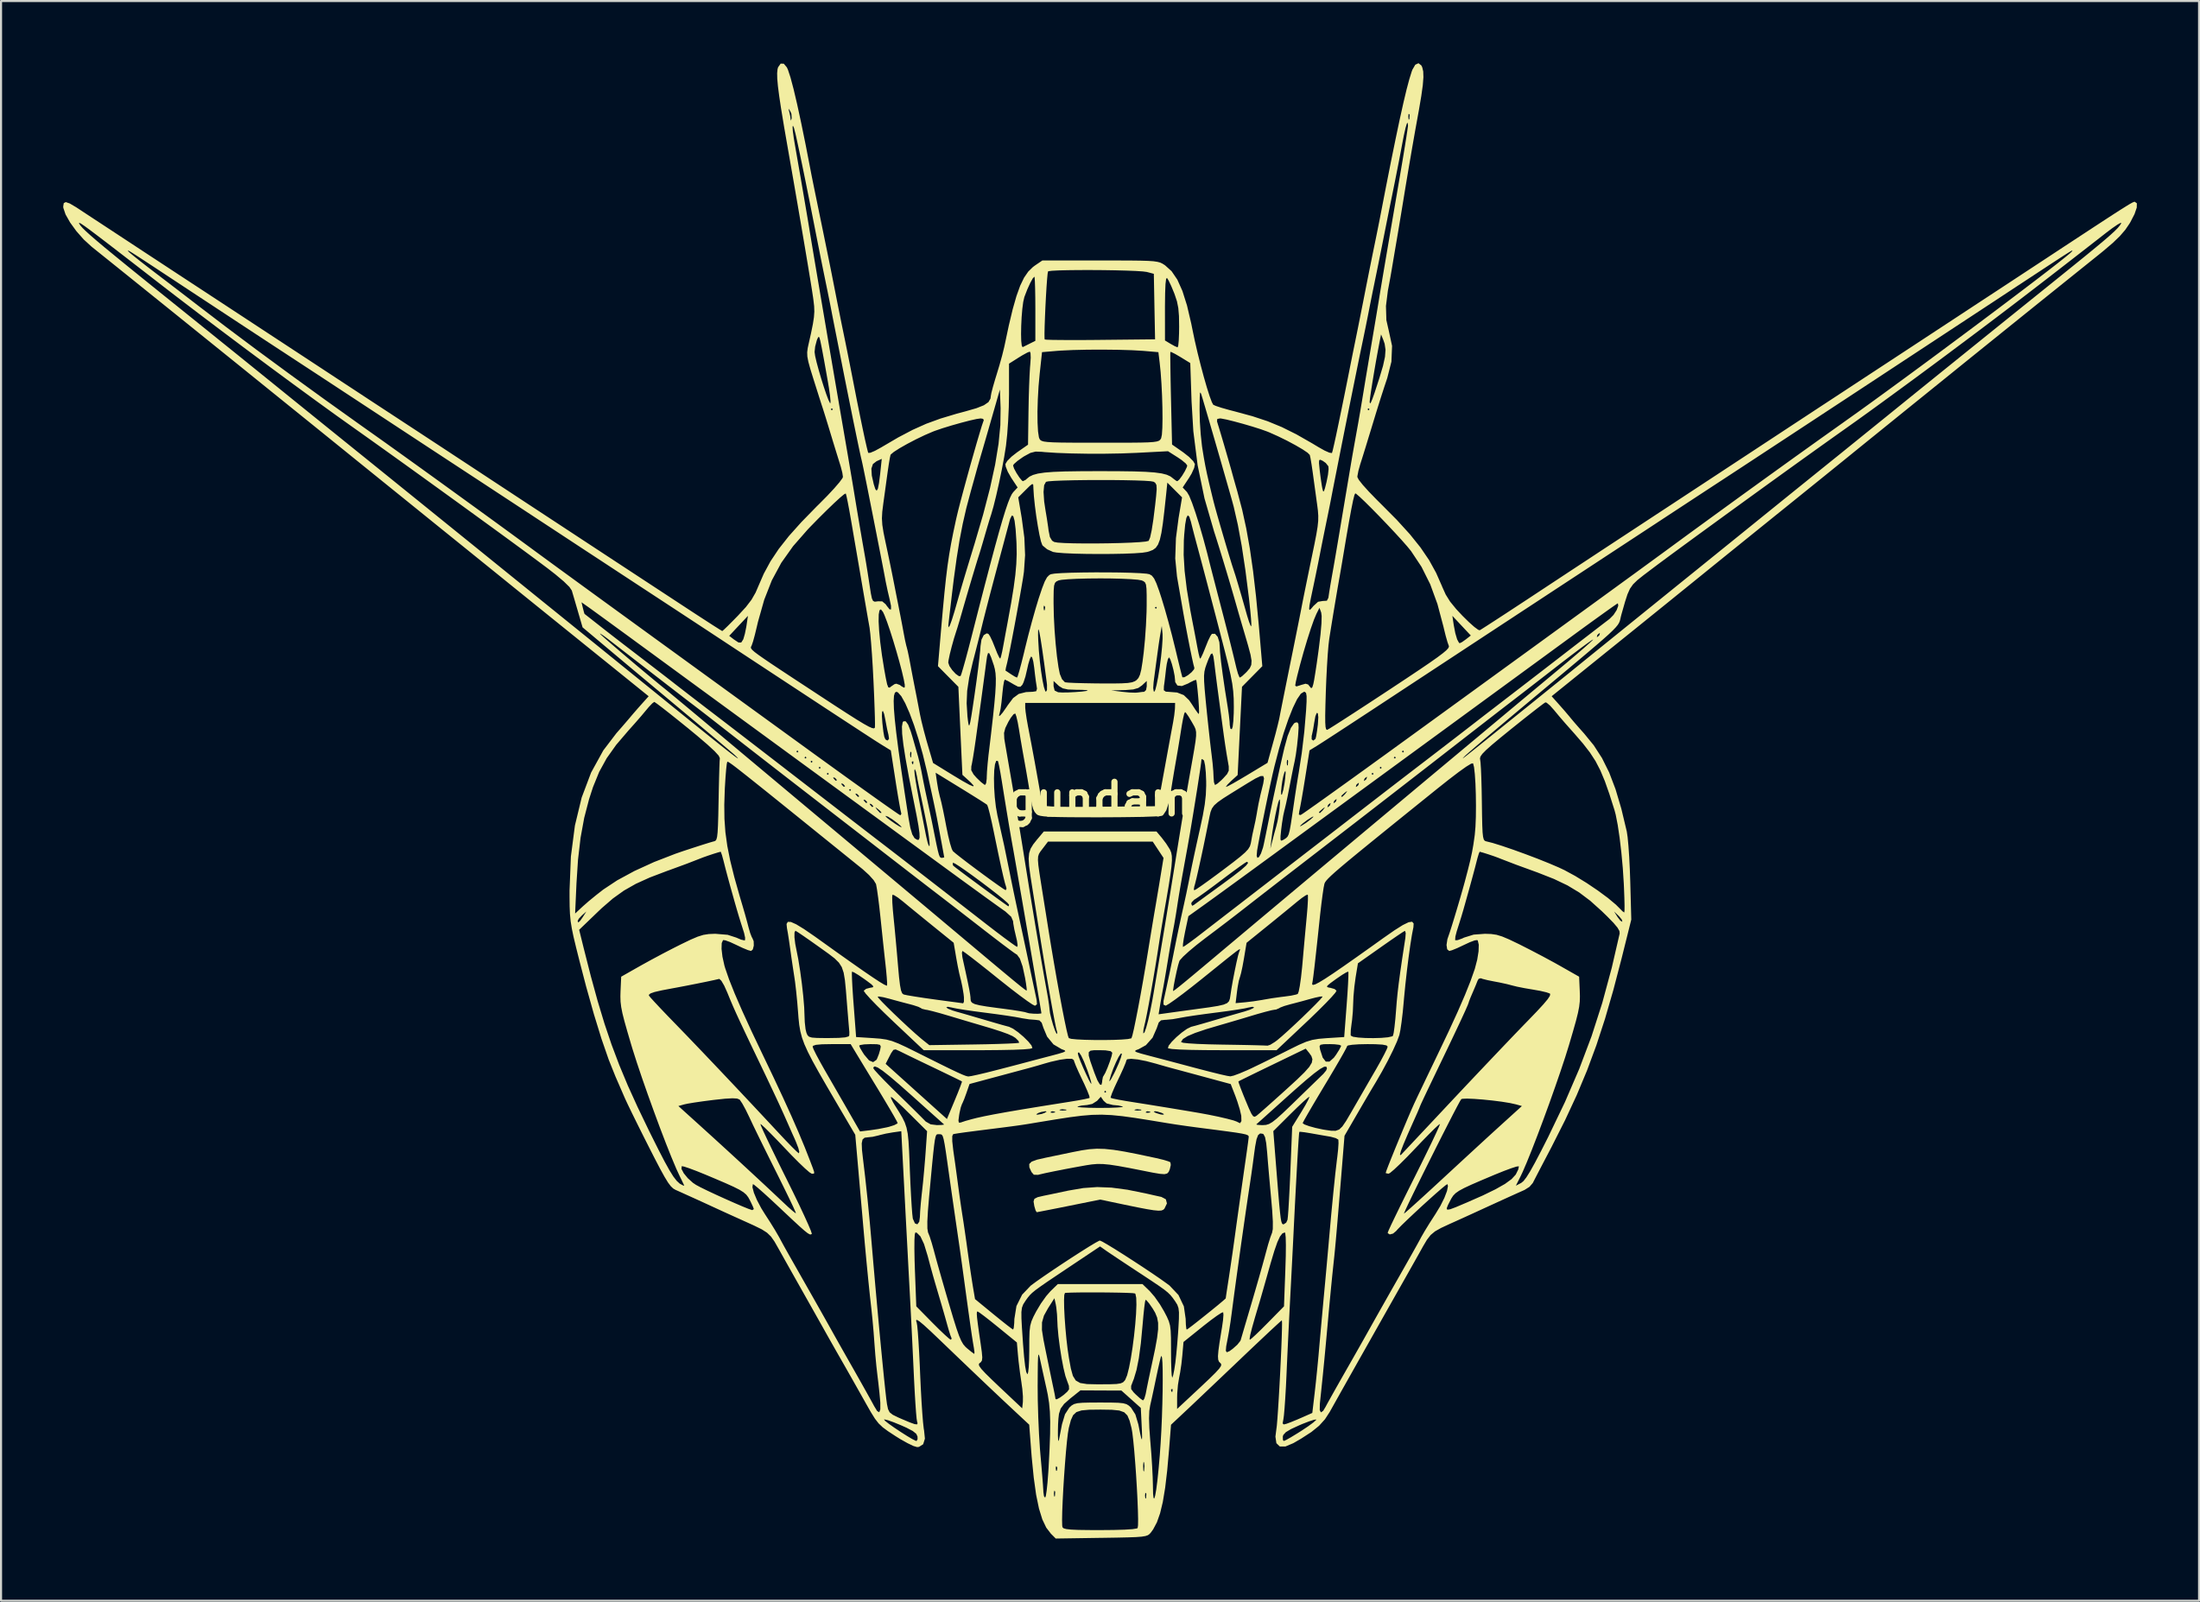
<source format=kicad_pcb>
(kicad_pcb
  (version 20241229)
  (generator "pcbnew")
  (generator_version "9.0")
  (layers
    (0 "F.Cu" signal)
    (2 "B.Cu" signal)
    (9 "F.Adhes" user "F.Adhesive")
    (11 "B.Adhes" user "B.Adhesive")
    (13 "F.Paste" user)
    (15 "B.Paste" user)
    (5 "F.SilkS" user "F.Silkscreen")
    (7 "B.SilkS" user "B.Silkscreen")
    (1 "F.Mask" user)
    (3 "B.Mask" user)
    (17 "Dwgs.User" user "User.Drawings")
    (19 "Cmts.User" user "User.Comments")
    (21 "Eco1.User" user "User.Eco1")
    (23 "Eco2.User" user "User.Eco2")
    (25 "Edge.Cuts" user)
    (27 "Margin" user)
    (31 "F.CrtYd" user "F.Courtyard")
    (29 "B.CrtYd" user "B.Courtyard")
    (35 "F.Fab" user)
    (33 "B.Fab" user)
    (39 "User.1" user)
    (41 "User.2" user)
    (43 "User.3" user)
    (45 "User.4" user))
  (footprint "gundam"
    (layer "F.Cu")
    (at 50.018 35.503)
    (property "Reference" "gundam" (at 0 0 0) (layer "F.SilkS") (effects (font (size 1.524 1.524) (thickness 0.3))))
    (attr board_only exclude_from_pos_files exclude_from_bom)
    (fp_poly (pts (xy 0.55 18.744) (xy 1.318 18.846) (xy 2.211 19.027) (xy 2.296 19.046) (xy 2.623 19.12) (xy 2.918 19.185) (xy 2.955 19.193) (xy 3.17 19.308) (xy 3.221 19.508) (xy 3.102 19.757) (xy 3.042 19.814) (xy 2.951 19.849) (xy 2.806 19.856) (xy 2.58 19.835) (xy 2.25 19.782) (xy 1.791 19.694) (xy 1.178 19.568) (xy 0.808 19.49) (xy 0.003 19.321) (xy -1.506 19.625) (xy -2.023 19.729) (xy -2.47 19.817) (xy -2.814 19.884) (xy -3.019 19.923) (xy -3.062 19.929) (xy -3.114 19.845) (xy -3.174 19.642) (xy -3.177 19.629) (xy -3.212 19.411) (xy -3.171 19.283) (xy -3.013 19.204) (xy -2.715 19.135) (xy -2.411 19.073) (xy -2 18.986) (xy -1.564 18.894) (xy -1.514 18.884) (xy -0.816 18.765) (xy -0.145 18.717)) (stroke (width 0) (type solid)) (fill yes) (layer "F.SilkS"))
    (fp_poly (pts (xy 0.221 16.877) (xy 0.652 16.922) (xy 1.169 17.005) (xy 1.804 17.129) (xy 2.592 17.296) (xy 2.711 17.321) (xy 3.038 17.4) (xy 3.284 17.474) (xy 3.388 17.521) (xy 3.407 17.652) (xy 3.36 17.855) (xy 3.306 17.985) (xy 3.231 18.064) (xy 3.102 18.095) (xy 2.881 18.079) (xy 2.536 18.021) (xy 2.1 17.934) (xy 1.41 17.798) (xy 0.876 17.7) (xy 0.463 17.637) (xy 0.135 17.606) (xy -0.143 17.603) (xy -0.405 17.625) (xy -0.659 17.663) (xy -1.178 17.756) (xy -1.712 17.856) (xy -2.213 17.955) (xy -2.634 18.042) (xy -2.927 18.11) (xy -2.996 18.128) (xy -3.199 18.122) (xy -3.313 17.991) (xy -3.415 17.766) (xy -3.421 17.607) (xy -3.306 17.491) (xy -3.047 17.396) (xy -2.619 17.299) (xy -2.589 17.293) (xy -2.247 17.222) (xy -1.805 17.13) (xy -1.354 17.036) (xy -1.319 17.029) (xy -0.895 16.946) (xy -0.519 16.891) (xy -0.159 16.867)) (stroke (width 0) (type solid)) (fill yes) (layer "F.SilkS"))
    (fp_poly (pts (xy 15.493 -35.396) (xy 15.538 -35.303) (xy 15.584 -35.105) (xy 15.593 -34.826) (xy 15.563 -34.441) (xy 15.491 -33.924) (xy 15.377 -33.25) (xy 15.335 -33.02) (xy 15.197 -32.258) (xy 15.041 -31.368) (xy 14.877 -30.413) (xy 14.717 -29.458) (xy 14.597 -28.722) (xy 14.512 -28.206) (xy 14.414 -27.616) (xy 14.322 -27.07) (xy 14.312 -27.012) (xy 14.231 -26.538) (xy 14.151 -26.064) (xy 14.085 -25.674) (xy 14.072 -25.595) (xy 13.997 -25.162) (xy 13.911 -24.699) (xy 13.879 -24.532) (xy 13.786 -23.789) (xy 13.806 -23.109) (xy 13.932 -22.555) (xy 14.081 -21.864) (xy 14.049 -21.103) (xy 13.851 -20.32) (xy 13.71 -19.898) (xy 13.54 -19.372) (xy 13.369 -18.828) (xy 13.287 -18.562) (xy 13.085 -17.898) (xy 12.93 -17.392) (xy 12.815 -17.013) (xy 12.728 -16.733) (xy 12.662 -16.52) (xy 12.607 -16.346) (xy 12.554 -16.18) (xy 12.542 -16.14) (xy 12.458 -15.841) (xy 12.411 -15.594) (xy 12.407 -15.537) (xy 12.476 -15.403) (xy 12.668 -15.16) (xy 12.964 -14.832) (xy 13.344 -14.44) (xy 13.54 -14.246) (xy 14.31 -13.471) (xy 14.94 -12.779) (xy 15.452 -12.141) (xy 15.867 -11.53) (xy 16.206 -10.915) (xy 16.49 -10.27) (xy 16.501 -10.241) (xy 16.669 -9.868) (xy 16.881 -9.528) (xy 17.176 -9.166) (xy 17.477 -8.844) (xy 17.783 -8.543) (xy 18.046 -8.309) (xy 18.234 -8.17) (xy 18.308 -8.145) (xy 18.413 -8.209) (xy 18.661 -8.367) (xy 19.03 -8.606) (xy 19.502 -8.913) (xy 20.054 -9.275) (xy 20.668 -9.678) (xy 21.004 -9.9) (xy 21.756 -10.396) (xy 22.561 -10.927) (xy 23.376 -11.463) (xy 24.157 -11.978) (xy 24.862 -12.441) (xy 25.447 -12.825) (xy 25.449 -12.827) (xy 25.999 -13.188) (xy 26.674 -13.632) (xy 27.439 -14.134) (xy 28.254 -14.67) (xy 29.083 -15.215) (xy 29.888 -15.744) (xy 30.236 -15.973) (xy 31.018 -16.487) (xy 31.841 -17.028) (xy 32.667 -17.571) (xy 33.459 -18.092) (xy 34.179 -18.565) (xy 34.791 -18.967) (xy 35.023 -19.119) (xy 35.927 -19.712) (xy 36.921 -20.365) (xy 37.979 -21.059) (xy 39.076 -21.779) (xy 40.184 -22.507) (xy 41.279 -23.226) (xy 42.334 -23.92) (xy 43.325 -24.57) (xy 44.224 -25.161) (xy 45.006 -25.675) (xy 45.525 -26.016) (xy 46.471 -26.639) (xy 47.268 -27.162) (xy 47.928 -27.595) (xy 48.464 -27.945) (xy 48.891 -28.223) (xy 49.222 -28.435) (xy 49.469 -28.59) (xy 49.645 -28.698) (xy 49.766 -28.766) (xy 49.842 -28.803) (xy 49.889 -28.818) (xy 49.906 -28.819) (xy 50.008 -28.744) (xy 50.002 -28.537) (xy 49.896 -28.226) (xy 49.695 -27.836) (xy 49.652 -27.764) (xy 49.445 -27.461) (xy 49.187 -27.162) (xy 48.846 -26.833) (xy 48.388 -26.443) (xy 48.158 -26.256) (xy 46.946 -25.283) (xy 45.767 -24.336) (xy 44.646 -23.434) (xy 43.609 -22.599) (xy 42.679 -21.849) (xy 42.008 -21.308) (xy 41.431 -20.842) (xy 40.802 -20.333) (xy 40.175 -19.827) (xy 39.606 -19.367) (xy 39.272 -19.098) (xy 38.818 -18.731) (xy 38.257 -18.277) (xy 37.633 -17.772) (xy 36.991 -17.253) (xy 36.375 -16.754) (xy 36.244 -16.647) (xy 35.582 -16.111) (xy 34.829 -15.502) (xy 34.045 -14.869) (xy 33.292 -14.261) (xy 32.63 -13.727) (xy 32.629 -13.727) (xy 32.045 -13.255) (xy 31.442 -12.769) (xy 30.861 -12.3) (xy 30.341 -11.88) (xy 29.922 -11.541) (xy 29.821 -11.459) (xy 29.314 -11.049) (xy 28.738 -10.582) (xy 28.173 -10.125) (xy 27.818 -9.838) (xy 27.437 -9.529) (xy 26.943 -9.13) (xy 26.377 -8.673) (xy 25.777 -8.188) (xy 25.182 -7.709) (xy 25.009 -7.569) (xy 24.449 -7.118) (xy 23.894 -6.67) (xy 23.377 -6.253) (xy 22.932 -5.894) (xy 22.592 -5.619) (xy 22.49 -5.537) (xy 21.779 -4.963) (xy 22.148 -4.549) (xy 22.393 -4.271) (xy 22.613 -4.012) (xy 22.705 -3.9) (xy 22.869 -3.704) (xy 23.11 -3.428) (xy 23.345 -3.164) (xy 23.809 -2.597) (xy 24.208 -1.979) (xy 24.554 -1.283) (xy 24.86 -0.479) (xy 25.14 0.463) (xy 25.403 1.563) (xy 25.443 1.835) (xy 25.483 2.259) (xy 25.52 2.793) (xy 25.55 3.394) (xy 25.57 3.957) (xy 25.62 5.813) (xy 25.157 7.669) (xy 24.755 9.21) (xy 24.353 10.599) (xy 23.935 11.879) (xy 23.485 13.093) (xy 22.988 14.282) (xy 22.426 15.491) (xy 21.785 16.761) (xy 21.712 16.901) (xy 21.454 17.393) (xy 21.222 17.837) (xy 21.034 18.199) (xy 20.908 18.444) (xy 20.868 18.522) (xy 20.71 18.705) (xy 20.471 18.856) (xy 20.19 18.981) (xy 19.764 19.173) (xy 19.226 19.418) (xy 18.61 19.7) (xy 18.268 19.857) (xy 17.928 20.013) (xy 17.487 20.214) (xy 17.024 20.423) (xy 16.87 20.492) (xy 16.446 20.689) (xy 16.153 20.854) (xy 15.942 21.03) (xy 15.764 21.259) (xy 15.57 21.586) (xy 15.514 21.688) (xy 15.387 21.915) (xy 15.185 22.275) (xy 14.927 22.732) (xy 14.635 23.25) (xy 14.358 23.739) (xy 13.642 25.005) (xy 13.018 26.111) (xy 12.479 27.065) (xy 12.021 27.878) (xy 11.638 28.558) (xy 11.326 29.115) (xy 11.078 29.558) (xy 11.075 29.564) (xy 10.845 29.918) (xy 10.562 30.232) (xy 10.188 30.535) (xy 9.689 30.858) (xy 9.32 31.072) (xy 8.938 31.233) (xy 8.664 31.232) (xy 8.501 31.073) (xy 8.454 30.756) (xy 8.455 30.753) (xy 8.81 30.753) (xy 8.816 30.921) (xy 8.859 30.968) (xy 8.971 30.919) (xy 9.206 30.786) (xy 9.523 30.593) (xy 9.708 30.476) (xy 10.035 30.258) (xy 10.281 30.077) (xy 10.413 29.96) (xy 10.425 29.931) (xy 10.318 29.943) (xy 10.078 30.021) (xy 9.748 30.149) (xy 9.607 30.209) (xy 9.205 30.394) (xy 8.959 30.541) (xy 8.837 30.673) (xy 8.81 30.753) (xy 8.455 30.753) (xy 8.498 30.413) (xy 8.522 30.229) (xy 8.531 30.12) (xy 8.802 30.12) (xy 8.857 30.17) (xy 8.984 30.139) (xy 9.195 30.061) (xy 9.501 29.936) (xy 9.718 29.842) (xy 10.234 29.614) (xy 10.347 28.655) (xy 10.406 28.128) (xy 10.47 27.504) (xy 10.53 26.881) (xy 10.557 26.572) (xy 10.603 26.045) (xy 10.661 25.399) (xy 10.724 24.709) (xy 10.784 24.05) (xy 10.795 23.935) (xy 10.855 23.29) (xy 10.918 22.6) (xy 10.977 21.94) (xy 11.027 21.384) (xy 11.034 21.297) (xy 11.147 20.035) (xy 11.251 18.956) (xy 11.344 18.063) (xy 11.426 17.36) (xy 11.439 17.266) (xy 11.479 16.897) (xy 11.498 16.603) (xy 11.491 16.438) (xy 11.486 16.425) (xy 11.364 16.356) (xy 11.128 16.291) (xy 11.066 16.28) (xy 10.748 16.226) (xy 10.356 16.157) (xy 10.165 16.123) (xy 9.869 16.075) (xy 9.665 16.051) (xy 9.607 16.054) (xy 9.594 16.156) (xy 9.573 16.434) (xy 9.545 16.865) (xy 9.512 17.431) (xy 9.474 18.11) (xy 9.432 18.883) (xy 9.388 19.728) (xy 9.343 20.627) (xy 9.32 21.102) (xy 9.3 21.506) (xy 9.272 22.054) (xy 9.239 22.692) (xy 9.204 23.369) (xy 9.174 23.935) (xy 9.134 24.712) (xy 9.09 25.598) (xy 9.046 26.507) (xy 9.007 27.353) (xy 8.99 27.745) (xy 8.961 28.354) (xy 8.928 28.912) (xy 8.895 29.384) (xy 8.864 29.733) (xy 8.838 29.924) (xy 8.837 29.929) (xy 8.802 30.12) (xy 8.531 30.12) (xy 8.55 29.894) (xy 8.582 29.441) (xy 8.616 28.901) (xy 8.65 28.304) (xy 8.683 27.681) (xy 8.713 27.064) (xy 8.739 26.484) (xy 8.758 25.971) (xy 8.77 25.557) (xy 8.774 25.273) (xy 8.766 25.15) (xy 8.764 25.147) (xy 8.691 25.207) (xy 8.495 25.385) (xy 8.194 25.664) (xy 7.807 26.028) (xy 7.351 26.458) (xy 6.845 26.939) (xy 6.783 26.999) (xy 6.226 27.529) (xy 5.676 28.052) (xy 5.16 28.542) (xy 4.707 28.972) (xy 4.343 29.317) (xy 4.12 29.526) (xy 3.418 30.185) (xy 3.324 31.383) (xy 3.234 32.393) (xy 3.135 33.229) (xy 3.022 33.91) (xy 2.891 34.457) (xy 2.738 34.891) (xy 2.557 35.231) (xy 2.446 35.385) (xy 2.381 35.457) (xy 2.303 35.513) (xy 2.186 35.553) (xy 2.003 35.583) (xy 1.729 35.604) (xy 1.339 35.618) (xy 0.807 35.63) (xy 0.106 35.641) (xy 0.061 35.641) (xy -2.142 35.674) (xy -2.376 35.44) (xy -2.599 35.15) (xy -2.78 34.771) (xy -1.837 34.771) (xy -1.831 35.04) (xy -1.818 35.127) (xy -1.766 35.179) (xy -1.637 35.216) (xy -1.407 35.242) (xy -1.052 35.258) (xy -0.546 35.265) (xy -0.009 35.267) (xy 0.65 35.261) (xy 1.179 35.246) (xy 1.558 35.221) (xy 1.77 35.188) (xy 1.808 35.168) (xy 1.827 35.032) (xy 1.831 34.735) (xy 1.821 34.31) (xy 1.8 33.791) (xy 1.791 33.606) (xy 2.165 33.606) (xy 2.18 33.745) (xy 2.214 33.728) (xy 2.227 33.528) (xy 2.214 33.484) (xy 2.178 33.472) (xy 2.165 33.606) (xy 1.791 33.606) (xy 1.77 33.211) (xy 1.733 32.604) (xy 1.704 32.19) (xy 2.076 32.19) (xy 2.084 32.391) (xy 2.106 32.443) (xy 2.119 32.411) (xy 2.137 32.176) (xy 2.121 32.02) (xy 2.095 31.966) (xy 2.079 32.083) (xy 2.076 32.19) (xy 1.704 32.19) (xy 1.69 32.004) (xy 1.645 31.443) (xy 1.598 30.955) (xy 1.553 30.575) (xy 1.514 30.349) (xy 1.42 29.987) (xy 1.315 29.739) (xy 1.16 29.583) (xy 0.921 29.497) (xy 0.562 29.462) (xy 0.046 29.454) (xy 0 29.454) (xy -0.529 29.46) (xy -0.899 29.493) (xy -1.146 29.574) (xy -1.305 29.724) (xy -1.413 29.963) (xy -1.506 30.315) (xy -1.513 30.344) (xy -1.556 30.599) (xy -1.602 30.994) (xy -1.65 31.495) (xy -1.696 32.065) (xy -1.74 32.673) (xy -1.778 33.281) (xy -1.808 33.857) (xy -1.829 34.365) (xy -1.837 34.771) (xy -2.78 34.771) (xy -2.789 34.752) (xy -2.951 34.228) (xy -3.088 33.564) (xy -3.203 32.741) (xy -3.302 31.744) (xy -3.327 31.429) (xy -3.422 30.181) (xy -4.127 29.524) (xy -4.704 28.984) (xy -5.39 28.336) (xy -6.155 27.608) (xy -6.97 26.829) (xy -7.723 26.106) (xy -8.175 25.675) (xy -8.504 25.374) (xy -8.722 25.193) (xy -8.843 25.122) (xy -8.88 25.151) (xy -8.848 25.265) (xy -8.823 25.412) (xy -8.794 25.724) (xy -8.762 26.172) (xy -8.73 26.725) (xy -8.699 27.354) (xy -8.683 27.745) (xy -8.652 28.421) (xy -8.617 29.056) (xy -8.58 29.614) (xy -8.544 30.063) (xy -8.51 30.368) (xy -8.494 30.458) (xy -8.453 30.855) (xy -8.537 31.125) (xy -8.739 31.253) (xy -8.83 31.262) (xy -9.006 31.21) (xy -9.295 31.071) (xy -9.653 30.87) (xy -9.89 30.721) (xy -10.236 30.494) (xy -10.489 30.307) (xy -10.686 30.12) (xy -10.833 29.931) (xy -10.425 29.931) (xy -10.371 29.999) (xy -10.191 30.14) (xy -9.929 30.326) (xy -9.626 30.528) (xy -9.324 30.72) (xy -9.067 30.873) (xy -8.895 30.959) (xy -8.859 30.968) (xy -8.808 30.887) (xy -8.81 30.753) (xy -8.872 30.621) (xy -9.04 30.486) (xy -9.345 30.326) (xy -9.607 30.209) (xy -9.959 30.065) (xy -10.239 29.966) (xy -10.403 29.927) (xy -10.425 29.931) (xy -10.833 29.931) (xy -10.863 29.892) (xy -11.058 29.58) (xy -11.307 29.143) (xy -11.339 29.085) (xy -11.635 28.559) (xy -11.957 27.989) (xy -12.261 27.453) (xy -12.457 27.11) (xy -12.701 26.683) (xy -12.938 26.266) (xy -13.132 25.922) (xy -13.206 25.791) (xy -13.333 25.564) (xy -13.536 25.203) (xy -13.793 24.746) (xy -14.085 24.228) (xy -14.361 23.739) (xy -14.666 23.198) (xy -14.955 22.685) (xy -15.208 22.235) (xy -15.403 21.886) (xy -15.514 21.688) (xy -15.709 21.346) (xy -15.88 21.102) (xy -16.071 20.918) (xy -16.326 20.755) (xy -16.691 20.576) (xy -16.968 20.45) (xy -17.399 20.255) (xy -17.796 20.076) (xy -18.105 19.935) (xy -18.237 19.875) (xy -18.674 19.674) (xy -19.152 19.454) (xy -19.624 19.239) (xy -20.042 19.05) (xy -20.358 18.907) (xy -20.481 18.853) (xy -20.594 18.787) (xy -20.711 18.676) (xy -20.844 18.499) (xy -21.008 18.231) (xy -21.218 17.851) (xy -21.487 17.336) (xy -21.756 16.808) (xy -22.055 16.215) (xy -22.337 15.649) (xy -22.585 15.145) (xy -22.782 14.738) (xy -22.912 14.46) (xy -22.934 14.41) (xy -23.101 14.025) (xy -23.289 13.593) (xy -23.38 13.384) (xy -23.708 12.565) (xy -24.055 11.562) (xy -24.419 10.381) (xy -24.798 9.031) (xy -25.114 7.815) (xy -25.278 7.162) (xy -25.4 6.653) (xy -25.473 6.305) (xy -25.131 6.305) (xy -24.914 7.183) (xy -24.57 8.537) (xy -24.24 9.739) (xy -23.911 10.828) (xy -23.568 11.844) (xy -23.197 12.828) (xy -22.783 13.82) (xy -22.311 14.859) (xy -21.768 15.987) (xy -21.664 16.197) (xy -21.305 16.915) (xy -21.015 17.475) (xy -20.78 17.899) (xy -20.589 18.206) (xy -20.427 18.416) (xy -20.281 18.551) (xy -20.139 18.63) (xy -20.061 18.655) (xy -20.093 18.579) (xy -20.189 18.378) (xy -20.279 18.195) (xy -20.441 17.844) (xy -20.195 17.844) (xy -20.085 18.052) (xy -19.892 18.288) (xy -19.649 18.508) (xy -19.497 18.611) (xy -19.274 18.73) (xy -18.939 18.894) (xy -18.531 19.085) (xy -18.091 19.285) (xy -17.658 19.477) (xy -17.272 19.643) (xy -16.972 19.765) (xy -16.799 19.825) (xy -16.779 19.829) (xy -16.705 19.78) (xy -16.705 19.779) (xy -16.746 19.667) (xy -16.848 19.449) (xy -16.896 19.352) (xy -16.977 19.207) (xy -17.071 19.083) (xy -17.204 18.968) (xy -17.401 18.845) (xy -17.688 18.701) (xy -18.09 18.52) (xy -18.633 18.288) (xy -19.03 18.121) (xy -19.457 17.948) (xy -19.816 17.813) (xy -20.07 17.729) (xy -20.184 17.709) (xy -20.185 17.71) (xy -20.195 17.844) (xy -20.441 17.844) (xy -20.459 17.803) (xy -20.687 17.259) (xy -20.95 16.598) (xy -21.235 15.853) (xy -21.529 15.058) (xy -21.619 14.808) (xy -20.345 14.808) (xy -19.331 15.725) (xy -18.706 16.292) (xy -18.039 16.901) (xy -17.362 17.523) (xy -16.709 18.127) (xy -16.113 18.681) (xy -15.607 19.156) (xy -15.339 19.409) (xy -15.056 19.673) (xy -14.831 19.871) (xy -14.697 19.975) (xy -14.675 19.983) (xy -14.708 19.891) (xy -14.817 19.649) (xy -14.99 19.284) (xy -15.216 18.821) (xy -15.481 18.284) (xy -15.617 18.011) (xy -15.926 17.392) (xy -16.228 16.783) (xy -16.503 16.222) (xy -16.733 15.748) (xy -16.898 15.399) (xy -16.927 15.337) (xy -17.1 14.982) (xy -17.26 14.69) (xy -17.378 14.513) (xy -17.399 14.492) (xy -17.517 14.446) (xy -17.739 14.434) (xy -18.093 14.454) (xy -18.608 14.509) (xy -18.659 14.515) (xy -19.136 14.576) (xy -19.567 14.638) (xy -19.899 14.693) (xy -20.064 14.729) (xy -20.345 14.808) (xy -21.619 14.808) (xy -21.821 14.248) (xy -22.098 13.457) (xy -22.346 12.719) (xy -22.554 12.068) (xy -22.614 11.87) (xy -22.805 11.22) (xy -22.946 10.721) (xy -23.043 10.338) (xy -23.103 10.035) (xy -23.134 9.777) (xy -23.142 9.529) (xy -23.14 9.44) (xy -21.767 9.44) (xy -21.766 9.478) (xy -21.692 9.572) (xy -21.502 9.781) (xy -21.221 10.082) (xy -20.87 10.45) (xy -20.515 10.816) (xy -19.896 11.456) (xy -19.176 12.208) (xy -18.386 13.039) (xy -17.558 13.915) (xy -16.723 14.803) (xy -15.913 15.67) (xy -15.481 16.135) (xy -15.15 16.487) (xy -14.866 16.78) (xy -14.654 16.988) (xy -14.542 17.084) (xy -14.534 17.088) (xy -14.513 17.016) (xy -14.56 16.83) (xy -14.561 16.828) (xy -14.666 16.555) (xy -14.748 16.363) (xy -14.839 16.163) (xy -14.97 15.866) (xy -15.052 15.68) (xy -15.269 15.19) (xy -15.509 14.663) (xy -15.79 14.063) (xy -16.126 13.353) (xy -16.462 12.651) (xy -16.831 11.882) (xy -17.126 11.261) (xy -17.362 10.759) (xy -17.551 10.349) (xy -17.706 10.002) (xy -17.839 9.69) (xy -17.964 9.385) (xy -17.986 9.33) (xy -18.134 9.001) (xy -18.269 8.769) (xy -18.367 8.675) (xy -18.377 8.675) (xy -18.627 8.732) (xy -19.013 8.814) (xy -19.478 8.908) (xy -19.967 9.004) (xy -20.422 9.091) (xy -20.629 9.129) (xy -21.144 9.226) (xy -21.489 9.305) (xy -21.689 9.374) (xy -21.767 9.44) (xy -23.14 9.44) (xy -23.135 9.255) (xy -23.134 9.242) (xy -23.104 8.568) (xy -22.176 8.041) (xy -21.671 7.762) (xy -21.082 7.447) (xy -20.657 7.227) (xy -18.263 7.227) (xy -18.219 7.603) (xy -18.126 8.024) (xy -18.087 8.157) (xy -17.899 8.702) (xy -17.627 9.384) (xy -17.268 10.212) (xy -16.819 11.193) (xy -16.311 12.26) (xy -15.761 13.41) (xy -15.291 14.414) (xy -14.89 15.296) (xy -14.546 16.083) (xy -14.247 16.802) (xy -13.983 17.476) (xy -13.979 17.487) (xy -13.858 17.805) (xy -13.798 17.982) (xy -13.796 18.057) (xy -13.845 18.074) (xy -13.913 18.073) (xy -14.023 18.005) (xy -14.24 17.816) (xy -14.54 17.53) (xy -14.897 17.17) (xy -15.2 16.852) (xy -15.578 16.456) (xy -15.908 16.118) (xy -16.168 15.861) (xy -16.336 15.707) (xy -16.39 15.673) (xy -16.358 15.768) (xy -16.249 16.015) (xy -16.073 16.392) (xy -15.84 16.879) (xy -15.561 17.453) (xy -15.246 18.091) (xy -15.136 18.311) (xy -14.812 18.968) (xy -14.522 19.568) (xy -14.277 20.09) (xy -14.086 20.511) (xy -13.96 20.809) (xy -13.909 20.962) (xy -13.91 20.977) (xy -13.953 21.004) (xy -14.014 20.997) (xy -14.114 20.939) (xy -14.271 20.814) (xy -14.504 20.608) (xy -14.832 20.305) (xy -15.276 19.888) (xy -15.48 19.695) (xy -15.882 19.32) (xy -16.234 18.999) (xy -16.512 18.755) (xy -16.692 18.608) (xy -16.751 18.575) (xy -16.773 18.723) (xy -16.702 18.993) (xy -16.555 19.344) (xy -16.348 19.737) (xy -16.171 20.022) (xy -15.923 20.405) (xy -15.688 20.785) (xy -15.511 21.089) (xy -15.489 21.128) (xy -15.407 21.28) (xy -15.328 21.426) (xy -15.238 21.59) (xy -15.123 21.795) (xy -14.971 22.066) (xy -14.766 22.427) (xy -14.497 22.901) (xy -14.149 23.515) (xy -14.021 23.739) (xy -13.728 24.256) (xy -13.447 24.753) (xy -13.202 25.188) (xy -13.016 25.52) (xy -12.947 25.644) (xy -12.805 25.899) (xy -12.59 26.281) (xy -12.326 26.748) (xy -12.036 27.259) (xy -11.871 27.549) (xy -11.589 28.048) (xy -11.329 28.511) (xy -11.112 28.9) (xy -10.958 29.18) (xy -10.903 29.283) (xy -10.755 29.526) (xy -10.655 29.58) (xy -10.604 29.446) (xy -10.604 29.126) (xy -10.61 29.039) (xy -10.648 28.63) (xy -10.701 28.148) (xy -10.744 27.793) (xy -10.794 27.357) (xy -10.844 26.829) (xy -10.884 26.311) (xy -10.89 26.23) (xy -10.929 25.704) (xy -10.98 25.13) (xy -11.032 24.622) (xy -11.038 24.57) (xy -11.107 23.954) (xy -11.186 23.188) (xy -11.271 22.316) (xy -11.358 21.382) (xy -11.431 20.564) (xy -11.469 20.121) (xy -11.52 19.544) (xy -11.577 18.893) (xy -11.635 18.228) (xy -11.664 17.891) (xy -11.777 16.607) (xy -11.501 16.607) (xy -11.489 16.922) (xy -11.444 17.322) (xy -11.335 18.237) (xy -11.222 19.288) (xy -11.112 20.418) (xy -11.03 21.346) (xy -10.938 22.416) (xy -10.845 23.478) (xy -10.752 24.51) (xy -10.662 25.493) (xy -10.576 26.405) (xy -10.496 27.227) (xy -10.425 27.937) (xy -10.364 28.516) (xy -10.316 28.941) (xy -10.282 29.194) (xy -10.28 29.202) (xy -10.232 29.431) (xy -10.155 29.584) (xy -10.005 29.703) (xy -9.738 29.834) (xy -9.573 29.906) (xy -9.186 30.069) (xy -8.949 30.154) (xy -8.832 30.167) (xy -8.807 30.112) (xy -8.831 30.031) (xy -8.853 29.891) (xy -8.881 29.587) (xy -8.912 29.149) (xy -8.945 28.608) (xy -8.977 27.996) (xy -8.988 27.76) (xy -9.025 26.979) (xy -9.066 26.117) (xy -9.109 25.245) (xy -9.151 24.435) (xy -9.182 23.837) (xy -9.243 22.707) (xy -9.296 21.696) (xy -8.961 21.696) (xy -8.951 22.259) (xy -8.937 22.689) (xy -8.869 24.472) (xy -8.076 25.278) (xy -7.756 25.596) (xy -7.483 25.855) (xy -7.288 26.027) (xy -7.201 26.084) (xy -7.161 26.024) (xy -7.173 25.999) (xy -7.226 25.863) (xy -7.307 25.604) (xy -7.369 25.388) (xy -7.433 25.157) (xy -7.497 24.93) (xy -7.572 24.669) (xy -7.669 24.336) (xy -7.8 23.891) (xy -7.967 23.324) (xy -8.068 22.971) (xy -8.192 22.52) (xy -8.313 22.066) (xy -8.323 22.03) (xy -8.495 21.468) (xy -8.669 21.098) (xy -8.843 20.922) (xy -8.913 20.906) (xy -8.942 21) (xy -8.958 21.27) (xy -8.961 21.696) (xy -9.296 21.696) (xy -9.31 21.436) (xy -9.382 20.079) (xy -9.454 18.69) (xy -9.526 17.324) (xy -9.534 17.17) (xy -9.593 16.022) (xy -9.999 16.079) (xy -10.337 16.138) (xy -10.645 16.212) (xy -10.687 16.225) (xy -10.974 16.292) (xy -11.195 16.315) (xy -11.362 16.336) (xy -11.462 16.423) (xy -11.501 16.607) (xy -11.777 16.607) (xy -11.813 16.195) (xy -12.738 14.618) (xy -13.202 13.824) (xy -13.577 13.172) (xy -13.872 12.639) (xy -14.097 12.2) (xy -14.213 11.943) (xy -13.87 11.943) (xy -13.823 12.071) (xy -13.696 12.33) (xy -13.507 12.681) (xy -13.278 13.089) (xy -13.276 13.091) (xy -12.97 13.622) (xy -12.628 14.216) (xy -12.301 14.784) (xy -12.134 15.075) (xy -11.584 16.034) (xy -11.092 15.975) (xy -10.697 15.916) (xy -10.299 15.837) (xy -10.184 15.81) (xy -9.933 15.73) (xy -9.786 15.653) (xy -9.769 15.628) (xy -9.818 15.525) (xy -9.953 15.282) (xy -10.158 14.929) (xy -10.418 14.491) (xy -10.496 14.361) (xy -10.09 14.361) (xy -10.086 14.434) (xy -9.994 14.62) (xy -9.912 14.758) (xy -9.701 15.093) (xy -9.54 15.365) (xy -9.422 15.607) (xy -9.339 15.854) (xy -9.282 16.142) (xy -9.244 16.505) (xy -9.216 16.978) (xy -9.191 17.596) (xy -9.179 17.929) (xy -9.152 18.559) (xy -9.122 19.137) (xy -9.092 19.63) (xy -9.064 20.002) (xy -9.039 20.222) (xy -9.033 20.249) (xy -8.934 20.47) (xy -8.818 20.514) (xy -8.726 20.39) (xy -8.724 20.375) (xy -8.336 20.375) (xy -8.334 20.715) (xy -8.303 20.905) (xy -8.294 20.924) (xy -8.222 21.106) (xy -8.123 21.417) (xy -8.017 21.794) (xy -7.999 21.864) (xy -7.907 22.205) (xy -7.772 22.686) (xy -7.608 23.261) (xy -7.428 23.884) (xy -7.27 24.423) (xy -7.08 25.061) (xy -6.929 25.54) (xy -6.807 25.888) (xy -6.702 26.132) (xy -6.603 26.303) (xy -6.496 26.428) (xy -6.421 26.496) (xy -6.219 26.661) (xy -6.089 26.756) (xy -6.07 26.765) (xy -6.063 26.682) (xy -6.091 26.475) (xy -6.101 26.418) (xy -6.137 26.205) (xy -6.188 25.88) (xy -6.254 25.428) (xy -6.337 24.836) (xy -5.95 24.836) (xy -5.937 25.024) (xy -5.899 25.333) (xy -5.836 25.787) (xy -5.764 26.276) (xy -5.708 26.681) (xy -5.686 26.937) (xy -5.702 27.085) (xy -5.757 27.169) (xy -5.808 27.204) (xy -5.854 27.259) (xy -5.834 27.348) (xy -5.732 27.491) (xy -5.531 27.708) (xy -5.214 28.019) (xy -4.868 28.349) (xy -3.761 29.392) (xy -3.727 29.081) (xy -3.725 28.819) (xy -3.755 28.452) (xy -3.779 28.282) (xy -3.015 28.282) (xy -3.009 29.006) (xy -2.986 29.812) (xy -2.95 30.619) (xy -2.904 31.344) (xy -2.883 31.603) (xy -2.834 32.156) (xy -2.792 32.658) (xy -2.76 33.07) (xy -2.742 33.35) (xy -2.738 33.435) (xy -2.71 33.63) (xy -2.653 33.704) (xy -2.619 33.612) (xy -2.603 33.508) (xy -2.231 33.508) (xy -2.216 33.647) (xy -2.182 33.631) (xy -2.169 33.431) (xy -2.182 33.386) (xy -2.218 33.374) (xy -2.231 33.508) (xy -2.603 33.508) (xy -2.58 33.358) (xy -2.54 32.976) (xy -2.503 32.499) (xy -2.489 32.279) (xy -2.142 32.279) (xy -2.124 32.406) (xy -2.09 32.407) (xy -2.067 32.277) (xy -2.082 32.22) (xy -2.126 32.183) (xy -2.142 32.279) (xy -2.489 32.279) (xy -2.485 32.214) (xy -2.44 31.339) (xy -2.414 30.625) (xy -2.413 30.457) (xy -2.037 30.457) (xy -2.037 30.718) (xy -2.027 30.905) (xy -2.01 30.976) (xy -1.989 30.92) (xy -1.949 30.718) (xy -1.888 30.405) (xy -1.841 30.162) (xy -1.696 29.679) (xy -1.488 29.357) (xy -1.377 29.256) (xy -1.259 29.187) (xy -1.096 29.145) (xy -0.848 29.123) (xy -0.478 29.114) (xy 0 29.112) (xy 0.515 29.114) (xy 0.873 29.124) (xy 1.112 29.148) (xy 1.271 29.192) (xy 1.386 29.263) (xy 1.488 29.357) (xy 1.699 29.686) (xy 1.841 30.162) (xy 1.928 30.597) (xy 1.984 30.842) (xy 2.015 30.898) (xy 2.023 30.768) (xy 2.013 30.454) (xy 2.003 30.244) (xy 1.985 29.87) (xy 2.357 29.87) (xy 2.372 30.337) (xy 2.417 30.956) (xy 2.425 31.044) (xy 2.471 31.616) (xy 2.508 32.194) (xy 2.534 32.712) (xy 2.545 33.104) (xy 2.545 33.118) (xy 2.553 33.509) (xy 2.576 33.715) (xy 2.61 33.744) (xy 2.653 33.607) (xy 2.705 33.312) (xy 2.762 32.868) (xy 2.822 32.285) (xy 2.876 31.661) (xy 2.917 31.081) (xy 2.952 30.459) (xy 2.98 29.819) (xy 2.992 29.422) (xy 3.712 29.422) (xy 4.835 28.374) (xy 5.26 27.973) (xy 5.556 27.682) (xy 5.741 27.48) (xy 5.83 27.347) (xy 5.841 27.262) (xy 5.799 27.209) (xy 5.732 27.142) (xy 5.693 27.041) (xy 5.683 26.874) (xy 5.704 26.617) (xy 6.062 26.617) (xy 6.111 26.688) (xy 6.238 26.634) (xy 6.395 26.52) (xy 6.616 26.323) (xy 6.759 26.144) (xy 6.779 26.1) (xy 6.797 26.037) (xy 7.208 26.037) (xy 7.22 26.084) (xy 7.309 26.018) (xy 7.505 25.84) (xy 7.777 25.577) (xy 8.075 25.278) (xy 8.868 24.472) (xy 8.934 22.689) (xy 8.954 22.034) (xy 8.959 21.513) (xy 8.95 21.143) (xy 8.928 20.94) (xy 8.908 20.906) (xy 8.792 20.952) (xy 8.675 21.102) (xy 8.547 21.378) (xy 8.4 21.8) (xy 8.224 22.388) (xy 8.176 22.557) (xy 8.028 23.082) (xy 7.887 23.578) (xy 7.767 23.996) (xy 7.683 24.287) (xy 7.671 24.325) (xy 7.469 25.005) (xy 7.326 25.509) (xy 7.24 25.85) (xy 7.208 26.037) (xy 6.797 26.037) (xy 6.821 25.956) (xy 6.908 25.659) (xy 7.031 25.242) (xy 7.179 24.74) (xy 7.315 24.277) (xy 7.492 23.671) (xy 7.666 23.067) (xy 7.821 22.517) (xy 7.944 22.071) (xy 7.999 21.864) (xy 8.104 21.482) (xy 8.205 21.157) (xy 8.281 20.95) (xy 8.291 20.93) (xy 8.328 20.744) (xy 8.33 20.381) (xy 8.298 19.836) (xy 8.255 19.337) (xy 8.2 18.739) (xy 8.145 18.122) (xy 8.096 17.555) (xy 8.06 17.106) (xy 8.057 17.065) (xy 8.011 16.604) (xy 7.955 16.314) (xy 7.881 16.17) (xy 7.848 16.148) (xy 7.718 16.13) (xy 7.621 16.208) (xy 7.544 16.408) (xy 7.477 16.759) (xy 7.43 17.096) (xy 7.365 17.585) (xy 7.294 18.096) (xy 7.23 18.528) (xy 7.225 18.562) (xy 7.139 19.126) (xy 7.035 19.831) (xy 6.92 20.631) (xy 6.798 21.483) (xy 6.678 22.342) (xy 6.564 23.163) (xy 6.463 23.903) (xy 6.382 24.516) (xy 6.35 24.765) (xy 6.289 25.212) (xy 6.22 25.653) (xy 6.158 25.997) (xy 6.154 26.015) (xy 6.08 26.4) (xy 6.062 26.617) (xy 5.704 26.617) (xy 5.704 26.613) (xy 5.757 26.229) (xy 5.843 25.692) (xy 5.88 25.473) (xy 5.928 25.134) (xy 5.947 24.877) (xy 5.934 24.756) (xy 5.933 24.755) (xy 5.84 24.791) (xy 5.627 24.929) (xy 5.326 25.149) (xy 4.968 25.428) (xy 4.948 25.445) (xy 4.02 26.191) (xy 3.963 26.846) (xy 3.918 27.263) (xy 3.857 27.67) (xy 3.809 27.917) (xy 3.752 28.268) (xy 3.717 28.685) (xy 3.712 28.878) (xy 3.712 29.422) (xy 2.992 29.422) (xy 3 29.184) (xy 3.013 28.58) (xy 3.014 28.526) (xy 3.419 28.526) (xy 3.455 28.607) (xy 3.484 28.591) (xy 3.496 28.475) (xy 3.484 28.461) (xy 3.426 28.474) (xy 3.419 28.526) (xy 3.014 28.526) (xy 3.018 28.03) (xy 3.016 27.559) (xy 3.005 27.191) (xy 2.985 26.949) (xy 2.957 26.859) (xy 2.928 26.914) (xy 2.869 27.151) (xy 2.788 27.508) (xy 2.701 27.917) (xy 2.686 27.989) (xy 2.593 28.433) (xy 2.499 28.87) (xy 2.422 29.213) (xy 2.416 29.237) (xy 2.371 29.515) (xy 2.357 29.87) (xy 1.985 29.87) (xy 1.961 29.373) (xy 1.026 28.535) (xy 0.037 28.531) (xy -0.951 28.526) (xy -1.439 28.915) (xy -1.737 29.177) (xy -1.905 29.404) (xy -1.985 29.653) (xy -1.988 29.672) (xy -2.013 29.89) (xy -2.03 30.167) (xy -2.037 30.457) (xy -2.413 30.457) (xy -2.409 30.041) (xy -2.425 29.553) (xy -2.464 29.129) (xy -2.526 28.737) (xy -2.58 28.477) (xy -2.684 28.01) (xy -2.791 27.524) (xy -2.878 27.122) (xy -2.881 27.11) (xy -2.925 26.912) (xy -2.957 26.805) (xy -2.98 26.806) (xy -2.995 26.933) (xy -3.005 27.203) (xy -3.01 27.632) (xy -3.014 28.239) (xy -3.015 28.282) (xy -3.779 28.282) (xy -3.799 28.135) (xy -3.868 27.665) (xy -3.932 27.146) (xy -3.961 26.857) (xy -4.017 26.214) (xy -4.935 25.465) (xy -5.294 25.176) (xy -5.598 24.939) (xy -5.816 24.778) (xy -5.916 24.716) (xy -5.916 24.716) (xy -5.943 24.742) (xy -5.95 24.836) (xy -6.337 24.836) (xy -6.338 24.833) (xy -6.442 24.079) (xy -6.569 23.149) (xy -6.595 22.958) (xy -6.66 22.484) (xy -6.722 22.039) (xy -6.772 21.686) (xy -6.793 21.541) (xy -6.979 20.267) (xy -7.161 19.005) (xy -7.28 18.171) (xy -7.374 17.501) (xy -7.446 17) (xy -7.503 16.643) (xy -7.55 16.406) (xy -7.592 16.265) (xy -7.597 16.258) (xy -7.134 16.258) (xy -7.134 16.505) (xy -7.088 16.922) (xy -7.069 17.062) (xy -6.994 17.584) (xy -6.916 18.156) (xy -6.848 18.663) (xy -6.842 18.708) (xy -6.778 19.18) (xy -6.707 19.67) (xy -6.646 20.072) (xy -6.645 20.076) (xy -6.591 20.421) (xy -6.522 20.89) (xy -6.447 21.413) (xy -6.396 21.785) (xy -6.322 22.308) (xy -6.246 22.829) (xy -6.177 23.278) (xy -6.139 23.515) (xy -6.036 24.122) (xy -5.143 24.855) (xy -4.79 25.141) (xy -4.494 25.376) (xy -4.286 25.534) (xy -4.198 25.592) (xy -4.167 25.506) (xy -4.145 25.281) (xy -4.138 25.081) (xy -4.084 24.745) (xy -3.799 24.745) (xy -3.797 25.051) (xy -3.774 25.48) (xy -3.72 26.286) (xy -3.669 26.907) (xy -3.619 27.35) (xy -3.569 27.624) (xy -3.519 27.74) (xy -3.506 27.745) (xy -3.473 27.653) (xy -3.445 27.404) (xy -3.427 27.033) (xy -3.419 26.58) (xy -3.419 26.545) (xy -3.417 26.038) (xy -3.405 25.677) (xy -3.397 25.612) (xy -2.808 25.612) (xy -2.734 26.084) (xy -2.645 26.53) (xy -2.531 27.085) (xy -2.411 27.667) (xy -2.302 28.192) (xy -2.252 28.428) (xy -2.194 28.709) (xy -2.159 28.906) (xy -2.153 28.948) (xy -2.087 28.955) (xy -1.933 28.87) (xy -1.746 28.734) (xy -1.582 28.586) (xy -1.499 28.474) (xy -1.507 28.311) (xy 1.494 28.311) (xy 1.496 28.464) (xy 1.611 28.617) (xy 1.716 28.723) (xy 1.911 28.9) (xy 2.049 29.001) (xy 2.072 29.009) (xy 2.131 28.927) (xy 2.192 28.717) (xy 2.206 28.648) (xy 2.254 28.401) (xy 2.332 28.021) (xy 2.429 27.565) (xy 2.506 27.207) (xy 2.652 26.52) (xy 2.748 25.989) (xy 2.796 25.583) (xy 2.796 25.267) (xy 2.748 25.01) (xy 2.653 24.779) (xy 2.538 24.584) (xy 2.368 24.338) (xy 2.239 24.185) (xy 2.188 24.157) (xy 2.162 24.267) (xy 2.127 24.532) (xy 2.087 24.912) (xy 2.047 25.363) (xy 1.963 26.254) (xy 1.867 26.971) (xy 1.755 27.536) (xy 1.625 27.972) (xy 1.586 28.069) (xy 1.494 28.311) (xy -1.507 28.311) (xy -1.507 28.305) (xy -1.592 28.073) (xy -1.593 28.071) (xy -1.677 27.831) (xy -1.769 27.447) (xy -1.861 26.966) (xy -1.944 26.44) (xy -2.011 25.917) (xy -2.053 25.447) (xy -2.063 25.225) (xy -2.081 24.856) (xy -2.116 24.52) (xy -2.141 24.374) (xy -2.185 24.176) (xy -1.742 24.176) (xy -1.736 24.552) (xy -1.713 25.012) (xy -1.676 25.52) (xy -1.628 26.04) (xy -1.57 26.536) (xy -1.507 26.957) (xy -1.413 27.473) (xy -1.315 27.827) (xy -1.176 28.05) (xy -0.961 28.171) (xy -0.634 28.222) (xy -0.157 28.233) (xy 0 28.233) (xy 0.473 28.23) (xy 0.789 28.218) (xy 0.988 28.188) (xy 1.107 28.135) (xy 1.187 28.05) (xy 1.211 28.013) (xy 1.301 27.797) (xy 1.391 27.442) (xy 1.48 26.985) (xy 1.562 26.459) (xy 1.634 25.902) (xy 1.692 25.347) (xy 1.732 24.832) (xy 1.749 24.391) (xy 1.74 24.059) (xy 1.701 23.873) (xy 1.681 23.85) (xy 1.564 23.834) (xy 1.29 23.821) (xy 0.901 23.811) (xy 0.436 23.804) (xy -0.067 23.799) (xy -0.565 23.799) (xy -1.022 23.802) (xy -1.395 23.809) (xy -1.646 23.82) (xy -1.698 23.826) (xy -1.731 23.922) (xy -1.742 24.176) (xy -2.185 24.176) (xy -2.207 24.081) (xy -2.518 24.57) (xy -2.711 24.919) (xy -2.804 25.243) (xy -2.808 25.612) (xy -3.397 25.612) (xy -3.374 25.412) (xy -3.314 25.193) (xy -3.217 24.97) (xy -3.083 24.713) (xy -2.858 24.336) (xy -2.603 23.978) (xy -2.394 23.739) (xy -2.041 23.397) (xy 2.041 23.397) (xy 2.394 23.739) (xy 2.626 24.008) (xy 2.881 24.371) (xy 3.083 24.713) (xy 3.218 24.972) (xy 3.311 25.184) (xy 3.37 25.394) (xy 3.402 25.647) (xy 3.416 25.989) (xy 3.419 26.467) (xy 3.419 26.659) (xy 3.423 27.133) (xy 3.435 27.522) (xy 3.452 27.793) (xy 3.474 27.91) (xy 3.48 27.912) (xy 3.523 27.79) (xy 3.575 27.531) (xy 3.627 27.189) (xy 3.627 27.187) (xy 3.672 26.784) (xy 3.719 26.272) (xy 3.76 25.74) (xy 3.774 25.53) (xy 3.799 25.074) (xy 3.802 24.764) (xy 3.778 24.554) (xy 3.721 24.393) (xy 3.623 24.236) (xy 3.606 24.211) (xy 3.496 24.057) (xy 3.39 23.928) (xy 3.263 23.803) (xy 3.087 23.662) (xy 2.837 23.483) (xy 2.485 23.246) (xy 2.006 22.929) (xy 1.807 22.799) (xy 1.345 22.494) (xy 0.921 22.213) (xy 0.571 21.979) (xy 0.331 21.817) (xy 0.266 21.772) (xy -0.004 21.581) (xy -1.541 22.608) (xy -2.12 22.996) (xy -2.56 23.292) (xy -2.884 23.517) (xy -3.116 23.686) (xy -3.278 23.819) (xy -3.395 23.934) (xy -3.49 24.049) (xy -3.585 24.181) (xy -3.605 24.21) (xy -3.71 24.374) (xy -3.772 24.536) (xy -3.799 24.745) (xy -4.084 24.745) (xy -4.038 24.458) (xy -3.764 23.908) (xy -3.35 23.474) (xy -3.084 23.277) (xy -2.723 23.024) (xy -2.296 22.733) (xy -1.835 22.425) (xy -1.368 22.119) (xy -0.926 21.835) (xy -0.54 21.592) (xy -0.239 21.411) (xy -0.054 21.311) (xy -0.014 21.297) (xy 0.103 21.349) (xy 0.35 21.491) (xy 0.699 21.703) (xy 1.118 21.967) (xy 1.577 22.263) (xy 2.047 22.57) (xy 2.496 22.87) (xy 2.894 23.142) (xy 3.211 23.368) (xy 3.35 23.472) (xy 3.777 23.924) (xy 4.038 24.473) (xy 4.124 25.07) (xy 4.135 25.361) (xy 4.157 25.551) (xy 4.176 25.595) (xy 4.262 25.538) (xy 4.462 25.387) (xy 4.74 25.169) (xy 5.06 24.914) (xy 5.386 24.652) (xy 5.683 24.41) (xy 5.913 24.217) (xy 6.042 24.103) (xy 6.057 24.085) (xy 6.071 23.986) (xy 6.108 23.736) (xy 6.163 23.377) (xy 6.207 23.096) (xy 6.288 22.554) (xy 6.381 21.923) (xy 6.468 21.305) (xy 6.503 21.053) (xy 6.572 20.549) (xy 6.644 20.034) (xy 6.723 19.47) (xy 6.815 18.819) (xy 6.925 18.043) (xy 7.033 17.292) (xy 7.087 16.908) (xy 7.132 16.581) (xy 7.158 16.375) (xy 7.159 16.364) (xy 7.167 16.304) (xy 7.161 16.256) (xy 7.119 16.215) (xy 7.02 16.177) (xy 6.843 16.138) (xy 6.566 16.092) (xy 6.166 16.036) (xy 6.028 16.018) (xy 8.353 16.018) (xy 8.475 17.558) (xy 8.542 18.394) (xy 8.596 19.055) (xy 8.639 19.563) (xy 8.676 19.936) (xy 8.707 20.197) (xy 8.736 20.365) (xy 8.766 20.46) (xy 8.798 20.503) (xy 8.836 20.515) (xy 8.852 20.515) (xy 8.975 20.433) (xy 9.037 20.296) (xy 9.056 20.136) (xy 9.081 19.813) (xy 9.108 19.358) (xy 9.137 18.804) (xy 9.166 18.182) (xy 9.176 17.943) (xy 9.263 15.81) (xy 9.37 15.635) (xy 9.769 15.635) (xy 9.856 15.697) (xy 10.081 15.779) (xy 10.389 15.864) (xy 10.727 15.937) (xy 10.844 15.957) (xy 11.142 16) (xy 11.358 16.003) (xy 11.528 15.942) (xy 11.684 15.792) (xy 11.864 15.528) (xy 12.1 15.126) (xy 12.161 15.02) (xy 12.469 14.487) (xy 12.816 13.885) (xy 13.149 13.308) (xy 13.304 13.042) (xy 13.528 12.644) (xy 13.71 12.302) (xy 13.831 12.054) (xy 13.87 11.943) (xy 13.812 11.883) (xy 13.621 11.845) (xy 13.275 11.825) (xy 12.895 11.821) (xy 12.485 11.829) (xy 12.16 11.852) (xy 11.961 11.884) (xy 11.918 11.91) (xy 11.87 12.017) (xy 11.735 12.265) (xy 11.528 12.628) (xy 11.263 13.081) (xy 10.956 13.597) (xy 10.844 13.783) (xy 10.526 14.314) (xy 10.245 14.788) (xy 10.017 15.18) (xy 9.855 15.465) (xy 9.775 15.618) (xy 9.769 15.635) (xy 9.37 15.635) (xy 9.71 15.085) (xy 9.901 14.763) (xy 10.035 14.514) (xy 10.092 14.377) (xy 10.087 14.361) (xy 9.995 14.426) (xy 9.794 14.603) (xy 9.516 14.865) (xy 9.188 15.186) (xy 9.185 15.189) (xy 8.353 16.018) (xy 6.028 16.018) (xy 5.624 15.964) (xy 4.917 15.873) (xy 4.64 15.837) (xy 4.168 15.773) (xy 3.678 15.702) (xy 3.631 15.695) (xy 7.53 15.695) (xy 7.589 15.716) (xy 7.785 15.728) (xy 7.857 15.728) (xy 8.003 15.718) (xy 8.145 15.675) (xy 8.309 15.579) (xy 8.522 15.411) (xy 8.808 15.152) (xy 9.195 14.783) (xy 9.403 14.581) (xy 9.809 14.186) (xy 10.177 13.829) (xy 10.479 13.536) (xy 10.687 13.334) (xy 10.762 13.262) (xy 10.9 13.096) (xy 10.942 12.993) (xy 10.909 12.908) (xy 10.802 12.914) (xy 10.61 13.02) (xy 10.32 13.234) (xy 9.921 13.564) (xy 9.4 14.019) (xy 9.11 14.278) (xy 8.652 14.69) (xy 8.244 15.056) (xy 7.909 15.357) (xy 7.668 15.573) (xy 7.543 15.684) (xy 7.53 15.695) (xy 3.631 15.695) (xy 3.276 15.639) (xy 3.273 15.639) (xy 2.396 15.494) (xy 1.674 15.38) (xy 1.072 15.297) (xy 0.55 15.245) (xy 0.073 15.224) (xy -0.398 15.234) (xy -0.899 15.276) (xy -1.467 15.348) (xy -2.14 15.452) (xy -2.955 15.586) (xy -3.273 15.639) (xy -3.492 15.675) (xy -3.709 15.709) (xy -3.956 15.745) (xy -4.263 15.787) (xy -4.662 15.839) (xy -5.183 15.905) (xy -5.858 15.99) (xy -6.106 16.022) (xy -6.507 16.074) (xy -6.838 16.121) (xy -7.048 16.156) (xy -7.09 16.165) (xy -7.134 16.258) (xy -7.597 16.258) (xy -7.637 16.194) (xy -7.69 16.17) (xy -7.756 16.168) (xy -7.767 16.168) (xy -7.824 16.166) (xy -7.87 16.174) (xy -7.908 16.21) (xy -7.941 16.297) (xy -7.974 16.453) (xy -8.008 16.699) (xy -8.048 17.054) (xy -8.097 17.539) (xy -8.157 18.174) (xy -8.231 18.979) (xy -8.251 19.185) (xy -8.308 19.869) (xy -8.336 20.375) (xy -8.724 20.375) (xy -8.695 20.16) (xy -8.683 19.895) (xy -8.652 19.51) (xy -8.608 19.075) (xy -8.595 18.963) (xy -8.543 18.48) (xy -8.489 17.898) (xy -8.44 17.313) (xy -8.422 17.072) (xy -8.348 16.022) (xy -9.183 15.192) (xy -9.511 14.87) (xy -9.792 14.606) (xy -9.994 14.428) (xy -10.089 14.361) (xy -10.09 14.361) (xy -10.496 14.361) (xy -10.711 14.004) (xy -11.025 13.489) (xy -11.316 13.01) (xy -11.332 12.984) (xy -10.942 12.984) (xy -10.875 13.078) (xy -10.69 13.283) (xy -10.41 13.576) (xy -10.058 13.93) (xy -9.754 14.23) (xy -9.349 14.625) (xy -8.985 14.983) (xy -8.688 15.278) (xy -8.486 15.482) (xy -8.413 15.557) (xy -8.176 15.691) (xy -7.875 15.728) (xy -7.644 15.721) (xy -7.531 15.703) (xy -7.53 15.695) (xy -7.612 15.623) (xy -7.75 15.499) (xy -6.835 15.499) (xy -6.817 15.607) (xy -6.733 15.606) (xy -6.683 15.588) (xy -6.486 15.523) (xy -6.179 15.438) (xy -5.949 15.38) (xy -5.582 15.299) (xy -5.113 15.207) (xy -3.086 15.207) (xy -3.028 15.226) (xy -2.819 15.189) (xy -2.687 15.142) (xy -2.648 15.119) (xy -2.4 15.119) (xy -2.304 15.135) (xy -2.194 15.119) (xy 2.192 15.119) (xy 2.288 15.135) (xy 2.414 15.117) (xy 2.416 15.083) (xy 2.583 15.083) (xy 2.687 15.142) (xy 2.914 15.212) (xy 3.028 15.226) (xy 3.083 15.201) (xy 2.98 15.142) (xy 2.752 15.072) (xy 2.638 15.058) (xy 2.583 15.083) (xy 2.416 15.083) (xy 2.416 15.083) (xy 2.285 15.06) (xy 2.229 15.076) (xy 2.192 15.119) (xy -2.194 15.119) (xy -2.177 15.117) (xy -2.176 15.083) (xy -2.306 15.06) (xy -2.363 15.076) (xy -2.4 15.119) (xy -2.648 15.119) (xy -2.58 15.078) (xy -2.638 15.058) (xy -2.847 15.096) (xy -2.98 15.142) (xy -3.086 15.207) (xy -5.113 15.207) (xy -5.102 15.205) (xy -4.493 15.095) (xy -3.984 15.008) (xy -1.967 15.008) (xy -1.838 15.025) (xy -1.807 15.026) (xy -1.64 15.015) (xy -1.637 15.008) (xy 1.647 15.008) (xy 1.777 15.025) (xy 1.807 15.026) (xy 1.974 15.015) (xy 1.989 14.984) (xy 1.98 14.981) (xy 1.786 14.961) (xy 1.687 14.977) (xy 1.647 15.008) (xy -1.637 15.008) (xy -1.626 14.984) (xy -1.634 14.981) (xy -1.828 14.961) (xy -1.928 14.977) (xy -1.967 15.008) (xy -3.984 15.008) (xy -3.741 14.967) (xy -2.917 14.832) (xy -1.096 14.832) (xy -1.069 14.856) (xy -0.876 14.877) (xy -0.549 14.891) (xy -0.116 14.898) (xy -0.001 14.898) (xy 0.452 14.894) (xy 0.808 14.881) (xy 1.035 14.861) (xy 1.105 14.838) (xy 1.095 14.832) (xy 0.879 14.782) (xy 0.616 14.758) (xy 0.311 14.682) (xy 0.167 14.556) (xy 0.067 14.412) (xy 0.507 14.412) (xy 0.618 14.446) (xy 0.877 14.5) (xy 1.24 14.565) (xy 1.473 14.602) (xy 2.392 14.748) (xy 3.354 14.904) (xy 4.269 15.056) (xy 4.776 15.142) (xy 5.254 15.23) (xy 5.718 15.326) (xy 6.126 15.421) (xy 6.436 15.503) (xy 6.605 15.565) (xy 6.62 15.576) (xy 6.748 15.638) (xy 6.814 15.533) (xy 6.807 15.28) (xy 6.804 15.264) (xy 6.735 14.969) (xy 6.618 14.591) (xy 6.522 14.323) (xy 6.298 13.748) (xy 5.828 13.621) (xy 6.668 13.621) (xy 6.693 13.714) (xy 6.778 13.948) (xy 6.91 14.283) (xy 7.01 14.527) (xy 7.179 14.93) (xy 7.296 15.179) (xy 7.382 15.302) (xy 7.458 15.325) (xy 7.545 15.276) (xy 7.575 15.252) (xy 7.712 15.135) (xy 7.965 14.913) (xy 8.306 14.61) (xy 8.705 14.252) (xy 9.016 13.971) (xy 9.503 13.525) (xy 9.855 13.182) (xy 10.086 12.921) (xy 10.209 12.718) (xy 10.239 12.551) (xy 10.19 12.397) (xy 10.085 12.248) (xy 9.916 12.039) (xy 8.304 12.819) (xy 7.791 13.067) (xy 7.343 13.285) (xy 6.988 13.46) (xy 6.753 13.576) (xy 6.668 13.621) (xy 5.828 13.621) (xy 5.078 13.418) (xy 4.584 13.284) (xy 4.126 13.161) (xy 3.757 13.061) (xy 3.524 12.999) (xy 3.517 12.997) (xy 3.212 12.914) (xy 2.84 12.808) (xy 2.687 12.763) (xy 2.221 12.64) (xy 1.813 12.561) (xy 1.496 12.53) (xy 1.307 12.55) (xy 1.27 12.593) (xy 1.229 12.725) (xy 1.121 12.986) (xy 0.963 13.332) (xy 0.866 13.535) (xy 0.696 13.898) (xy 0.571 14.191) (xy 0.509 14.374) (xy 0.507 14.412) (xy 0.067 14.412) (xy 0.03 14.361) (xy -0.146 14.556) (xy -0.382 14.707) (xy -0.626 14.758) (xy -0.9 14.785) (xy -1.096 14.832) (xy -2.917 14.832) (xy -2.83 14.818) (xy -1.744 14.645) (xy -1.473 14.602) (xy -1.072 14.536) (xy -0.749 14.475) (xy -0.549 14.429) (xy -0.507 14.412) (xy -0.527 14.311) (xy -0.603 14.117) (xy 0.195 14.117) (xy 0.244 14.165) (xy 0.293 14.117) (xy 0.244 14.068) (xy 0.195 14.117) (xy -0.603 14.117) (xy -0.619 14.075) (xy -0.765 13.747) (xy -0.866 13.535) (xy -1.042 13.162) (xy -1.179 12.849) (xy -1.258 12.642) (xy -1.27 12.591) (xy -1.357 12.53) (xy -1.595 12.527) (xy -1.951 12.577) (xy -2.389 12.676) (xy -2.663 12.753) (xy -3.029 12.861) (xy -3.38 12.96) (xy -3.517 12.997) (xy -3.742 13.057) (xy -4.107 13.155) (xy -4.561 13.277) (xy -5.056 13.41) (xy -5.08 13.416) (xy -6.301 13.745) (xy -6.449 14.175) (xy -6.552 14.457) (xy -6.64 14.665) (xy -6.665 14.712) (xy -6.722 14.87) (xy -6.783 15.136) (xy -6.801 15.241) (xy -6.835 15.499) (xy -7.75 15.499) (xy -7.817 15.439) (xy -8.124 15.165) (xy -8.511 14.819) (xy -8.955 14.42) (xy -9.114 14.278) (xy -9.697 13.762) (xy -10.152 13.374) (xy -10.492 13.106) (xy -10.728 12.95) (xy -10.872 12.897) (xy -10.936 12.94) (xy -10.942 12.984) (xy -11.332 12.984) (xy -11.46 12.773) (xy -10.347 12.773) (xy -7.391 15.434) (xy -7.017 14.54) (xy -6.861 14.16) (xy -6.742 13.855) (xy -6.675 13.665) (xy -6.667 13.621) (xy -6.759 13.573) (xy -6.997 13.455) (xy -7.35 13.284) (xy -7.787 13.073) (xy -8.06 12.942) (xy -8.555 12.705) (xy -9.007 12.487) (xy -9.377 12.307) (xy -9.627 12.184) (xy -9.693 12.151) (xy -9.864 12.076) (xy -9.973 12.099) (xy -10.079 12.251) (xy -10.153 12.393) (xy -10.347 12.773) (xy -11.46 12.773) (xy -11.564 12.601) (xy -11.749 12.296) (xy -11.844 12.138) (xy -11.99 11.896) (xy -11.625 11.896) (xy -11.575 12.016) (xy -11.447 12.23) (xy -11.378 12.335) (xy -11.146 12.608) (xy -10.951 12.69) (xy -10.794 12.582) (xy -10.763 12.529) (xy -10.673 12.303) (xy -10.611 12.089) (xy -10.583 11.936) (xy -10.62 11.856) (xy -10.765 11.826) (xy -11.061 11.821) (xy -11.086 11.821) (xy -11.381 11.833) (xy -11.577 11.865) (xy -11.625 11.896) (xy -11.99 11.896) (xy -12.035 11.821) (xy -12.954 11.821) (xy -13.417 11.829) (xy -13.708 11.855) (xy -13.849 11.902) (xy -13.87 11.943) (xy -14.213 11.943) (xy -14.264 11.831) (xy -14.382 11.507) (xy -14.462 11.204) (xy -14.515 10.898) (xy -14.55 10.564) (xy -14.568 10.327) (xy -14.611 9.802) (xy -14.663 9.273) (xy -14.717 8.816) (xy -14.749 8.597) (xy -14.817 8.155) (xy -14.893 7.641) (xy -14.95 7.229) (xy -15.007 6.832) (xy -15.033 6.663) (xy -14.746 6.663) (xy -14.709 6.978) (xy -14.655 7.252) (xy -14.563 7.718) (xy -14.471 8.292) (xy -14.387 8.914) (xy -14.32 9.52) (xy -14.276 10.05) (xy -14.263 10.392) (xy -14.248 10.767) (xy -14.211 11.096) (xy -14.168 11.277) (xy -14.117 11.391) (xy -14.042 11.464) (xy -13.904 11.505) (xy -13.664 11.523) (xy -13.282 11.528) (xy -13.093 11.528) (xy -12.608 11.52) (xy -12.296 11.495) (xy -12.136 11.45) (xy -12.102 11.406) (xy -12.098 11.242) (xy -12.1 11.218) (xy -12.11 11.102) (xy -12.134 10.829) (xy -12.166 10.437) (xy -12.205 9.964) (xy -12.214 9.851) (xy -12.265 9.213) (xy -12.312 8.734) (xy -12.363 8.43) (xy -11.977 8.43) (xy -11.969 8.697) (xy -11.949 9.091) (xy -11.917 9.579) (xy -11.891 9.921) (xy -11.772 11.479) (xy -10.942 11.532) (xy -10.594 11.559) (xy -10.31 11.601) (xy -10.039 11.673) (xy -9.734 11.791) (xy -9.348 11.969) (xy -8.89 12.196) (xy -8.173 12.554) (xy -7.611 12.833) (xy -7.182 13.043) (xy -6.866 13.192) (xy -6.644 13.291) (xy -6.495 13.349) (xy -6.398 13.376) (xy -6.35 13.381) (xy -6.198 13.358) (xy -5.904 13.295) (xy -5.517 13.204) (xy -5.227 13.131) (xy -4.751 13.009) (xy -4.286 12.888) (xy -3.904 12.788) (xy -3.761 12.75) (xy -3.434 12.663) (xy -2.999 12.548) (xy -2.535 12.426) (xy -2.411 12.394) (xy -2.009 12.287) (xy -1.997 12.283) (xy -1.075 12.283) (xy -1.039 12.416) (xy -0.947 12.656) (xy -0.821 12.954) (xy -0.683 13.261) (xy -0.555 13.526) (xy -0.46 13.7) (xy -0.422 13.741) (xy -0.437 13.64) (xy -0.507 13.405) (xy -0.616 13.084) (xy -0.632 13.041) (xy -0.784 12.652) (xy -0.916 12.373) (xy -1.016 12.225) (xy -1.069 12.229) (xy -1.075 12.283) (xy -1.997 12.283) (xy -1.774 12.215) (xy -1.771 12.213) (xy -0.551 12.213) (xy -0.55 12.374) (xy -0.472 12.651) (xy -0.324 13.074) (xy -0.278 13.203) (xy -0.135 13.562) (xy -0.019 13.761) (xy 0.061 13.791) (xy 0.097 13.643) (xy 0.098 13.59) (xy 0.1 13.579) (xy 0.445 13.579) (xy 0.458 13.612) (xy 0.537 13.492) (xy 0.668 13.245) (xy 0.737 13.104) (xy 0.893 12.757) (xy 1.002 12.472) (xy 1.046 12.297) (xy 1.044 12.274) (xy 0.989 12.287) (xy 0.889 12.441) (xy 0.765 12.692) (xy 0.635 12.996) (xy 0.521 13.311) (xy 0.445 13.579) (xy 0.1 13.579) (xy 0.133 13.404) (xy 0.167 13.347) (xy 0.247 13.209) (xy 0.356 12.957) (xy 0.467 12.662) (xy 0.553 12.397) (xy 0.586 12.236) (xy 0.506 12.16) (xy 0.493 12.158) (xy 1.679 12.158) (xy 1.754 12.207) (xy 1.969 12.276) (xy 2.348 12.377) (xy 2.411 12.394) (xy 2.868 12.514) (xy 3.32 12.633) (xy 3.685 12.73) (xy 3.761 12.75) (xy 4.62 12.979) (xy 5.298 13.155) (xy 5.798 13.279) (xy 6.127 13.352) (xy 6.283 13.376) (xy 6.444 13.339) (xy 6.732 13.233) (xy 7.097 13.077) (xy 7.308 12.98) (xy 7.781 12.752) (xy 8.337 12.479) (xy 8.889 12.204) (xy 9.134 12.08) (xy 9.441 11.929) (xy 10.583 11.929) (xy 10.608 12.077) (xy 10.611 12.089) (xy 10.736 12.474) (xy 10.885 12.665) (xy 11.062 12.665) (xy 11.274 12.476) (xy 11.378 12.335) (xy 11.527 12.1) (xy 11.615 11.931) (xy 11.625 11.896) (xy 11.537 11.855) (xy 11.309 11.828) (xy 11.086 11.821) (xy 10.779 11.825) (xy 10.626 11.853) (xy 10.583 11.929) (xy 9.441 11.929) (xy 9.589 11.856) (xy 9.934 11.708) (xy 10.233 11.617) (xy 10.546 11.565) (xy 10.936 11.532) (xy 10.942 11.532) (xy 11.772 11.479) (xy 11.781 11.361) (xy 12.084 11.361) (xy 12.091 11.412) (xy 12.201 11.466) (xy 12.454 11.504) (xy 12.799 11.526) (xy 13.186 11.531) (xy 13.562 11.52) (xy 13.878 11.492) (xy 14.08 11.448) (xy 14.124 11.418) (xy 14.158 11.281) (xy 14.198 10.993) (xy 14.24 10.599) (xy 14.271 10.221) (xy 14.305 9.786) (xy 14.347 9.357) (xy 14.402 8.895) (xy 14.473 8.364) (xy 14.565 7.726) (xy 14.685 6.942) (xy 14.722 6.703) (xy 14.74 6.464) (xy 14.707 6.361) (xy 14.689 6.361) (xy 14.579 6.429) (xy 14.342 6.587) (xy 14.01 6.815) (xy 13.616 7.09) (xy 13.516 7.161) (xy 12.434 7.923) (xy 12.323 8.596) (xy 12.262 9.049) (xy 12.219 9.527) (xy 12.206 9.837) (xy 12.189 10.25) (xy 12.151 10.667) (xy 12.126 10.85) (xy 12.09 11.142) (xy 12.084 11.361) (xy 11.781 11.361) (xy 11.891 9.921) (xy 11.929 9.391) (xy 11.957 8.933) (xy 11.973 8.582) (xy 11.976 8.37) (xy 11.97 8.323) (xy 11.878 8.356) (xy 11.672 8.479) (xy 11.397 8.667) (xy 11.381 8.678) (xy 11.099 8.884) (xy 10.959 9.004) (xy 10.945 9.066) (xy 11.038 9.095) (xy 11.099 9.103) (xy 11.307 9.162) (xy 11.402 9.244) (xy 11.345 9.341) (xy 11.165 9.549) (xy 10.882 9.846) (xy 10.517 10.211) (xy 10.092 10.623) (xy 9.974 10.734) (xy 8.51 12.114) (xy 5.922 12.114) (xy 5.06 12.11) (xy 4.357 12.099) (xy 3.822 12.081) (xy 3.462 12.056) (xy 3.287 12.025) (xy 3.271 12.014) (xy 3.303 11.898) (xy 3.442 11.723) (xy 3.908 11.723) (xy 4.002 11.756) (xy 4.271 11.785) (xy 4.694 11.811) (xy 5.249 11.831) (xy 5.918 11.845) (xy 5.935 11.845) (xy 6.549 11.855) (xy 7.099 11.865) (xy 7.553 11.876) (xy 7.883 11.886) (xy 8.055 11.894) (xy 8.071 11.896) (xy 8.206 11.853) (xy 8.424 11.718) (xy 8.54 11.632) (xy 8.77 11.438) (xy 9.068 11.171) (xy 9.407 10.857) (xy 9.758 10.525) (xy 10.092 10.2) (xy 10.382 9.911) (xy 10.6 9.685) (xy 10.716 9.549) (xy 10.727 9.522) (xy 10.62 9.526) (xy 10.384 9.575) (xy 10.155 9.635) (xy 9.752 9.747) (xy 9.335 9.857) (xy 9.167 9.9) (xy 8.883 9.981) (xy 8.683 10.058) (xy 8.638 10.087) (xy 8.482 10.154) (xy 8.419 10.16) (xy 8.267 10.187) (xy 7.977 10.26) (xy 7.596 10.366) (xy 7.336 10.444) (xy 6.853 10.589) (xy 6.362 10.734) (xy 5.945 10.856) (xy 5.813 10.894) (xy 5.107 11.103) (xy 4.579 11.282) (xy 4.213 11.437) (xy 3.995 11.574) (xy 3.91 11.699) (xy 3.908 11.723) (xy 3.442 11.723) (xy 3.453 11.709) (xy 3.678 11.484) (xy 3.937 11.263) (xy 4.187 11.085) (xy 4.385 10.987) (xy 4.396 10.984) (xy 4.594 10.932) (xy 4.924 10.839) (xy 5.331 10.721) (xy 5.568 10.651) (xy 6.03 10.515) (xy 6.478 10.385) (xy 6.843 10.28) (xy 6.961 10.247) (xy 7.228 10.159) (xy 7.396 10.079) (xy 7.425 10.046) (xy 7.345 10.02) (xy 7.156 10.056) (xy 6.961 10.099) (xy 6.617 10.156) (xy 6.169 10.223) (xy 5.665 10.29) (xy 5.568 10.302) (xy 5.041 10.371) (xy 4.547 10.44) (xy 4.137 10.503) (xy 3.863 10.552) (xy 3.84 10.557) (xy 3.502 10.617) (xy 3.188 10.647) (xy 3.136 10.648) (xy 2.939 10.672) (xy 2.826 10.777) (xy 2.741 11.019) (xy 2.736 11.038) (xy 2.529 11.509) (xy 2.209 11.87) (xy 1.862 12.063) (xy 1.723 12.115) (xy 1.679 12.158) (xy 0.493 12.158) (xy 0.256 12.121) (xy -0.011 12.114) (xy -0.289 12.114) (xy -0.466 12.137) (xy -0.551 12.213) (xy -1.771 12.213) (xy -1.682 12.164) (xy -1.711 12.121) (xy -1.839 12.071) (xy -1.862 12.063) (xy -2.252 11.834) (xy -2.56 11.458) (xy -2.736 11.038) (xy -2.821 10.787) (xy -2.931 10.675) (xy -3.122 10.649) (xy -3.136 10.648) (xy -3.427 10.626) (xy -3.771 10.572) (xy -3.84 10.557) (xy -4.092 10.511) (xy -4.487 10.449) (xy -4.972 10.38) (xy -5.498 10.311) (xy -5.568 10.302) (xy -6.079 10.235) (xy -6.54 10.168) (xy -6.907 10.108) (xy -7.133 10.063) (xy -7.156 10.056) (xy -7.347 10.02) (xy -7.425 10.046) (xy -7.339 10.111) (xy -7.122 10.197) (xy -6.961 10.247) (xy -6.657 10.333) (xy -6.237 10.455) (xy -5.773 10.591) (xy -5.568 10.651) (xy -5.142 10.776) (xy -4.763 10.885) (xy -4.485 10.961) (xy -4.396 10.984) (xy -4.203 11.075) (xy -3.955 11.249) (xy -3.696 11.468) (xy -3.467 11.694) (xy -3.311 11.887) (xy -3.269 12.009) (xy -3.271 12.014) (xy -3.39 12.047) (xy -3.695 12.074) (xy -4.179 12.094) (xy -4.833 12.107) (xy -5.648 12.114) (xy -5.922 12.114) (xy -8.51 12.114) (xy -9.974 10.734) (xy -10.412 10.314) (xy -10.795 9.935) (xy -11.101 9.618) (xy -11.18 9.529) (xy -10.734 9.529) (xy -10.683 9.607) (xy -10.515 9.789) (xy -10.26 10.047) (xy -9.944 10.356) (xy -9.596 10.687) (xy -9.245 11.014) (xy -8.919 11.309) (xy -8.645 11.546) (xy -8.55 11.624) (xy -8.241 11.87) (xy -6.1 11.838) (xy -5.473 11.827) (xy -4.914 11.812) (xy -4.452 11.796) (xy -4.115 11.779) (xy -3.932 11.763) (xy -3.909 11.756) (xy -3.939 11.668) (xy -4.08 11.527) (xy -4.223 11.435) (xy -4.448 11.334) (xy -4.781 11.213) (xy -5.246 11.064) (xy -5.871 10.878) (xy -6.008 10.838) (xy -6.225 10.774) (xy -6.574 10.67) (xy -6.998 10.543) (xy -7.287 10.457) (xy -7.71 10.333) (xy -8.072 10.235) (xy -8.328 10.174) (xy -8.419 10.16) (xy -8.597 10.116) (xy -8.638 10.087) (xy -8.769 10.021) (xy -9.021 9.939) (xy -9.167 9.9) (xy -9.54 9.803) (xy -9.967 9.688) (xy -10.155 9.635) (xy -10.452 9.56) (xy -10.665 9.524) (xy -10.734 9.529) (xy -11.18 9.529) (xy -11.309 9.385) (xy -11.4 9.257) (xy -11.402 9.244) (xy -11.289 9.153) (xy -11.099 9.103) (xy -10.969 9.08) (xy -10.94 9.034) (xy -11.029 8.939) (xy -11.254 8.769) (xy -11.381 8.678) (xy -11.659 8.488) (xy -11.87 8.361) (xy -11.97 8.323) (xy -11.971 8.324) (xy -11.977 8.43) (xy -12.363 8.43) (xy -12.372 8.377) (xy -12.463 8.107) (xy -12.602 7.889) (xy -12.808 7.686) (xy -13.097 7.463) (xy -13.487 7.184) (xy -13.554 7.136) (xy -13.956 6.851) (xy -14.299 6.612) (xy -14.553 6.44) (xy -14.689 6.355) (xy -14.702 6.35) (xy -14.744 6.437) (xy -14.746 6.663) (xy -15.033 6.663) (xy -15.062 6.477) (xy -15.105 6.238) (xy -15.107 6.229) (xy -15.127 6.025) (xy -15.068 5.923) (xy -14.918 5.926) (xy -14.662 6.04) (xy -14.288 6.268) (xy -13.781 6.616) (xy -13.607 6.74) (xy -12.733 7.366) (xy -12.006 7.881) (xy -11.42 8.292) (xy -10.964 8.603) (xy -10.632 8.821) (xy -10.413 8.951) (xy -10.299 9) (xy -10.278 8.994) (xy -10.276 8.868) (xy -10.294 8.595) (xy -10.328 8.222) (xy -10.352 7.998) (xy -10.403 7.538) (xy -10.466 6.956) (xy -10.532 6.328) (xy -10.595 5.727) (xy -10.596 5.715) (xy -10.653 5.197) (xy -10.711 4.73) (xy -10.712 4.728) (xy -10.032 4.728) (xy -10.025 4.992) (xy -9.998 5.365) (xy -9.968 5.68) (xy -9.917 6.188) (xy -9.859 6.81) (xy -9.8 7.464) (xy -9.751 8.034) (xy -9.701 8.59) (xy -9.654 8.979) (xy -9.606 9.23) (xy -9.55 9.369) (xy -9.482 9.425) (xy -9.482 9.425) (xy -9.298 9.465) (xy -8.948 9.524) (xy -8.46 9.599) (xy -7.86 9.683) (xy -7.229 9.768) (xy -6.917 9.809) (xy -6.685 9.841) (xy -6.608 9.853) (xy -6.571 9.775) (xy -6.571 9.561) (xy -6.588 9.403) (xy -6.647 9.052) (xy -6.716 8.73) (xy -6.739 8.646) (xy -6.798 8.401) (xy -6.872 8.042) (xy -6.945 7.644) (xy -6.945 7.642) (xy -6.984 7.411) (xy -6.669 7.411) (xy -6.647 7.619) (xy -6.632 7.693) (xy -6.49 8.337) (xy -6.387 8.819) (xy -6.317 9.165) (xy -6.275 9.403) (xy -6.255 9.561) (xy -6.252 9.636) (xy -6.239 9.741) (xy -6.182 9.822) (xy -6.053 9.888) (xy -5.824 9.946) (xy -5.468 10.007) (xy -4.957 10.077) (xy -4.7 10.11) (xy -4.255 10.17) (xy -3.886 10.228) (xy -3.632 10.275) (xy -3.536 10.304) (xy -3.427 10.333) (xy -3.222 10.352) (xy -3.004 10.357) (xy -2.856 10.344) (xy -2.834 10.331) (xy -2.85 10.227) (xy -2.895 9.956) (xy -2.966 9.541) (xy -3.057 9.007) (xy -3.164 8.378) (xy -3.284 7.68) (xy -3.411 6.937) (xy -3.543 6.173) (xy -3.674 5.412) (xy -3.8 4.68) (xy -3.918 4.001) (xy -4.022 3.4) (xy -4.11 2.9) (xy -4.175 2.527) (xy -4.215 2.305) (xy -4.217 2.296) (xy -4.298 1.842) (xy -4.401 1.237) (xy -4.52 0.522) (xy -4.647 -0.261) (xy -4.745 -0.874) (xy -4.812 -1.276) (xy -4.873 -1.6) (xy -4.92 -1.801) (xy -4.936 -1.843) (xy -5.016 -1.842) (xy -5.073 -1.68) (xy -5.109 -1.391) (xy -5.122 -1.008) (xy -5.114 -0.564) (xy -5.083 -0.094) (xy -5.03 0.37) (xy -4.954 0.793) (xy -4.945 0.83) (xy -4.63 2.242) (xy -4.349 3.615) (xy -4.268 4.018) (xy -4.161 4.537) (xy -4.042 5.099) (xy -3.952 5.52) (xy -3.829 6.09) (xy -3.684 6.766) (xy -3.536 7.46) (xy -3.409 8.06) (xy -3.301 8.575) (xy -3.202 9.042) (xy -3.122 9.417) (xy -3.071 9.657) (xy -3.063 9.696) (xy -3.047 9.897) (xy -3.131 9.964) (xy -3.155 9.965) (xy -3.272 9.905) (xy -3.516 9.74) (xy -3.862 9.487) (xy -4.286 9.163) (xy -4.762 8.787) (xy -4.939 8.646) (xy -5.423 8.257) (xy -5.857 7.914) (xy -6.217 7.634) (xy -6.481 7.435) (xy -6.625 7.335) (xy -6.643 7.327) (xy -6.669 7.411) (xy -6.984 7.411) (xy -7.066 6.931) (xy -8.051 6.134) (xy -8.475 5.79) (xy -8.892 5.45) (xy -9.254 5.154) (xy -9.501 4.949) (xy -9.751 4.754) (xy -9.94 4.634) (xy -10.02 4.614) (xy -10.032 4.728) (xy -10.712 4.728) (xy -10.764 4.358) (xy -10.806 4.125) (xy -10.815 4.092) (xy -10.927 3.908) (xy -11.151 3.659) (xy -11.442 3.394) (xy -11.484 3.359) (xy -11.742 3.151) (xy -12.118 2.847) (xy -12.58 2.474) (xy -13.093 2.06) (xy -13.624 1.632) (xy -13.731 1.545) (xy -14.64 0.811) (xy -15.41 0.19) (xy -16.051 -0.326) (xy -16.576 -0.746) (xy -16.996 -1.081) (xy -17.323 -1.339) (xy -17.568 -1.53) (xy -17.744 -1.663) (xy -17.863 -1.746) (xy -17.935 -1.79) (xy -17.974 -1.804) (xy -17.985 -1.802) (xy -18.011 -1.696) (xy -18.041 -1.433) (xy -18.072 -1.048) (xy -18.101 -0.58) (xy -18.107 -0.468) (xy -18.131 0.275) (xy -18.123 0.951) (xy -18.077 1.598) (xy -17.986 2.256) (xy -17.846 2.963) (xy -17.649 3.756) (xy -17.39 4.675) (xy -17.241 5.178) (xy -17.124 5.581) (xy -17.01 5.996) (xy -16.965 6.171) (xy -16.884 6.455) (xy -16.807 6.654) (xy -16.779 6.7) (xy -16.713 6.855) (xy -16.707 7.068) (xy -16.754 7.253) (xy -16.838 7.327) (xy -16.99 7.285) (xy -17.254 7.176) (xy -17.541 7.04) (xy -17.844 6.899) (xy -18.078 6.814) (xy -18.189 6.801) (xy -18.254 6.945) (xy -18.263 7.227) (xy -20.657 7.227) (xy -20.501 7.147) (xy -20.222 7.007) (xy -19.758 6.783) (xy -19.413 6.636) (xy -19.137 6.55) (xy -18.878 6.51) (xy -18.583 6.498) (xy -18.562 6.498) (xy -17.968 6.547) (xy -17.557 6.68) (xy -17.317 6.782) (xy -17.158 6.817) (xy -17.133 6.81) (xy -17.125 6.691) (xy -17.174 6.463) (xy -17.199 6.382) (xy -17.331 5.968) (xy -17.432 5.641) (xy -17.528 5.317) (xy -17.645 4.91) (xy -17.679 4.787) (xy -17.844 4.2) (xy -17.969 3.742) (xy -18.072 3.354) (xy -18.167 2.978) (xy -18.173 2.955) (xy -18.242 2.704) (xy -18.294 2.557) (xy -18.306 2.54) (xy -18.42 2.569) (xy -18.645 2.638) (xy -18.909 2.726) (xy -19.139 2.807) (xy -19.197 2.829) (xy -19.935 3.116) (xy -20.771 3.423) (xy -20.906 3.471) (xy -21.724 3.782) (xy -22.397 4.087) (xy -22.974 4.415) (xy -23.503 4.794) (xy -24.033 5.252) (xy -24.197 5.407) (xy -25.131 6.305) (xy -25.473 6.305) (xy -25.485 6.245) (xy -25.542 5.892) (xy -25.543 5.877) (xy -25.205 5.877) (xy -25.175 5.954) (xy -25.081 5.87) (xy -24.956 5.691) (xy -24.784 5.422) (xy -24.994 5.608) (xy -25.147 5.769) (xy -25.205 5.877) (xy -25.543 5.877) (xy -25.574 5.551) (xy -25.576 5.52) (xy -25.326 5.52) (xy -24.948 5.169) (xy -24.672 4.927) (xy -24.316 4.635) (xy -23.969 4.364) (xy -23.295 3.918) (xy -22.466 3.469) (xy -21.519 3.036) (xy -20.492 2.638) (xy -20.125 2.511) (xy -19.635 2.35) (xy -19.201 2.21) (xy -18.861 2.104) (xy -18.655 2.044) (xy -18.623 2.037) (xy -18.56 2.013) (xy -18.513 1.95) (xy -18.478 1.822) (xy -18.453 1.603) (xy -18.435 1.269) (xy -18.42 0.792) (xy -18.407 0.148) (xy -18.406 0.098) (xy -18.394 -0.502) (xy -18.381 -1.042) (xy -18.368 -1.489) (xy -18.356 -1.81) (xy -18.345 -1.972) (xy -18.345 -1.977) (xy -18.401 -2.097) (xy -18.598 -2.313) (xy -18.941 -2.63) (xy -19.434 -3.052) (xy -19.878 -3.418) (xy -20.351 -3.8) (xy -20.772 -4.136) (xy -21.12 -4.408) (xy -21.37 -4.597) (xy -21.498 -4.685) (xy -21.509 -4.689) (xy -21.605 -4.619) (xy -21.775 -4.44) (xy -21.902 -4.289) (xy -22.132 -4.014) (xy -22.433 -3.668) (xy -22.741 -3.323) (xy -22.758 -3.304) (xy -23.346 -2.616) (xy -23.803 -1.973) (xy -24.165 -1.314) (xy -24.464 -0.579) (xy -24.652 0) (xy -24.888 0.906) (xy -25.063 1.862) (xy -25.186 2.917) (xy -25.26 4.054) (xy -25.326 5.52) (xy -25.576 5.52) (xy -25.59 5.176) (xy -25.595 4.725) (xy -25.595 4.408) (xy -25.53 2.769) (xy -25.336 1.275) (xy -25.01 -0.075) (xy -24.554 -1.283) (xy -23.967 -2.349) (xy -23.338 -3.175) (xy -23.072 -3.479) (xy -22.84 -3.748) (xy -22.685 -3.93) (xy -22.67 -3.949) (xy -22.519 -4.127) (xy -22.298 -4.381) (xy -22.149 -4.549) (xy -21.779 -4.962) (xy -22.735 -5.734) (xy -23.105 -6.033) (xy -23.588 -6.423) (xy -24.144 -6.871) (xy -24.733 -7.346) (xy -25.315 -7.816) (xy -25.449 -7.924) (xy -26.067 -8.423) (xy -26.743 -8.969) (xy -27.423 -9.518) (xy -28.058 -10.031) (xy -28.595 -10.465) (xy -28.624 -10.489) (xy -29.216 -10.968) (xy -29.892 -11.514) (xy -30.582 -12.072) (xy -31.219 -12.586) (xy -31.457 -12.778) (xy -31.836 -13.084) (xy -32.343 -13.494) (xy -32.955 -13.989) (xy -33.647 -14.548) (xy -34.396 -15.153) (xy -35.178 -15.785) (xy -35.969 -16.424) (xy -36.439 -16.805) (xy -38.177 -18.21) (xy -39.868 -19.575) (xy -41.496 -20.891) (xy -43.05 -22.144) (xy -44.513 -23.324) (xy -45.873 -24.419) (xy -47.115 -25.419) (xy -48.225 -26.311) (xy -48.651 -26.653) (xy -49.03 -27) (xy -49.385 -27.403) (xy -49.66 -27.782) (xy -49.254 -27.782) (xy -49.24 -27.75) (xy -49.182 -27.665) (xy -49.081 -27.55) (xy -48.923 -27.396) (xy -48.699 -27.193) (xy -48.396 -26.932) (xy -48.003 -26.602) (xy -47.508 -26.195) (xy -46.9 -25.699) (xy -46.166 -25.105) (xy -45.296 -24.403) (xy -44.895 -24.081) (xy -44.121 -23.458) (xy -43.29 -22.789) (xy -42.438 -22.102) (xy -41.604 -21.43) (xy -40.826 -20.801) (xy -40.141 -20.247) (xy -39.808 -19.978) (xy -39.135 -19.433) (xy -38.409 -18.846) (xy -37.674 -18.252) (xy -36.973 -17.686) (xy -36.351 -17.184) (xy -36 -16.901) (xy -35.549 -16.537) (xy -34.974 -16.073) (xy -34.303 -15.531) (xy -33.567 -14.936) (xy -32.791 -14.309) (xy -32.006 -13.674) (xy -31.239 -13.054) (xy -31.164 -12.993) (xy -30.356 -12.34) (xy -29.489 -11.638) (xy -28.599 -10.918) (xy -27.721 -10.208) (xy -26.892 -9.537) (xy -26.146 -8.935) (xy -25.583 -8.479) (xy -24.9 -7.927) (xy -24.108 -7.286) (xy -23.247 -6.589) (xy -22.36 -5.87) (xy -21.487 -5.164) (xy -20.672 -4.503) (xy -20.369 -4.257) (xy -19.549 -3.593) (xy -18.874 -3.049) (xy -18.338 -2.62) (xy -17.935 -2.301) (xy -17.659 -2.089) (xy -17.505 -1.977) (xy -17.466 -1.962) (xy -17.537 -2.04) (xy -17.636 -2.135) (xy -17.759 -2.243) (xy -18.012 -2.458) (xy -18.372 -2.763) (xy -18.819 -3.139) (xy -19.332 -3.569) (xy -19.889 -4.036) (xy -19.978 -4.11) (xy -20.627 -4.652) (xy -21.314 -5.226) (xy -21.999 -5.799) (xy -22.643 -6.337) (xy -23.205 -6.808) (xy -23.547 -7.095) (xy -24.603 -7.982) (xy -24.13 -7.982) (xy -24.059 -7.91) (xy -23.864 -7.735) (xy -23.57 -7.479) (xy -23.204 -7.164) (xy -22.79 -6.812) (xy -22.356 -6.444) (xy -21.926 -6.084) (xy -21.526 -5.752) (xy -21.184 -5.47) (xy -21.002 -5.324) (xy -20.845 -5.196) (xy -20.557 -4.958) (xy -20.157 -4.626) (xy -19.665 -4.216) (xy -19.1 -3.744) (xy -18.48 -3.226) (xy -17.826 -2.678) (xy -17.766 -2.628) (xy -16.985 -1.974) (xy -16.097 -1.231) (xy -15.145 -0.434) (xy -14.171 0.382) (xy -13.218 1.179) (xy -12.329 1.923) (xy -11.814 2.354) (xy -11.043 3) (xy -10.227 3.683) (xy -9.4 4.376) (xy -8.595 5.05) (xy -7.845 5.679) (xy -7.183 6.235) (xy -6.697 6.643) (xy -5.919 7.296) (xy -5.278 7.834) (xy -4.76 8.267) (xy -4.354 8.605) (xy -4.047 8.858) (xy -3.825 9.038) (xy -3.676 9.154) (xy -3.588 9.217) (xy -3.547 9.238) (xy -3.542 9.237) (xy -3.544 9.138) (xy -3.576 8.902) (xy -3.619 8.638) (xy -3.74 8.076) (xy -3.872 7.696) (xy -4.012 7.503) (xy -4.039 7.489) (xy -4.148 7.417) (xy -4.386 7.243) (xy -4.725 6.989) (xy -5.14 6.672) (xy -5.604 6.314) (xy -5.617 6.303) (xy -6.146 5.893) (xy -6.684 5.476) (xy -7.19 5.085) (xy -7.618 4.755) (xy -7.864 4.566) (xy -8.206 4.304) (xy -8.657 3.956) (xy -9.176 3.556) (xy -9.716 3.138) (xy -10.111 2.833) (xy -10.563 2.483) (xy -11.136 2.039) (xy -11.797 1.528) (xy -12.511 0.976) (xy -13.246 0.407) (xy -13.967 -0.151) (xy -14.214 -0.342) (xy -14.909 -0.88) (xy -15.617 -1.429) (xy -16.306 -1.964) (xy -16.947 -2.462) (xy -17.508 -2.899) (xy -17.958 -3.25) (xy -18.106 -3.365) (xy -18.551 -3.713) (xy -18.96 -4.032) (xy -19.301 -4.296) (xy -19.541 -4.48) (xy -19.62 -4.541) (xy -19.762 -4.648) (xy -20.033 -4.856) (xy -20.41 -5.147) (xy -20.868 -5.5) (xy -21.384 -5.899) (xy -21.932 -6.323) (xy -22.489 -6.754) (xy -23.03 -7.173) (xy -23.532 -7.562) (xy -23.764 -7.742) (xy -23.976 -7.899) (xy -24.108 -7.981) (xy -24.13 -7.982) (xy -24.603 -7.982) (xy -24.967 -8.287) (xy -25.19 -9.053) (xy -25.305 -9.446) (xy -25.319 -9.496) (xy -25.018 -9.496) (xy -24.951 -9.217) (xy -24.9 -9.018) (xy -24.873 -8.935) (xy -24.798 -8.877) (xy -24.604 -8.725) (xy -24.327 -8.507) (xy -24.179 -8.391) (xy -23.846 -8.129) (xy -23.408 -7.789) (xy -22.916 -7.409) (xy -22.42 -7.029) (xy -22.29 -6.929) (xy -21.817 -6.567) (xy -21.348 -6.207) (xy -20.928 -5.883) (xy -20.603 -5.631) (xy -20.524 -5.568) (xy -20.235 -5.344) (xy -19.838 -5.037) (xy -19.382 -4.686) (xy -18.914 -4.326) (xy -18.813 -4.25) (xy -18.189 -3.772) (xy -17.54 -3.274) (xy -16.835 -2.731) (xy -16.042 -2.12) (xy -15.131 -1.417) (xy -14.996 -1.312) (xy -13.863 -0.438) (xy -12.878 0.322) (xy -12.043 0.967) (xy -11.358 1.494) (xy -10.826 1.904) (xy -10.6 2.077) (xy -10.153 2.421) (xy -9.569 2.871) (xy -8.866 3.415) (xy -8.06 4.039) (xy -7.169 4.73) (xy -6.21 5.474) (xy -5.482 6.04) (xy -5.03 6.388) (xy -4.63 6.69) (xy -4.307 6.927) (xy -4.089 7.081) (xy -4.001 7.132) (xy -3.982 7.047) (xy -4.013 6.829) (xy -4.062 6.619) (xy -4.14 6.286) (xy -4.19 6.001) (xy -4.2 5.891) (xy -4.291 5.677) (xy -4.568 5.425) (xy -4.647 5.369) (xy -4.844 5.23) (xy -5.172 4.994) (xy -5.607 4.68) (xy -6.123 4.305) (xy -6.694 3.89) (xy -7.295 3.451) (xy -7.309 3.441) (xy -7.667 3.179) (xy -7.107 3.179) (xy -7.075 3.222) (xy -6.973 3.304) (xy -6.75 3.474) (xy -6.438 3.708) (xy -6.068 3.982) (xy -5.673 4.274) (xy -5.284 4.559) (xy -4.932 4.815) (xy -4.65 5.018) (xy -4.47 5.145) (xy -4.421 5.176) (xy -4.396 5.104) (xy -4.396 5.094) (xy -4.47 5.006) (xy -4.669 4.83) (xy -4.964 4.591) (xy -5.324 4.311) (xy -5.717 4.013) (xy -6.112 3.721) (xy -6.48 3.457) (xy -6.788 3.245) (xy -7.007 3.107) (xy -7.105 3.067) (xy -7.106 3.068) (xy -7.107 3.179) (xy -7.667 3.179) (xy -7.826 3.063) (xy -8.475 2.588) (xy -9.232 2.035) (xy -10.073 1.42) (xy -10.889 0.823) (xy -10.355 0.823) (xy -10.283 0.901) (xy -10.106 1.037) (xy -9.888 1.189) (xy -9.691 1.313) (xy -9.577 1.366) (xy -9.576 1.366) (xy -9.606 1.312) (xy -9.749 1.184) (xy -9.769 1.167) (xy -10.027 0.975) (xy -10.233 0.848) (xy -10.346 0.81) (xy -10.355 0.823) (xy -10.889 0.823) (xy -10.972 0.763) (xy -11.48 0.392) (xy -10.837 0.392) (xy -10.813 0.442) (xy -10.759 0.513) (xy -10.616 0.665) (xy -10.552 0.664) (xy -10.551 0.647) (xy -10.618 0.565) (xy -10.722 0.476) (xy -10.837 0.392) (xy -11.48 0.392) (xy -11.709 0.223) (xy -11.121 0.223) (xy -11.097 0.278) (xy -10.999 0.383) (xy -10.942 0.361) (xy -10.942 0.348) (xy -11.011 0.265) (xy -11.054 0.235) (xy -11.121 0.223) (xy -11.709 0.223) (xy -11.904 0.081) (xy -11.977 0.028) (xy -11.414 0.028) (xy -11.39 0.083) (xy -11.292 0.187) (xy -11.236 0.166) (xy -11.235 0.152) (xy -11.304 0.07) (xy -11.347 0.04) (xy -11.414 0.028) (xy -11.977 0.028) (xy -12.378 -0.265) (xy -11.805 -0.265) (xy -11.781 -0.21) (xy -11.683 -0.106) (xy -11.626 -0.127) (xy -11.625 -0.141) (xy -11.695 -0.223) (xy -11.738 -0.254) (xy -11.805 -0.265) (xy -12.378 -0.265) (xy -12.616 -0.44) (xy -12.114 -0.44) (xy -12.065 -0.391) (xy -12.016 -0.44) (xy -12.065 -0.488) (xy -12.114 -0.44) (xy -12.616 -0.44) (xy -12.845 -0.607) (xy -13.046 -0.754) (xy -12.489 -0.754) (xy -12.465 -0.699) (xy -12.367 -0.594) (xy -12.31 -0.616) (xy -12.309 -0.629) (xy -12.379 -0.712) (xy -12.422 -0.742) (xy -12.489 -0.754) (xy -13.046 -0.754) (xy -13.447 -1.047) (xy -12.88 -1.047) (xy -12.856 -0.992) (xy -12.758 -0.887) (xy -12.701 -0.909) (xy -12.7 -0.922) (xy -12.769 -1.005) (xy -12.813 -1.035) (xy -12.88 -1.047) (xy -13.447 -1.047) (xy -13.685 -1.221) (xy -13.188 -1.221) (xy -13.14 -1.172) (xy -13.091 -1.221) (xy -13.14 -1.27) (xy -13.188 -1.221) (xy -13.685 -1.221) (xy -13.77 -1.283) (xy -14.019 -1.465) (xy -14.086 -1.514) (xy -13.579 -1.514) (xy -13.53 -1.465) (xy -13.482 -1.514) (xy -13.53 -1.563) (xy -13.579 -1.514) (xy -14.086 -1.514) (xy -14.487 -1.807) (xy -13.97 -1.807) (xy -13.921 -1.758) (xy -13.872 -1.807) (xy -13.921 -1.856) (xy -13.97 -1.807) (xy -14.487 -1.807) (xy -14.754 -2.003) (xy -14.263 -2.003) (xy -14.214 -1.954) (xy -14.165 -2.003) (xy -14.214 -2.052) (xy -14.263 -2.003) (xy -14.754 -2.003) (xy -14.968 -2.159) (xy -15.155 -2.296) (xy -14.654 -2.296) (xy -14.605 -2.247) (xy -14.556 -2.296) (xy -14.605 -2.345) (xy -14.654 -2.296) (xy -15.155 -2.296) (xy -15.967 -2.89) (xy -16.987 -3.636) (xy -17.999 -4.376) (xy -18.973 -5.088) (xy -19.88 -5.752) (xy -20.691 -6.346) (xy -21.377 -6.848) (xy -21.443 -6.897) (xy -22.122 -7.393) (xy -22.762 -7.862) (xy -23.345 -8.287) (xy -23.849 -8.655) (xy -24.256 -8.951) (xy -24.545 -9.161) (xy -24.696 -9.269) (xy -25.018 -9.496) (xy -25.319 -9.496) (xy -25.407 -9.795) (xy -25.477 -10.034) (xy -25.485 -10.062) (xy -25.602 -10.236) (xy -25.873 -10.502) (xy -26.285 -10.848) (xy -26.675 -11.151) (xy -27.105 -11.472) (xy -27.67 -11.89) (xy -28.35 -12.389) (xy -29.119 -12.951) (xy -29.957 -13.56) (xy -30.839 -14.201) (xy -31.743 -14.855) (xy -32.647 -15.508) (xy -33.526 -16.141) (xy -34.36 -16.739) (xy -35.123 -17.284) (xy -35.795 -17.762) (xy -35.959 -17.878) (xy -36.832 -18.5) (xy -37.826 -19.219) (xy -38.908 -20.01) (xy -40.046 -20.849) (xy -41.208 -21.713) (xy -42.36 -22.577) (xy -43.471 -23.416) (xy -44.508 -24.207) (xy -45.232 -24.765) (xy -46.134 -25.464) (xy -46.895 -26.053) (xy -47.408 -26.449) (xy -46.893 -26.449) (xy -46.892 -26.44) (xy -46.819 -26.368) (xy -46.614 -26.199) (xy -46.304 -25.952) (xy -45.913 -25.648) (xy -45.549 -25.369) (xy -45.04 -24.981) (xy -44.523 -24.585) (xy -44.044 -24.218) (xy -43.649 -23.914) (xy -43.488 -23.79) (xy -42.161 -22.777) (xy -40.69 -21.676) (xy -39.096 -20.504) (xy -37.403 -19.277) (xy -35.631 -18.011) (xy -35.09 -17.628) (xy -34.493 -17.204) (xy -33.768 -16.685) (xy -32.944 -16.093) (xy -32.05 -15.449) (xy -31.116 -14.773) (xy -30.171 -14.088) (xy -29.244 -13.415) (xy -28.365 -12.774) (xy -27.562 -12.186) (xy -27.11 -11.854) (xy -26.856 -11.668) (xy -26.524 -11.425) (xy -26.108 -11.121) (xy -25.601 -10.752) (xy -24.997 -10.312) (xy -24.291 -9.798) (xy -23.475 -9.205) (xy -22.543 -8.528) (xy -21.49 -7.763) (xy -20.309 -6.906) (xy -18.994 -5.951) (xy -17.539 -4.894) (xy -15.936 -3.731) (xy -14.464 -2.663) (xy -13.612 -2.045) (xy -12.806 -1.463) (xy -12.061 -0.926) (xy -11.389 -0.445) (xy -10.806 -0.029) (xy -10.326 0.311) (xy -9.961 0.566) (xy -9.727 0.726) (xy -9.637 0.781) (xy -9.589 0.711) (xy -9.601 0.655) (xy -9.633 0.518) (xy -9.687 0.225) (xy -9.758 -0.186) (xy -9.838 -0.678) (xy -9.874 -0.911) (xy -10.098 -2.35) (xy -10.544 -2.625) (xy -10.682 -2.712) (xy -10.889 -2.844) (xy -11.174 -3.029) (xy -11.547 -3.272) (xy -12.015 -3.578) (xy -12.588 -3.953) (xy -13.275 -4.403) (xy -14.084 -4.935) (xy -15.023 -5.552) (xy -16.103 -6.262) (xy -17.331 -7.07) (xy -17.702 -7.314) (xy -16.849 -7.314) (xy -16.834 -7.263) (xy -16.778 -7.194) (xy -16.667 -7.096) (xy -16.486 -6.96) (xy -16.222 -6.775) (xy -15.86 -6.529) (xy -15.386 -6.214) (xy -14.786 -5.818) (xy -14.045 -5.332) (xy -13.53 -4.994) (xy -12.796 -4.513) (xy -12.209 -4.133) (xy -11.752 -3.843) (xy -11.409 -3.635) (xy -11.166 -3.5) (xy -11.005 -3.429) (xy -10.912 -3.412) (xy -10.871 -3.441) (xy -10.865 -3.462) (xy -10.861 -3.618) (xy -10.866 -3.935) (xy -10.868 -4.004) (xy -10.528 -4.004) (xy -10.504 -3.663) (xy -10.458 -3.258) (xy -10.414 -3.01) (xy -10.36 -2.882) (xy -10.286 -2.837) (xy -10.241 -2.833) (xy -10.184 -2.914) (xy -10.212 -3.102) (xy -10.276 -3.375) (xy -10.341 -3.713) (xy -10.354 -3.787) (xy -10.422 -4.115) (xy -10.48 -4.256) (xy -10.518 -4.216) (xy -10.528 -4.004) (xy -10.868 -4.004) (xy -10.88 -4.384) (xy -10.893 -4.732) (xy -9.96 -4.732) (xy -9.948 -4.357) (xy -9.907 -3.852) (xy -9.836 -3.206) (xy -9.734 -2.409) (xy -9.599 -1.45) (xy -9.432 -0.32) (xy -9.244 0.908) (xy -9.156 1.388) (xy -9.063 1.702) (xy -8.957 1.877) (xy -8.927 1.903) (xy -8.817 1.967) (xy -8.744 1.957) (xy -8.71 1.855) (xy -8.716 1.641) (xy -8.763 1.296) (xy -8.852 0.804) (xy -8.983 0.144) (xy -9.022 -0.049) (xy -9.229 -1.089) (xy -9.28 -1.371) (xy -8.961 -1.371) (xy -8.948 -1.205) (xy -8.908 -0.925) (xy -8.838 -0.516) (xy -8.736 0.036) (xy -8.599 0.747) (xy -8.425 1.632) (xy -8.39 1.807) (xy -8.324 2.09) (xy -8.265 2.253) (xy -8.229 2.263) (xy -8.227 2.114) (xy -8.26 1.825) (xy -8.32 1.449) (xy -8.351 1.286) (xy -8.447 0.809) (xy -8.548 0.319) (xy -8.634 -0.09) (xy -8.646 -0.147) (xy -8.729 -0.538) (xy -8.804 -0.916) (xy -8.839 -1.109) (xy -8.889 -1.335) (xy -8.937 -1.44) (xy -8.949 -1.439) (xy -8.961 -1.371) (xy -9.28 -1.371) (xy -9.351 -1.758) (xy -9.085 -1.758) (xy -9.05 -1.678) (xy -9.02 -1.693) (xy -9.009 -1.809) (xy -9.02 -1.824) (xy -9.078 -1.81) (xy -9.085 -1.758) (xy -9.351 -1.758) (xy -9.385 -1.948) (xy -9.417 -2.149) (xy -9.168 -2.149) (xy -9.152 -2.011) (xy -9.118 -2.027) (xy -9.105 -2.227) (xy -9.118 -2.271) (xy -9.154 -2.284) (xy -9.168 -2.149) (xy -9.417 -2.149) (xy -9.492 -2.632) (xy -9.551 -3.149) (xy -9.561 -3.505) (xy -9.525 -3.707) (xy -9.487 -3.754) (xy -9.377 -3.752) (xy -9.264 -3.596) (xy -9.137 -3.272) (xy -9.048 -2.98) (xy -8.94 -2.6) (xy -8.837 -2.24) (xy -8.783 -2.052) (xy -8.705 -1.741) (xy -8.625 -1.364) (xy -8.598 -1.221) (xy -8.531 -0.871) (xy -8.441 -0.428) (xy -8.349 0) (xy -8.258 0.419) (xy -8.172 0.82) (xy -8.11 1.118) (xy -8.109 1.123) (xy -7.987 1.733) (xy -7.897 2.178) (xy -7.83 2.483) (xy -7.779 2.675) (xy -7.737 2.78) (xy -7.695 2.824) (xy -7.647 2.833) (xy -7.614 2.833) (xy -7.524 2.813) (xy -7.522 2.809) (xy -7.539 2.708) (xy -7.584 2.463) (xy -7.647 2.119) (xy -7.669 2.003) (xy -7.746 1.592) (xy -7.815 1.22) (xy -7.865 0.957) (xy -7.87 0.928) (xy -7.93 0.629) (xy -8.024 0.18) (xy -8.144 -0.377) (xy -8.281 -1.001) (xy -8.341 -1.273) (xy -7.936 -1.273) (xy -7.869 -0.807) (xy -7.809 -0.456) (xy -7.736 -0.134) (xy -7.712 -0.049) (xy -7.658 0.167) (xy -7.58 0.521) (xy -7.491 0.96) (xy -7.423 1.318) (xy -7.332 1.762) (xy -7.24 2.139) (xy -7.157 2.405) (xy -7.104 2.51) (xy -6.961 2.633) (xy -6.706 2.834) (xy -6.373 3.09) (xy -5.994 3.374) (xy -5.602 3.664) (xy -5.23 3.935) (xy -4.91 4.163) (xy -4.676 4.324) (xy -4.561 4.393) (xy -4.557 4.394) (xy -4.516 4.322) (xy -4.539 4.225) (xy -4.593 4.049) (xy -4.67 3.739) (xy -4.774 3.28) (xy -4.907 2.66) (xy -5.072 1.866) (xy -5.134 1.563) (xy -5.233 1.097) (xy -5.325 0.702) (xy -5.4 0.417) (xy -5.448 0.281) (xy -5.451 0.276) (xy -5.555 0.204) (xy -5.794 0.05) (xy -6.137 -0.165) (xy -6.552 -0.423) (xy -6.728 -0.531) (xy -7.936 -1.273) (xy -8.341 -1.273) (xy -8.363 -1.368) (xy -8.552 -2.149) (xy -8.76 -2.889) (xy -8.976 -3.563) (xy -9.193 -4.149) (xy -9.402 -4.624) (xy -9.593 -4.965) (xy -9.758 -5.151) (xy -9.833 -5.178) (xy -9.902 -5.132) (xy -9.945 -4.986) (xy -9.96 -4.732) (xy -10.893 -4.732) (xy -10.9 -4.93) (xy -10.927 -5.543) (xy -10.935 -5.715) (xy -10.969 -6.367) (xy -11.008 -6.989) (xy -11.049 -7.539) (xy -11.088 -7.98) (xy -11.123 -8.272) (xy -11.129 -8.304) (xy -11.176 -8.572) (xy -10.686 -8.572) (xy -10.661 -8.121) (xy -10.608 -7.572) (xy -10.526 -6.946) (xy -10.416 -6.261) (xy -10.34 -5.842) (xy -10.275 -5.536) (xy -10.218 -5.391) (xy -10.152 -5.378) (xy -10.092 -5.427) (xy -9.921 -5.545) (xy -9.831 -5.568) (xy -9.66 -5.505) (xy -9.595 -5.453) (xy -9.47 -5.379) (xy -9.428 -5.389) (xy -9.424 -5.508) (xy -9.473 -5.778) (xy -9.563 -6.162) (xy -9.685 -6.625) (xy -9.828 -7.131) (xy -9.982 -7.646) (xy -10.137 -8.134) (xy -10.283 -8.559) (xy -10.409 -8.886) (xy -10.475 -9.028) (xy -10.576 -9.155) (xy -10.644 -9.109) (xy -10.68 -8.908) (xy -10.686 -8.572) (xy -11.176 -8.572) (xy -11.178 -8.58) (xy -11.252 -9.005) (xy -11.343 -9.532) (xy -11.444 -10.118) (xy -11.518 -10.551) (xy -11.633 -11.224) (xy -11.756 -11.942) (xy -11.876 -12.636) (xy -11.979 -13.24) (xy -12.021 -13.482) (xy -12.103 -13.946) (xy -12.177 -14.337) (xy -12.235 -14.615) (xy -12.27 -14.743) (xy -12.272 -14.746) (xy -12.357 -14.701) (xy -12.553 -14.537) (xy -12.837 -14.276) (xy -13.186 -13.94) (xy -13.576 -13.553) (xy -13.984 -13.136) (xy -14.107 -13.007) (xy -14.812 -12.202) (xy -15.381 -11.4) (xy -15.837 -10.554) (xy -16.204 -9.619) (xy -16.507 -8.547) (xy -16.564 -8.304) (xy -16.655 -7.928) (xy -16.741 -7.612) (xy -16.807 -7.419) (xy -16.813 -7.405) (xy -16.837 -7.358) (xy -16.849 -7.314) (xy -17.702 -7.314) (xy -18.24 -7.669) (xy -18.556 -7.877) (xy -17.893 -7.877) (xy -17.666 -7.702) (xy -17.446 -7.556) (xy -17.314 -7.554) (xy -17.221 -7.698) (xy -17.204 -7.742) (xy -17.137 -7.976) (xy -17.072 -8.296) (xy -17.055 -8.402) (xy -16.99 -8.841) (xy -17.442 -8.359) (xy -17.893 -7.877) (xy -18.556 -7.877) (xy -18.94 -8.13) (xy -19.709 -8.635) (xy -20.493 -9.15) (xy -21.237 -9.638) (xy -21.888 -10.065) (xy -22.053 -10.173) (xy -22.612 -10.54) (xy -23.292 -10.986) (xy -24.048 -11.483) (xy -24.839 -12.001) (xy -25.619 -12.514) (xy -26.279 -12.948) (xy -26.987 -13.413) (xy -27.718 -13.894) (xy -28.435 -14.365) (xy -29.102 -14.803) (xy -29.68 -15.183) (xy -30.132 -15.48) (xy -30.138 -15.483) (xy -32.528 -17.051) (xy -34.989 -18.668) (xy -36.537 -19.685) (xy -37.16 -20.095) (xy -37.804 -20.518) (xy -38.426 -20.925) (xy -38.981 -21.289) (xy -39.427 -21.582) (xy -39.517 -21.64) (xy -39.854 -21.861) (xy -40.328 -22.172) (xy -40.91 -22.555) (xy -41.572 -22.99) (xy -42.288 -23.462) (xy -43.029 -23.95) (xy -43.62 -24.339) (xy -44.437 -24.878) (xy -45.106 -25.319) (xy -45.641 -25.672) (xy -46.057 -25.945) (xy -46.37 -26.15) (xy -46.594 -26.294) (xy -46.743 -26.388) (xy -46.833 -26.441) (xy -46.878 -26.462) (xy -46.893 -26.462) (xy -46.893 -26.449) (xy -47.408 -26.449) (xy -47.524 -26.539) (xy -48.035 -26.931) (xy -48.438 -27.238) (xy -48.745 -27.469) (xy -48.968 -27.632) (xy -49.119 -27.736) (xy -49.209 -27.79) (xy -49.25 -27.802) (xy -49.254 -27.782) (xy -49.66 -27.782) (xy -49.687 -27.82) (xy -49.906 -28.207) (xy -50.013 -28.524) (xy -50.018 -28.593) (xy -49.992 -28.754) (xy -49.895 -28.803) (xy -49.704 -28.737) (xy -49.392 -28.553) (xy -49.296 -28.49) (xy -49.049 -28.327) (xy -48.66 -28.071) (xy -48.151 -27.737) (xy -47.544 -27.338) (xy -46.861 -26.889) (xy -46.124 -26.404) (xy -45.353 -25.898) (xy -44.572 -25.385) (xy -43.801 -24.879) (xy -43.131 -24.44) (xy -41.516 -23.38) (xy -40.022 -22.399) (xy -38.605 -21.469) (xy -37.223 -20.561) (xy -36.635 -20.174) (xy -35.993 -19.753) (xy -35.315 -19.307) (xy -34.647 -18.869) (xy -34.038 -18.47) (xy -33.535 -18.14) (xy -33.46 -18.091) (xy -32.976 -17.774) (xy -32.378 -17.381) (xy -31.716 -16.947) (xy -31.039 -16.501) (xy -30.396 -16.079) (xy -30.333 -16.037) (xy -29.432 -15.444) (xy -28.543 -14.859) (xy -27.648 -14.27) (xy -26.725 -13.664) (xy -25.754 -13.026) (xy -24.715 -12.343) (xy -23.587 -11.602) (xy -22.35 -10.79) (xy -20.983 -9.893) (xy -20 -9.248) (xy -19.485 -8.911) (xy -19.027 -8.614) (xy -18.651 -8.371) (xy -18.381 -8.2) (xy -18.241 -8.115) (xy -18.227 -8.108) (xy -18.149 -8.174) (xy -17.964 -8.352) (xy -17.705 -8.612) (xy -17.473 -8.849) (xy -17.088 -9.266) (xy -16.818 -9.619) (xy -16.62 -9.964) (xy -16.501 -10.241) (xy -16.227 -10.872) (xy -15.902 -11.472) (xy -15.505 -12.068) (xy -15.015 -12.69) (xy -14.412 -13.364) (xy -13.674 -14.12) (xy -13.539 -14.253) (xy -13.156 -14.64) (xy -12.829 -14.991) (xy -12.581 -15.279) (xy -12.435 -15.477) (xy -12.407 -15.544) (xy -12.436 -15.744) (xy -12.51 -16.033) (xy -12.543 -16.14) (xy -12.628 -16.412) (xy -12.751 -16.809) (xy -12.893 -17.271) (xy -12.988 -17.585) (xy -13.123 -18.03) (xy -13.245 -18.427) (xy -13.339 -18.726) (xy -13.364 -18.806) (xy -12.993 -18.806) (xy -12.944 -18.757) (xy -12.895 -18.806) (xy -12.944 -18.855) (xy -12.993 -18.806) (xy -13.364 -18.806) (xy -13.38 -18.855) (xy -13.441 -19.041) (xy -13.546 -19.368) (xy -13.679 -19.789) (xy -13.826 -20.253) (xy -13.978 -20.744) (xy -14.075 -21.095) (xy -14.124 -21.352) (xy -14.132 -21.559) (xy -14.13 -21.571) (xy -13.775 -21.571) (xy -13.749 -21.383) (xy -13.679 -21.08) (xy -13.577 -20.703) (xy -13.457 -20.292) (xy -13.329 -19.886) (xy -13.208 -19.527) (xy -13.105 -19.255) (xy -13.033 -19.109) (xy -13.011 -19.097) (xy -13.006 -19.209) (xy -13.031 -19.469) (xy -13.083 -19.837) (xy -13.135 -20.149) (xy -13.225 -20.657) (xy -13.318 -21.176) (xy -13.401 -21.623) (xy -13.432 -21.785) (xy -13.5 -22.117) (xy -13.547 -22.281) (xy -13.59 -22.3) (xy -13.644 -22.198) (xy -13.665 -22.145) (xy -13.748 -21.832) (xy -13.775 -21.571) (xy -14.13 -21.571) (xy -14.106 -21.762) (xy -14.073 -21.914) (xy -13.944 -22.489) (xy -13.857 -22.919) (xy -13.806 -23.248) (xy -13.787 -23.52) (xy -13.796 -23.78) (xy -13.83 -24.072) (xy -13.848 -24.206) (xy -13.904 -24.575) (xy -13.991 -25.116) (xy -14.106 -25.811) (xy -14.245 -26.64) (xy -14.405 -27.583) (xy -14.583 -28.621) (xy -14.775 -29.734) (xy -14.979 -30.903) (xy -15.093 -31.555) (xy -15.246 -32.435) (xy -14.837 -32.435) (xy -14.825 -32.23) (xy -14.778 -31.888) (xy -14.755 -31.75) (xy -14.705 -31.458) (xy -14.63 -31.025) (xy -14.539 -30.502) (xy -14.441 -29.941) (xy -14.408 -29.747) (xy -14.305 -29.15) (xy -14.201 -28.539) (xy -14.106 -27.98) (xy -14.032 -27.534) (xy -14.019 -27.452) (xy -13.958 -27.084) (xy -13.869 -26.55) (xy -13.756 -25.874) (xy -13.622 -25.083) (xy -13.473 -24.202) (xy -13.312 -23.257) (xy -13.145 -22.273) (xy -12.975 -21.276) (xy -12.807 -20.292) (xy -12.645 -19.347) (xy -12.494 -18.466) (xy -12.401 -17.927) (xy -12.279 -17.217) (xy -12.159 -16.519) (xy -12.05 -15.874) (xy -11.956 -15.321) (xy -11.886 -14.901) (xy -11.862 -14.752) (xy -11.743 -14.031) (xy -11.605 -13.212) (xy -11.464 -12.39) (xy -11.338 -11.674) (xy -11.282 -11.341) (xy -11.211 -10.899) (xy -11.139 -10.432) (xy -11.125 -10.338) (xy -11.062 -9.932) (xy -11.011 -9.685) (xy -10.954 -9.561) (xy -10.873 -9.524) (xy -10.752 -9.538) (xy -10.734 -9.542) (xy -10.514 -9.541) (xy -10.348 -9.403) (xy -10.302 -9.337) (xy -10.159 -9.155) (xy -10.087 -9.152) (xy -10.089 -9.327) (xy -10.156 -9.643) (xy -10.25 -10.046) (xy -10.342 -10.48) (xy -10.364 -10.6) (xy -10.432 -10.961) (xy -10.518 -11.407) (xy -10.589 -11.772) (xy -10.799 -12.844) (xy -10.937 -13.544) (xy -10.527 -13.544) (xy -10.508 -13.233) (xy -10.45 -12.864) (xy -10.356 -12.407) (xy -10.247 -11.898) (xy -10.139 -11.379) (xy -10.047 -10.931) (xy -10.01 -10.746) (xy -9.928 -10.331) (xy -9.829 -9.826) (xy -9.731 -9.333) (xy -9.721 -9.281) (xy -9.632 -8.829) (xy -9.547 -8.386) (xy -9.482 -8.034) (xy -9.472 -7.982) (xy -9.411 -7.664) (xy -9.352 -7.405) (xy -9.331 -7.332) (xy -9.281 -7.134) (xy -9.217 -6.828) (xy -9.179 -6.628) (xy -9.11 -6.257) (xy -9.022 -5.798) (xy -8.939 -5.373) (xy -8.85 -4.921) (xy -8.761 -4.457) (xy -8.694 -4.103) (xy -8.62 -3.761) (xy -8.508 -3.311) (xy -8.378 -2.83) (xy -8.327 -2.655) (xy -8.06 -1.744) (xy -7.132 -1.172) (xy -6.638 -0.875) (xy -6.304 -0.69) (xy -6.126 -0.615) (xy -6.102 -0.649) (xy -6.232 -0.793) (xy -6.326 -0.881) (xy -6.644 -1.171) (xy -6.655 -1.395) (xy -6.219 -1.395) (xy -6.106 -1.191) (xy -5.953 -1.019) (xy -5.747 -0.822) (xy -5.591 -0.701) (xy -5.549 -0.684) (xy -5.499 -0.77) (xy -5.472 -0.984) (xy -5.471 -1.05) (xy -5.459 -1.327) (xy -5.427 -1.719) (xy -5.383 -2.146) (xy -5.376 -2.198) (xy -5.261 -3.161) (xy -5.258 -3.191) (xy -4.636 -3.191) (xy -4.624 -2.917) (xy -4.594 -2.727) (xy -4.544 -2.438) (xy -4.47 -2.008) (xy -4.38 -1.488) (xy -4.283 -0.928) (xy -4.25 -0.733) (xy -4.146 -0.131) (xy -4.053 0.414) (xy -3.963 0.949) (xy -3.87 1.519) (xy -3.764 2.169) (xy -3.64 2.946) (xy -3.572 3.37) (xy -3.431 4.246) (xy -3.278 5.178) (xy -3.121 6.123) (xy -2.965 7.04) (xy -2.819 7.889) (xy -2.689 8.627) (xy -2.584 9.209) (xy -2.516 9.594) (xy -2.466 9.919) (xy -2.443 10.124) (xy -2.442 10.144) (xy -2.417 10.334) (xy -2.352 10.607) (xy -2.268 10.902) (xy -2.18 11.157) (xy -2.109 11.312) (xy -2.086 11.332) (xy -2.069 11.258) (xy -2.096 11.163) (xy -2.132 11.015) (xy -2.195 10.704) (xy -2.279 10.259) (xy -2.378 9.711) (xy -2.488 9.089) (xy -2.603 8.423) (xy -2.717 7.743) (xy -2.826 7.079) (xy -2.88 6.741) (xy -2.943 6.345) (xy -3.028 5.815) (xy -3.125 5.208) (xy -3.225 4.583) (xy -3.266 4.322) (xy -3.365 3.695) (xy -3.427 3.225) (xy -3.445 2.94) (xy -3.001 2.94) (xy -2.981 3.19) (xy -2.931 3.55) (xy -2.852 4.054) (xy -2.798 4.396) (xy -2.709 4.954) (xy -2.608 5.584) (xy -2.516 6.163) (xy -2.502 6.252) (xy -2.368 7.078) (xy -2.229 7.9) (xy -2.091 8.694) (xy -1.956 9.437) (xy -1.831 10.104) (xy -1.719 10.671) (xy -1.625 11.115) (xy -1.554 11.411) (xy -1.513 11.53) (xy -1.398 11.566) (xy -1.129 11.593) (xy -0.75 11.612) (xy -0.301 11.622) (xy 0.174 11.624) (xy 0.633 11.617) (xy 1.035 11.601) (xy 1.337 11.576) (xy 1.498 11.543) (xy 1.511 11.533) (xy 1.557 11.391) (xy 1.629 11.084) (xy 1.721 10.638) (xy 1.83 10.082) (xy 1.949 9.443) (xy 2.073 8.749) (xy 2.197 8.025) (xy 2.288 7.473) (xy 2.382 6.895) (xy 2.473 6.34) (xy 2.553 5.857) (xy 2.614 5.493) (xy 2.635 5.373) (xy 2.693 5.036) (xy 2.769 4.582) (xy 2.853 4.083) (xy 2.893 3.837) (xy 3.057 2.838) (xy 2.797 2.445) (xy 2.537 2.052) (xy -2.517 2.052) (xy -2.782 2.4) (xy -2.883 2.531) (xy -2.952 2.643) (xy -2.992 2.769) (xy -3.001 2.94) (xy -3.445 2.94) (xy -3.449 2.876) (xy -3.426 2.61) (xy -3.355 2.392) (xy -3.23 2.186) (xy -3.048 1.955) (xy -2.974 1.868) (xy -2.718 1.563) (xy 2.718 1.563) (xy 2.974 1.868) (xy 3.183 2.144) (xy 3.358 2.419) (xy 3.374 2.45) (xy 3.427 2.579) (xy 3.457 2.74) (xy 3.462 2.956) (xy 3.44 3.253) (xy 3.388 3.656) (xy 3.304 4.191) (xy 3.187 4.881) (xy 3.126 5.227) (xy 3.037 5.744) (xy 2.949 6.268) (xy 2.876 6.723) (xy 2.843 6.936) (xy 2.76 7.476) (xy 2.662 8.08) (xy 2.556 8.709) (xy 2.448 9.326) (xy 2.345 9.892) (xy 2.254 10.37) (xy 2.182 10.721) (xy 2.144 10.878) (xy 2.088 11.126) (xy 2.08 11.285) (xy 2.088 11.303) (xy 2.141 11.251) (xy 2.218 11.035) (xy 2.312 10.686) (xy 2.38 10.382) (xy 2.819 10.382) (xy 3.241 10.323) (xy 3.521 10.284) (xy 3.928 10.228) (xy 4.4 10.164) (xy 4.689 10.124) (xy 5.265 10.045) (xy 5.677 9.979) (xy 5.953 9.916) (xy 6.122 9.845) (xy 6.123 9.844) (xy 6.534 9.844) (xy 7.004 9.801) (xy 7.406 9.753) (xy 7.82 9.688) (xy 7.913 9.671) (xy 8.281 9.608) (xy 8.708 9.548) (xy 8.891 9.526) (xy 9.208 9.482) (xy 9.449 9.43) (xy 9.533 9.399) (xy 9.578 9.281) (xy 9.632 9.006) (xy 9.641 8.939) (xy 10.225 8.939) (xy 10.269 8.966) (xy 10.38 8.935) (xy 10.57 8.837) (xy 10.851 8.666) (xy 11.234 8.413) (xy 11.732 8.071) (xy 12.356 7.633) (xy 13.119 7.091) (xy 13.654 6.708) (xy 14.195 6.331) (xy 14.598 6.077) (xy 14.879 5.94) (xy 15.049 5.916) (xy 15.122 6.002) (xy 15.11 6.192) (xy 15.101 6.229) (xy 15.036 6.566) (xy 14.959 7.052) (xy 14.877 7.641) (xy 14.796 8.29) (xy 14.722 8.952) (xy 14.66 9.583) (xy 14.644 9.769) (xy 14.596 10.279) (xy 14.539 10.754) (xy 14.482 11.142) (xy 14.433 11.381) (xy 14.319 11.692) (xy 14.125 12.122) (xy 13.875 12.624) (xy 13.592 13.149) (xy 13.301 13.652) (xy 13.286 13.677) (xy 13.129 13.938) (xy 12.906 14.316) (xy 12.647 14.759) (xy 12.403 15.18) (xy 11.787 16.243) (xy 11.655 17.866) (xy 11.574 18.85) (xy 11.507 19.664) (xy 11.451 20.332) (xy 11.404 20.88) (xy 11.364 21.333) (xy 11.328 21.716) (xy 11.295 22.052) (xy 11.261 22.368) (xy 11.24 22.567) (xy 11.195 22.995) (xy 11.139 23.558) (xy 11.078 24.196) (xy 11.017 24.848) (xy 10.99 25.156) (xy 10.931 25.799) (xy 10.87 26.462) (xy 10.811 27.084) (xy 10.76 27.602) (xy 10.741 27.793) (xy 10.692 28.264) (xy 10.646 28.71) (xy 10.609 29.063) (xy 10.597 29.186) (xy 10.592 29.475) (xy 10.648 29.588) (xy 10.755 29.517) (xy 10.867 29.332) (xy 10.96 29.159) (xy 11.131 28.852) (xy 11.36 28.443) (xy 11.629 27.968) (xy 11.84 27.598) (xy 12.138 27.075) (xy 12.424 26.572) (xy 12.674 26.13) (xy 12.865 25.79) (xy 12.947 25.644) (xy 13.089 25.39) (xy 13.304 25.007) (xy 13.568 24.54) (xy 13.857 24.029) (xy 14.021 23.739) (xy 14.397 23.078) (xy 14.69 22.562) (xy 14.913 22.168) (xy 15.08 21.872) (xy 15.205 21.648) (xy 15.302 21.474) (xy 15.383 21.326) (xy 15.463 21.178) (xy 15.489 21.128) (xy 15.653 20.844) (xy 15.881 20.472) (xy 16.13 20.085) (xy 16.171 20.022) (xy 16.338 19.747) (xy 16.716 19.747) (xy 16.746 19.81) (xy 16.886 19.788) (xy 17.159 19.686) (xy 17.586 19.505) (xy 17.665 19.472) (xy 18.453 19.125) (xy 19.069 18.825) (xy 19.528 18.565) (xy 19.846 18.333) (xy 20.039 18.123) (xy 20.058 18.092) (xy 20.166 17.872) (xy 20.197 17.73) (xy 20.19 17.715) (xy 20.083 17.729) (xy 19.834 17.808) (xy 19.479 17.94) (xy 19.055 18.111) (xy 19.03 18.121) (xy 18.393 18.39) (xy 17.911 18.599) (xy 17.559 18.763) (xy 17.311 18.897) (xy 17.143 19.015) (xy 17.029 19.132) (xy 16.944 19.263) (xy 16.896 19.352) (xy 16.773 19.595) (xy 16.716 19.747) (xy 16.338 19.747) (xy 16.412 19.625) (xy 16.604 19.239) (xy 16.731 18.907) (xy 16.777 18.667) (xy 16.751 18.575) (xy 16.671 18.624) (xy 16.478 18.782) (xy 16.2 19.023) (xy 15.866 19.321) (xy 15.504 19.65) (xy 15.143 19.985) (xy 14.81 20.299) (xy 14.534 20.566) (xy 14.344 20.761) (xy 14.282 20.833) (xy 14.13 20.961) (xy 13.971 21.003) (xy 13.877 20.945) (xy 13.872 20.913) (xy 13.915 20.806) (xy 14.034 20.546) (xy 14.22 20.158) (xy 14.298 19.998) (xy 14.654 19.998) (xy 14.722 19.946) (xy 14.915 19.778) (xy 15.213 19.511) (xy 15.598 19.161) (xy 16.052 18.745) (xy 16.534 18.3) (xy 17.106 17.771) (xy 17.69 17.232) (xy 18.254 16.713) (xy 18.762 16.246) (xy 19.183 15.862) (xy 19.38 15.683) (xy 20.344 14.808) (xy 20.064 14.729) (xy 19.768 14.663) (xy 19.373 14.599) (xy 18.924 14.542) (xy 18.464 14.495) (xy 18.039 14.463) (xy 17.693 14.449) (xy 17.471 14.459) (xy 17.419 14.476) (xy 17.356 14.577) (xy 17.22 14.828) (xy 17.024 15.202) (xy 16.782 15.673) (xy 16.506 16.214) (xy 16.21 16.801) (xy 15.907 17.406) (xy 15.609 18.004) (xy 15.33 18.569) (xy 15.082 19.074) (xy 14.88 19.494) (xy 14.735 19.803) (xy 14.661 19.974) (xy 14.654 19.998) (xy 14.298 19.998) (xy 14.461 19.663) (xy 14.746 19.085) (xy 15.065 18.445) (xy 15.153 18.27) (xy 15.477 17.62) (xy 15.767 17.029) (xy 16.015 16.518) (xy 16.208 16.108) (xy 16.337 15.823) (xy 16.391 15.684) (xy 16.391 15.674) (xy 16.314 15.728) (xy 16.126 15.902) (xy 15.851 16.176) (xy 15.51 16.526) (xy 15.2 16.852) (xy 14.815 17.254) (xy 14.468 17.6) (xy 14.185 17.866) (xy 13.989 18.031) (xy 13.913 18.073) (xy 13.788 18.05) (xy 13.775 18.032) (xy 13.81 17.92) (xy 13.908 17.664) (xy 14.054 17.297) (xy 14.112 17.154) (xy 14.461 17.154) (xy 14.494 17.177) (xy 14.529 17.145) (xy 14.615 17.053) (xy 14.819 16.836) (xy 15.126 16.509) (xy 15.518 16.091) (xy 15.982 15.597) (xy 16.5 15.045) (xy 17.004 14.507) (xy 17.623 13.849) (xy 18.258 13.177) (xy 18.883 12.518) (xy 19.47 11.901) (xy 19.992 11.354) (xy 20.423 10.907) (xy 20.608 10.717) (xy 21.059 10.249) (xy 21.381 9.9) (xy 21.588 9.653) (xy 21.693 9.493) (xy 21.708 9.402) (xy 21.688 9.378) (xy 21.524 9.321) (xy 21.23 9.252) (xy 20.868 9.188) (xy 20.86 9.187) (xy 20.467 9.12) (xy 20.11 9.049) (xy 19.88 8.992) (xy 19.618 8.924) (xy 19.259 8.846) (xy 19.02 8.801) (xy 18.698 8.737) (xy 18.454 8.676) (xy 18.36 8.642) (xy 18.258 8.67) (xy 18.205 8.762) (xy 18.127 8.959) (xy 18.008 9.241) (xy 17.961 9.349) (xy 17.853 9.603) (xy 17.788 9.773) (xy 17.78 9.806) (xy 17.737 9.925) (xy 17.611 10.213) (xy 17.404 10.663) (xy 17.12 11.266) (xy 16.763 12.017) (xy 16.334 12.909) (xy 16.277 13.028) (xy 16.02 13.563) (xy 15.794 14.034) (xy 15.613 14.416) (xy 15.49 14.68) (xy 15.437 14.8) (xy 15.435 14.804) (xy 15.398 14.902) (xy 15.3 15.131) (xy 15.16 15.445) (xy 15.134 15.502) (xy 14.841 16.161) (xy 14.632 16.652) (xy 14.506 16.981) (xy 14.461 17.154) (xy 14.112 17.154) (xy 14.233 16.854) (xy 14.432 16.371) (xy 14.635 15.882) (xy 14.829 15.421) (xy 14.999 15.024) (xy 15.132 14.726) (xy 15.158 14.669) (xy 15.299 14.369) (xy 15.506 13.936) (xy 15.757 13.41) (xy 16.033 12.835) (xy 16.286 12.309) (xy 16.812 11.205) (xy 17.247 10.257) (xy 17.596 9.453) (xy 17.865 8.78) (xy 18.061 8.224) (xy 18.076 8.177) (xy 18.189 7.744) (xy 18.253 7.345) (xy 18.263 7.025) (xy 18.217 6.83) (xy 18.189 6.801) (xy 18.068 6.817) (xy 17.828 6.906) (xy 17.541 7.04) (xy 17.226 7.188) (xy 16.97 7.292) (xy 16.838 7.327) (xy 16.739 7.245) (xy 16.708 7.037) (xy 16.745 6.79) (xy 17.124 6.79) (xy 17.133 6.81) (xy 17.245 6.804) (xy 17.462 6.725) (xy 17.557 6.68) (xy 18.017 6.538) (xy 18.562 6.498) (xy 18.86 6.508) (xy 19.121 6.546) (xy 19.394 6.629) (xy 19.733 6.772) (xy 20.188 6.99) (xy 20.222 7.007) (xy 20.76 7.28) (xy 21.357 7.593) (xy 21.919 7.897) (xy 22.176 8.041) (xy 23.104 8.568) (xy 23.134 9.242) (xy 23.142 9.518) (xy 23.135 9.767) (xy 23.105 10.024) (xy 23.046 10.324) (xy 22.951 10.703) (xy 22.812 11.196) (xy 22.623 11.839) (xy 22.614 11.87) (xy 22.432 12.453) (xy 22.205 13.138) (xy 21.945 13.892) (xy 21.665 14.681) (xy 21.376 15.471) (xy 21.091 16.23) (xy 20.822 16.924) (xy 20.581 17.52) (xy 20.382 17.984) (xy 20.284 18.191) (xy 20.053 18.651) (xy 20.311 18.517) (xy 20.421 18.427) (xy 20.562 18.245) (xy 20.744 17.954) (xy 20.976 17.537) (xy 21.27 16.976) (xy 21.613 16.299) (xy 22.421 14.615) (xy 23.111 13.013) (xy 23.705 11.437) (xy 24.221 9.83) (xy 24.679 8.135) (xy 25.06 6.483) (xy 25.048 6.363) (xy 24.954 6.199) (xy 24.76 5.968) (xy 24.447 5.648) (xy 24.214 5.422) (xy 24.79 5.422) (xy 24.962 5.694) (xy 25.092 5.863) (xy 25.182 5.915) (xy 25.188 5.911) (xy 25.164 5.814) (xy 25.031 5.653) (xy 25.016 5.639) (xy 24.79 5.422) (xy 24.214 5.422) (xy 24.18 5.39) (xy 23.639 4.904) (xy 23.109 4.505) (xy 22.542 4.163) (xy 21.89 3.852) (xy 21.104 3.543) (xy 20.906 3.471) (xy 20.05 3.159) (xy 19.301 2.871) (xy 19.197 2.829) (xy 18.995 2.755) (xy 18.734 2.667) (xy 18.488 2.589) (xy 18.328 2.544) (xy 18.306 2.54) (xy 18.267 2.625) (xy 18.202 2.839) (xy 18.172 2.955) (xy 18.082 3.305) (xy 17.968 3.731) (xy 17.82 4.272) (xy 17.635 4.933) (xy 17.52 5.342) (xy 17.421 5.676) (xy 17.311 6.029) (xy 17.199 6.382) (xy 17.135 6.63) (xy 17.124 6.79) (xy 16.745 6.79) (xy 16.749 6.763) (xy 16.796 6.623) (xy 16.859 6.442) (xy 16.962 6.119) (xy 17.091 5.7) (xy 17.232 5.23) (xy 17.372 4.755) (xy 17.496 4.321) (xy 17.584 4.005) (xy 17.74 3.413) (xy 17.854 2.953) (xy 17.937 2.57) (xy 18.001 2.209) (xy 18.058 1.815) (xy 18.071 1.714) (xy 18.104 1.332) (xy 18.123 0.853) (xy 18.128 0.318) (xy 18.121 -0.231) (xy 18.103 -0.752) (xy 18.073 -1.203) (xy 18.035 -1.542) (xy 17.988 -1.727) (xy 17.892 -1.708) (xy 17.659 -1.566) (xy 17.298 -1.309) (xy 16.817 -0.942) (xy 16.266 -0.505) (xy 15.228 0.331) (xy 14.332 1.054) (xy 13.567 1.673) (xy 12.923 2.196) (xy 12.389 2.632) (xy 11.955 2.99) (xy 11.61 3.28) (xy 11.344 3.509) (xy 11.146 3.688) (xy 11.006 3.824) (xy 10.912 3.927) (xy 10.855 4.005) (xy 10.824 4.068) (xy 10.817 4.09) (xy 10.779 4.279) (xy 10.728 4.619) (xy 10.67 5.066) (xy 10.611 5.575) (xy 10.596 5.715) (xy 10.492 6.698) (xy 10.405 7.492) (xy 10.337 8.101) (xy 10.285 8.53) (xy 10.25 8.783) (xy 10.235 8.86) (xy 10.225 8.939) (xy 9.641 8.939) (xy 9.688 8.61) (xy 9.74 8.131) (xy 9.756 7.962) (xy 9.809 7.354) (xy 9.867 6.711) (xy 9.923 6.108) (xy 9.968 5.625) (xy 10.003 5.211) (xy 10.022 4.875) (xy 10.023 4.661) (xy 10.013 4.608) (xy 9.92 4.64) (xy 9.725 4.772) (xy 9.501 4.949) (xy 9.24 5.165) (xy 8.875 5.464) (xy 8.456 5.806) (xy 8.049 6.136) (xy 7.062 6.934) (xy 6.936 7.692) (xy 6.867 8.072) (xy 6.799 8.388) (xy 6.746 8.58) (xy 6.739 8.597) (xy 6.688 8.772) (xy 6.633 9.065) (xy 6.601 9.294) (xy 6.534 9.844) (xy 6.123 9.844) (xy 6.215 9.752) (xy 6.259 9.628) (xy 6.28 9.492) (xy 6.331 9.151) (xy 6.405 8.73) (xy 6.491 8.287) (xy 6.577 7.875) (xy 6.652 7.55) (xy 6.703 7.376) (xy 6.731 7.306) (xy 6.749 7.257) (xy 6.738 7.239) (xy 6.681 7.266) (xy 6.563 7.35) (xy 6.366 7.502) (xy 6.072 7.735) (xy 5.667 8.062) (xy 5.131 8.494) (xy 4.902 8.679) (xy 4.418 9.063) (xy 3.979 9.402) (xy 3.609 9.676) (xy 3.333 9.868) (xy 3.176 9.96) (xy 3.157 9.965) (xy 3.055 9.916) (xy 3.057 9.742) (xy 3.066 9.696) (xy 3.163 9.256) (xy 3.517 9.256) (xy 3.545 9.247) (xy 3.638 9.181) (xy 3.81 9.046) (xy 4.074 8.831) (xy 4.442 8.526) (xy 4.929 8.119) (xy 5.548 7.6) (xy 5.761 7.421) (xy 6.52 6.784) (xy 7.41 6.037) (xy 8.411 5.198) (xy 9.505 4.282) (xy 10.672 3.304) (xy 11.894 2.282) (xy 13.15 1.231) (xy 14.422 0.168) (xy 15.69 -0.892) (xy 16.936 -1.933) (xy 16.968 -1.96) (xy 18.321 -1.96) (xy 18.327 -1.923) (xy 18.348 -1.765) (xy 18.369 -1.446) (xy 18.387 -1.001) (xy 18.402 -0.463) (xy 18.412 0.132) (xy 18.412 0.14) (xy 18.421 0.788) (xy 18.432 1.266) (xy 18.447 1.602) (xy 18.471 1.82) (xy 18.505 1.948) (xy 18.552 2.011) (xy 18.615 2.036) (xy 18.62 2.037) (xy 18.931 2.115) (xy 19.377 2.254) (xy 19.917 2.438) (xy 20.505 2.651) (xy 21.1 2.876) (xy 21.656 3.099) (xy 22.131 3.302) (xy 22.401 3.429) (xy 22.916 3.709) (xy 23.466 4.046) (xy 24.007 4.411) (xy 24.493 4.77) (xy 24.879 5.093) (xy 25.049 5.263) (xy 25.198 5.413) (xy 25.281 5.471) (xy 25.293 5.379) (xy 25.295 5.127) (xy 25.286 4.748) (xy 25.268 4.279) (xy 25.259 4.079) (xy 25.211 3.33) (xy 25.142 2.581) (xy 25.059 1.873) (xy 24.966 1.249) (xy 24.869 0.753) (xy 24.812 0.537) (xy 24.565 -0.241) (xy 24.344 -0.869) (xy 24.127 -1.387) (xy 23.894 -1.835) (xy 23.622 -2.253) (xy 23.291 -2.68) (xy 22.88 -3.156) (xy 22.765 -3.285) (xy 22.457 -3.632) (xy 22.153 -3.984) (xy 21.914 -4.272) (xy 21.898 -4.291) (xy 21.7 -4.513) (xy 21.54 -4.648) (xy 21.478 -4.668) (xy 21.377 -4.6) (xy 21.148 -4.427) (xy 20.816 -4.169) (xy 20.405 -3.845) (xy 19.939 -3.472) (xy 19.824 -3.38) (xy 19.289 -2.945) (xy 18.89 -2.612) (xy 18.612 -2.364) (xy 18.436 -2.184) (xy 18.345 -2.055) (xy 18.321 -1.96) (xy 16.968 -1.96) (xy 16.973 -1.964) (xy 17.49 -1.964) (xy 17.52 -1.983) (xy 17.606 -2.047) (xy 17.76 -2.169) (xy 17.998 -2.359) (xy 18.334 -2.628) (xy 18.781 -2.988) (xy 19.355 -3.451) (xy 19.929 -3.913) (xy 20.544 -4.408) (xy 21.166 -4.91) (xy 21.763 -5.392) (xy 22.301 -5.826) (xy 22.746 -6.186) (xy 23.007 -6.398) (xy 23.294 -6.631) (xy 23.712 -6.97) (xy 24.239 -7.396) (xy 24.852 -7.892) (xy 25.53 -8.44) (xy 26.251 -9.023) (xy 26.993 -9.623) (xy 27.354 -9.915) (xy 28.111 -10.527) (xy 28.868 -11.138) (xy 29.6 -11.73) (xy 30.285 -12.284) (xy 30.899 -12.78) (xy 31.418 -13.2) (xy 31.818 -13.524) (xy 31.945 -13.627) (xy 32.433 -14.021) (xy 33.02 -14.496) (xy 33.653 -15.007) (xy 34.278 -15.511) (xy 34.73 -15.876) (xy 35.258 -16.302) (xy 35.745 -16.694) (xy 36.217 -17.076) (xy 36.703 -17.469) (xy 37.231 -17.896) (xy 37.829 -18.379) (xy 38.524 -18.942) (xy 39.297 -19.568) (xy 39.898 -20.054) (xy 40.636 -20.65) (xy 41.499 -21.346) (xy 42.47 -22.13) (xy 43.537 -22.99) (xy 44.684 -23.914) (xy 45.898 -24.891) (xy 46.16 -25.102) (xy 46.919 -25.715) (xy 47.541 -26.219) (xy 48.038 -26.627) (xy 48.427 -26.952) (xy 48.722 -27.207) (xy 48.937 -27.405) (xy 49.088 -27.557) (xy 49.188 -27.678) (xy 49.254 -27.78) (xy 49.256 -27.783) (xy 49.227 -27.803) (xy 49.072 -27.717) (xy 48.818 -27.542) (xy 48.539 -27.332) (xy 47.498 -26.521) (xy 46.586 -25.813) (xy 45.78 -25.188) (xy 45.055 -24.629) (xy 44.388 -24.117) (xy 43.753 -23.633) (xy 43.128 -23.159) (xy 42.488 -22.676) (xy 41.809 -22.167) (xy 41.066 -21.612) (xy 40.92 -21.502) (xy 40.146 -20.927) (xy 39.34 -20.331) (xy 38.534 -19.74) (xy 37.761 -19.175) (xy 37.053 -18.661) (xy 36.442 -18.222) (xy 36.035 -17.933) (xy 35.45 -17.518) (xy 34.757 -17.024) (xy 33.98 -16.468) (xy 33.141 -15.865) (xy 32.263 -15.232) (xy 31.369 -14.585) (xy 30.48 -13.941) (xy 29.621 -13.316) (xy 28.812 -12.727) (xy 28.078 -12.19) (xy 27.441 -11.722) (xy 26.923 -11.338) (xy 26.626 -11.115) (xy 26.213 -10.803) (xy 25.916 -10.566) (xy 25.706 -10.362) (xy 25.556 -10.149) (xy 25.437 -9.884) (xy 25.321 -9.526) (xy 25.18 -9.032) (xy 25.144 -8.907) (xy 25.113 -8.784) (xy 25.091 -8.683) (xy 25.067 -8.593) (xy 25.029 -8.503) (xy 24.968 -8.404) (xy 24.871 -8.286) (xy 24.728 -8.137) (xy 24.528 -7.947) (xy 24.26 -7.708) (xy 23.912 -7.407) (xy 23.475 -7.035) (xy 22.937 -6.583) (xy 22.286 -6.038) (xy 21.513 -5.392) (xy 20.605 -4.633) (xy 20.223 -4.314) (xy 19.621 -3.809) (xy 19.062 -3.338) (xy 18.565 -2.918) (xy 18.15 -2.565) (xy 17.835 -2.294) (xy 17.639 -2.122) (xy 17.585 -2.07) (xy 17.536 -2.019) (xy 17.5 -1.98) (xy 17.49 -1.964) (xy 16.973 -1.964) (xy 18.14 -2.938) (xy 19.283 -3.892) (xy 20.345 -4.779) (xy 21.308 -5.581) (xy 22.043 -6.194) (xy 22.54 -6.609) (xy 22.98 -6.983) (xy 23.343 -7.296) (xy 23.61 -7.532) (xy 23.759 -7.672) (xy 23.783 -7.704) (xy 23.7 -7.657) (xy 23.486 -7.506) (xy 23.163 -7.268) (xy 22.754 -6.96) (xy 22.281 -6.597) (xy 22.059 -6.425) (xy 21.528 -6.012) (xy 21.017 -5.616) (xy 20.556 -5.259) (xy 20.178 -4.967) (xy 19.915 -4.764) (xy 19.869 -4.729) (xy 19.631 -4.546) (xy 19.273 -4.27) (xy 18.832 -3.928) (xy 18.34 -3.547) (xy 17.866 -3.179) (xy 15.907 -1.656) (xy 14.029 -0.2) (xy 12.255 1.173) (xy 10.605 2.446) (xy 10.103 2.833) (xy 9.48 3.314) (xy 8.86 3.792) (xy 8.276 4.245) (xy 7.756 4.648) (xy 7.331 4.978) (xy 7.043 5.203) (xy 6.633 5.522) (xy 6.129 5.91) (xy 5.592 6.318) (xy 5.086 6.699) (xy 5.062 6.717) (xy 4.646 7.04) (xy 4.284 7.342) (xy 4.006 7.596) (xy 3.844 7.775) (xy 3.821 7.815) (xy 3.763 8.005) (xy 3.689 8.311) (xy 3.614 8.662) (xy 3.552 8.987) (xy 3.519 9.216) (xy 3.517 9.256) (xy 3.163 9.256) (xy 3.197 9.1) (xy 3.344 8.412) (xy 3.486 7.728) (xy 3.566 7.327) (xy 3.607 7.126) (xy 3.992 7.126) (xy 3.998 7.131) (xy 4.095 7.075) (xy 4.308 6.924) (xy 4.602 6.706) (xy 4.787 6.564) (xy 5.15 6.283) (xy 5.611 5.927) (xy 6.113 5.539) (xy 6.6 5.164) (xy 6.643 5.131) (xy 7.106 4.773) (xy 7.572 4.413) (xy 7.991 4.09) (xy 8.313 3.841) (xy 8.353 3.81) (xy 8.66 3.573) (xy 9.069 3.256) (xy 9.529 2.901) (xy 9.987 2.547) (xy 10.013 2.527) (xy 10.457 2.185) (xy 11.004 1.763) (xy 11.602 1.301) (xy 12.2 0.838) (xy 12.608 0.523) (xy 13.222 0.049) (xy 13.92 -0.49) (xy 14.635 -1.04) (xy 15.299 -1.55) (xy 15.623 -1.798) (xy 16.143 -2.197) (xy 16.661 -2.595) (xy 17.135 -2.96) (xy 17.528 -3.263) (xy 17.767 -3.448) (xy 18.1 -3.706) (xy 18.532 -4.041) (xy 19.011 -4.409) (xy 19.479 -4.769) (xy 19.499 -4.785) (xy 19.909 -5.1) (xy 20.431 -5.502) (xy 21.024 -5.959) (xy 21.647 -6.439) (xy 22.257 -6.91) (xy 22.417 -7.034) (xy 22.954 -7.449) (xy 23.438 -7.822) (xy 23.959 -7.822) (xy 23.972 -7.815) (xy 24.061 -7.884) (xy 24.081 -7.913) (xy 24.106 -8.004) (xy 24.093 -8.011) (xy 24.004 -7.942) (xy 23.983 -7.913) (xy 23.959 -7.822) (xy 23.438 -7.822) (xy 23.458 -7.837) (xy 23.9 -8.178) (xy 24.256 -8.452) (xy 24.499 -8.637) (xy 24.574 -8.695) (xy 24.763 -8.886) (xy 24.914 -9.118) (xy 24.992 -9.329) (xy 24.973 -9.447) (xy 24.893 -9.397) (xy 24.676 -9.247) (xy 24.346 -9.012) (xy 23.924 -8.709) (xy 23.43 -8.352) (xy 23.052 -8.076) (xy 22.604 -7.748) (xy 22.014 -7.317) (xy 21.298 -6.793) (xy 20.471 -6.189) (xy 19.551 -5.516) (xy 18.551 -4.785) (xy 17.489 -4.008) (xy 16.38 -3.197) (xy 15.24 -2.363) (xy 14.085 -1.518) (xy 12.93 -0.673) (xy 11.791 0.16) (xy 10.685 0.969) (xy 9.627 1.743) (xy 8.632 2.471) (xy 8.402 2.64) (xy 7.743 3.121) (xy 7.094 3.595) (xy 6.483 4.04) (xy 5.936 4.438) (xy 5.484 4.766) (xy 5.153 5.005) (xy 5.084 5.055) (xy 4.257 5.647) (xy 4.099 6.389) (xy 4.032 6.738) (xy 3.994 6.999) (xy 3.992 7.126) (xy 3.607 7.126) (xy 3.681 6.758) (xy 3.789 6.238) (xy 3.908 5.687) (xy 4.048 5.054) (xy 4.396 5.054) (xy 4.437 5.147) (xy 4.518 5.109) (xy 4.636 5.021) (xy 4.882 4.841) (xy 5.226 4.59) (xy 5.637 4.291) (xy 5.886 4.11) (xy 6.419 3.715) (xy 6.798 3.419) (xy 7.032 3.213) (xy 7.132 3.086) (xy 7.106 3.032) (xy 7.07 3.028) (xy 6.975 3.085) (xy 6.753 3.239) (xy 6.434 3.471) (xy 6.046 3.76) (xy 5.845 3.912) (xy 5.426 4.227) (xy 5.054 4.5) (xy 4.76 4.709) (xy 4.577 4.83) (xy 4.538 4.851) (xy 4.411 4.982) (xy 4.396 5.054) (xy 4.048 5.054) (xy 4.053 5.031) (xy 4.155 4.561) (xy 4.195 4.366) (xy 4.517 4.366) (xy 4.548 4.396) (xy 4.648 4.34) (xy 4.875 4.186) (xy 5.203 3.952) (xy 5.604 3.658) (xy 5.921 3.422) (xy 6.405 3.056) (xy 6.753 2.782) (xy 6.804 2.738) (xy 7.55 2.738) (xy 7.587 2.837) (xy 7.663 2.793) (xy 7.758 2.622) (xy 7.836 2.393) (xy 8.21 2.393) (xy 8.309 2.003) (xy 8.397 1.667) (xy 8.484 1.355) (xy 8.494 1.319) (xy 8.557 1.06) (xy 8.612 0.75) (xy 8.653 0.442) (xy 8.674 0.186) (xy 8.669 0.035) (xy 8.647 0.018) (xy 8.597 0.142) (xy 8.529 0.411) (xy 8.451 0.778) (xy 8.373 1.195) (xy 8.304 1.613) (xy 8.254 1.986) (xy 8.253 2.003) (xy 8.21 2.393) (xy 7.836 2.393) (xy 7.854 2.342) (xy 7.89 2.191) (xy 7.978 1.769) (xy 8.067 1.332) (xy 8.109 1.123) (xy 8.221 0.565) (xy 8.364 -0.118) (xy 8.421 -0.38) (xy 8.729 -0.38) (xy 8.73 -0.231) (xy 8.758 -0.21) (xy 8.776 -0.244) (xy 8.835 -0.45) (xy 8.894 -0.766) (xy 8.922 -0.977) (xy 8.947 -1.263) (xy 8.936 -1.365) (xy 8.891 -1.295) (xy 8.836 -1.113) (xy 8.787 -0.868) (xy 8.75 -0.608) (xy 8.729 -0.38) (xy 8.421 -0.38) (xy 8.524 -0.859) (xy 8.686 -1.593) (xy 8.723 -1.758) (xy 9.003 -1.758) (xy 9.018 -1.62) (xy 9.052 -1.636) (xy 9.065 -1.836) (xy 9.052 -1.881) (xy 9.017 -1.893) (xy 9.003 -1.758) (xy 8.723 -1.758) (xy 8.835 -2.253) (xy 8.891 -2.491) (xy 9.042 -3.041) (xy 9.199 -3.434) (xy 9.354 -3.656) (xy 9.433 -3.698) (xy 9.519 -3.698) (xy 9.563 -3.629) (xy 9.573 -3.453) (xy 9.553 -3.132) (xy 9.542 -2.999) (xy 9.497 -2.567) (xy 9.44 -2.149) (xy 9.385 -1.841) (xy 9.32 -1.54) (xy 9.237 -1.127) (xy 9.15 -0.68) (xy 9.132 -0.586) (xy 9.049 -0.166) (xy 8.968 0.215) (xy 8.903 0.489) (xy 8.889 0.537) (xy 8.832 0.794) (xy 8.773 1.155) (xy 8.735 1.45) (xy 8.701 1.784) (xy 8.699 1.958) (xy 8.738 2.008) (xy 8.831 1.969) (xy 8.88 1.939) (xy 8.971 1.879) (xy 9.04 1.809) (xy 9.094 1.698) (xy 9.143 1.513) (xy 9.182 1.296) (xy 9.639 1.296) (xy 9.668 1.305) (xy 9.72 1.279) (xy 9.938 1.142) (xy 10.16 0.973) (xy 10.29 0.853) (xy 10.262 0.844) (xy 10.209 0.87) (xy 9.991 1.007) (xy 9.769 1.176) (xy 9.639 1.296) (xy 9.182 1.296) (xy 9.195 1.224) (xy 9.26 0.798) (xy 9.268 0.746) (xy 9.584 0.746) (xy 9.659 0.769) (xy 9.681 0.761) (xy 9.783 0.696) (xy 9.854 0.647) (xy 10.551 0.647) (xy 10.598 0.676) (xy 10.728 0.551) (xy 10.759 0.513) (xy 10.843 0.397) (xy 10.793 0.421) (xy 10.722 0.476) (xy 10.586 0.597) (xy 10.551 0.647) (xy 9.854 0.647) (xy 10.029 0.525) (xy 10.228 0.384) (xy 10.965 0.384) (xy 10.979 0.391) (xy 11.068 0.322) (xy 11.088 0.293) (xy 11.113 0.202) (xy 11.1 0.195) (xy 11.01 0.264) (xy 10.99 0.293) (xy 10.965 0.384) (xy 10.228 0.384) (xy 10.405 0.26) (xy 10.504 0.189) (xy 11.259 0.189) (xy 11.272 0.195) (xy 11.361 0.127) (xy 11.381 0.098) (xy 11.406 0.006) (xy 11.393 0) (xy 11.304 0.069) (xy 11.283 0.098) (xy 11.259 0.189) (xy 10.504 0.189) (xy 10.897 -0.091) (xy 10.958 -0.135) (xy 11.625 -0.135) (xy 11.673 -0.105) (xy 11.803 -0.231) (xy 11.833 -0.269) (xy 11.918 -0.384) (xy 11.867 -0.36) (xy 11.796 -0.306) (xy 11.661 -0.185) (xy 11.625 -0.135) (xy 10.958 -0.135) (xy 11.49 -0.516) (xy 11.597 -0.593) (xy 12.333 -0.593) (xy 12.347 -0.586) (xy 12.436 -0.655) (xy 12.456 -0.684) (xy 12.481 -0.775) (xy 12.467 -0.782) (xy 12.378 -0.713) (xy 12.358 -0.684) (xy 12.333 -0.593) (xy 11.597 -0.593) (xy 12.005 -0.886) (xy 12.724 -0.886) (xy 12.737 -0.879) (xy 12.826 -0.948) (xy 12.847 -0.977) (xy 12.871 -1.068) (xy 12.858 -1.075) (xy 12.769 -1.006) (xy 12.749 -0.977) (xy 12.724 -0.886) (xy 12.005 -0.886) (xy 12.171 -1.005) (xy 12.47 -1.221) (xy 13.091 -1.221) (xy 13.14 -1.172) (xy 13.188 -1.221) (xy 13.14 -1.27) (xy 13.091 -1.221) (xy 12.47 -1.221) (xy 12.877 -1.514) (xy 13.482 -1.514) (xy 13.53 -1.465) (xy 13.579 -1.514) (xy 13.53 -1.563) (xy 13.482 -1.514) (xy 12.877 -1.514) (xy 12.926 -1.55) (xy 13.552 -2.003) (xy 14.165 -2.003) (xy 14.214 -1.954) (xy 14.263 -2.003) (xy 14.214 -2.052) (xy 14.165 -2.003) (xy 13.552 -2.003) (xy 13.741 -2.139) (xy 13.957 -2.296) (xy 14.556 -2.296) (xy 14.605 -2.247) (xy 14.654 -2.296) (xy 14.605 -2.345) (xy 14.556 -2.296) (xy 13.957 -2.296) (xy 14.601 -2.763) (xy 14.655 -2.802) (xy 16.376 -4.051) (xy 17.945 -5.19) (xy 19.368 -6.224) (xy 20.652 -7.156) (xy 21.802 -7.992) (xy 22.826 -8.736) (xy 23.729 -9.392) (xy 24.517 -9.965) (xy 25.197 -10.46) (xy 25.776 -10.881) (xy 26.258 -11.233) (xy 26.651 -11.52) (xy 26.96 -11.746) (xy 27.11 -11.855) (xy 28.348 -12.763) (xy 29.648 -13.71) (xy 30.972 -14.672) (xy 32.287 -15.622) (xy 33.556 -16.535) (xy 34.744 -17.385) (xy 35.814 -18.146) (xy 35.917 -18.22) (xy 36.525 -18.653) (xy 37.21 -19.147) (xy 37.958 -19.691) (xy 38.755 -20.274) (xy 39.585 -20.884) (xy 40.434 -21.512) (xy 41.288 -22.147) (xy 42.133 -22.776) (xy 42.953 -23.39) (xy 43.734 -23.978) (xy 44.461 -24.528) (xy 45.121 -25.03) (xy 45.698 -25.473) (xy 46.178 -25.846) (xy 46.546 -26.138) (xy 46.788 -26.338) (xy 46.89 -26.436) (xy 46.892 -26.441) (xy 46.894 -26.456) (xy 46.889 -26.464) (xy 46.864 -26.457) (xy 46.804 -26.425) (xy 46.696 -26.359) (xy 46.524 -26.25) (xy 46.276 -26.09) (xy 45.937 -25.868) (xy 45.493 -25.577) (xy 44.929 -25.206) (xy 44.232 -24.748) (xy 43.388 -24.192) (xy 43.278 -24.119) (xy 41.744 -23.11) (xy 40.248 -22.126) (xy 38.802 -21.175) (xy 37.418 -20.264) (xy 36.107 -19.402) (xy 34.88 -18.596) (xy 33.75 -17.853) (xy 32.727 -17.181) (xy 31.824 -16.588) (xy 31.052 -16.081) (xy 30.422 -15.668) (xy 30.037 -15.416) (xy 29.538 -15.09) (xy 28.929 -14.691) (xy 28.263 -14.254) (xy 27.592 -13.814) (xy 27.009 -13.431) (xy 26.356 -13.002) (xy 25.634 -12.528) (xy 24.904 -12.049) (xy 24.226 -11.604) (xy 23.739 -11.284) (xy 23.144 -10.893) (xy 22.447 -10.436) (xy 21.713 -9.954) (xy 21.003 -9.487) (xy 20.515 -9.167) (xy 20.142 -8.922) (xy 19.787 -8.688) (xy 19.434 -8.457) (xy 19.068 -8.216) (xy 18.673 -7.957) (xy 18.234 -7.668) (xy 17.736 -7.341) (xy 17.162 -6.963) (xy 16.498 -6.527) (xy 15.727 -6.02) (xy 14.834 -5.433) (xy 13.804 -4.755) (xy 13.042 -4.254) (xy 12.433 -3.855) (xy 11.861 -3.48) (xy 11.351 -3.147) (xy 10.929 -2.873) (xy 10.619 -2.673) (xy 10.447 -2.564) (xy 10.1 -2.352) (xy 9.886 -1.005) (xy 9.803 -0.494) (xy 9.725 -0.037) (xy 9.659 0.326) (xy 9.614 0.549) (xy 9.607 0.578) (xy 9.584 0.746) (xy 9.268 0.746) (xy 9.327 0.342) (xy 9.401 -0.162) (xy 9.477 -0.658) (xy 9.544 -1.074) (xy 9.578 -1.27) (xy 9.725 -2.222) (xy 9.804 -2.884) (xy 10.201 -2.884) (xy 10.281 -2.822) (xy 10.387 -2.906) (xy 10.42 -3.035) (xy 10.463 -3.299) (xy 10.502 -3.603) (xy 10.523 -3.954) (xy 10.512 -4.038) (xy 10.856 -4.038) (xy 10.858 -3.698) (xy 10.872 -3.484) (xy 10.899 -3.373) (xy 10.94 -3.341) (xy 10.961 -3.346) (xy 11.072 -3.41) (xy 11.327 -3.57) (xy 11.705 -3.812) (xy 12.189 -4.125) (xy 12.757 -4.495) (xy 13.391 -4.91) (xy 14.002 -5.312) (xy 14.777 -5.825) (xy 15.403 -6.243) (xy 15.894 -6.577) (xy 16.264 -6.837) (xy 16.527 -7.035) (xy 16.699 -7.18) (xy 16.794 -7.285) (xy 16.825 -7.358) (xy 16.817 -7.398) (xy 16.754 -7.575) (xy 16.667 -7.88) (xy 16.575 -8.253) (xy 16.564 -8.304) (xy 16.421 -8.841) (xy 16.99 -8.841) (xy 17.055 -8.402) (xy 17.131 -8.006) (xy 17.22 -7.706) (xy 17.31 -7.541) (xy 17.347 -7.522) (xy 17.459 -7.577) (xy 17.643 -7.708) (xy 17.643 -7.708) (xy 17.879 -7.893) (xy 17.434 -8.367) (xy 16.99 -8.841) (xy 16.421 -8.841) (xy 16.27 -9.41) (xy 15.922 -10.364) (xy 15.501 -11.206) (xy 14.996 -11.967) (xy 14.812 -12.192) (xy 14.542 -12.499) (xy 14.21 -12.861) (xy 13.843 -13.252) (xy 13.465 -13.646) (xy 13.101 -14.017) (xy 12.778 -14.338) (xy 12.52 -14.583) (xy 12.352 -14.726) (xy 12.306 -14.752) (xy 12.265 -14.668) (xy 12.201 -14.413) (xy 12.114 -13.983) (xy 12.002 -13.373) (xy 11.864 -12.577) (xy 11.762 -11.967) (xy 11.684 -11.503) (xy 11.606 -11.045) (xy 11.542 -10.677) (xy 11.528 -10.6) (xy 11.453 -10.172) (xy 11.358 -9.613) (xy 11.253 -8.985) (xy 11.149 -8.348) (xy 11.056 -7.766) (xy 11.049 -7.718) (xy 11.013 -7.415) (xy 10.976 -6.961) (xy 10.941 -6.401) (xy 10.909 -5.779) (xy 10.886 -5.188) (xy 10.866 -4.527) (xy 10.856 -4.038) (xy 10.512 -4.038) (xy 10.499 -4.142) (xy 10.447 -4.158) (xy 10.382 -3.995) (xy 10.326 -3.69) (xy 10.275 -3.372) (xy 10.217 -3.102) (xy 10.204 -3.053) (xy 10.201 -2.884) (xy 9.804 -2.884) (xy 9.848 -3.259) (xy 9.933 -4.273) (xy 9.933 -4.274) (xy 9.957 -4.701) (xy 9.958 -4.97) (xy 9.934 -5.115) (xy 9.88 -5.171) (xy 9.833 -5.178) (xy 9.681 -5.085) (xy 9.499 -4.82) (xy 9.296 -4.402) (xy 9.078 -3.851) (xy 8.852 -3.186) (xy 8.628 -2.426) (xy 8.41 -1.592) (xy 8.311 -1.172) (xy 8.21 -0.715) (xy 8.09 -0.152) (xy 7.962 0.465) (xy 7.836 1.088) (xy 7.722 1.667) (xy 7.63 2.151) (xy 7.572 2.477) (xy 7.55 2.738) (xy 6.804 2.738) (xy 6.99 2.576) (xy 7.139 2.416) (xy 7.223 2.278) (xy 7.266 2.139) (xy 7.277 2.078) (xy 7.342 1.721) (xy 7.419 1.373) (xy 7.42 1.368) (xy 7.491 1.044) (xy 7.56 0.671) (xy 7.573 0.586) (xy 7.639 0.224) (xy 7.73 -0.196) (xy 7.777 -0.387) (xy 7.868 -0.757) (xy 7.905 -0.998) (xy 7.867 -1.114) (xy 7.735 -1.11) (xy 7.487 -0.992) (xy 7.103 -0.763) (xy 6.852 -0.608) (xy 6.33 -0.285) (xy 5.946 -0.043) (xy 5.679 0.144) (xy 5.502 0.3) (xy 5.392 0.451) (xy 5.325 0.622) (xy 5.276 0.838) (xy 5.23 1.075) (xy 5.11 1.671) (xy 4.985 2.278) (xy 4.861 2.858) (xy 4.746 3.379) (xy 4.649 3.805) (xy 4.575 4.102) (xy 4.539 4.225) (xy 4.517 4.366) (xy 4.195 4.366) (xy 4.265 4.027) (xy 4.346 3.615) (xy 4.421 3.243) (xy 4.527 2.741) (xy 4.651 2.169) (xy 4.78 1.587) (xy 4.808 1.465) (xy 4.951 0.798) (xy 5.045 0.26) (xy 5.097 -0.204) (xy 5.115 -0.653) (xy 5.114 -0.865) (xy 5.096 -1.287) (xy 5.061 -1.629) (xy 5.015 -1.843) (xy 4.992 -1.886) (xy 4.898 -1.936) (xy 4.885 -1.892) (xy 4.869 -1.746) (xy 4.827 -1.442) (xy 4.762 -1.014) (xy 4.682 -0.496) (xy 4.59 0.078) (xy 4.494 0.674) (xy 4.397 1.257) (xy 4.306 1.794) (xy 4.226 2.25) (xy 4.2 2.393) (xy 4.059 3.165) (xy 3.948 3.777) (xy 3.862 4.266) (xy 3.795 4.663) (xy 3.741 5.003) (xy 3.715 5.178) (xy 3.647 5.608) (xy 3.572 6.048) (xy 3.524 6.301) (xy 3.465 6.617) (xy 3.388 7.053) (xy 3.306 7.536) (xy 3.269 7.767) (xy 3.191 8.239) (xy 3.114 8.691) (xy 3.05 9.055) (xy 3.026 9.183) (xy 2.957 9.558) (xy 2.893 9.931) (xy 2.881 10.003) (xy 2.819 10.382) (xy 2.38 10.382) (xy 2.414 10.234) (xy 2.517 9.707) (xy 2.575 9.378) (xy 2.781 8.151) (xy 2.96 7.079) (xy 3.119 6.125) (xy 3.262 5.252) (xy 3.398 4.423) (xy 3.531 3.601) (xy 3.576 3.322) (xy 3.717 2.442) (xy 3.834 1.72) (xy 3.932 1.12) (xy 4.017 0.606) (xy 4.094 0.143) (xy 4.171 -0.305) (xy 4.252 -0.773) (xy 4.34 -1.27) (xy 4.457 -1.93) (xy 4.543 -2.427) (xy 4.6 -2.79) (xy 4.628 -3.049) (xy 4.628 -3.233) (xy 4.602 -3.372) (xy 4.549 -3.496) (xy 4.472 -3.633) (xy 4.418 -3.727) (xy 4.263 -3.987) (xy 4.141 -4.159) (xy 4.094 -4.201) (xy 4.053 -4.112) (xy 3.997 -3.875) (xy 3.936 -3.538) (xy 3.921 -3.444) (xy 3.844 -2.958) (xy 3.752 -2.397) (xy 3.662 -1.879) (xy 3.658 -1.856) (xy 3.572 -1.36) (xy 3.484 -0.832) (xy 3.412 -0.378) (xy 3.407 -0.345) (xy 3.308 0.183) (xy 3.191 0.543) (xy 3.045 0.76) (xy 2.989 0.804) (xy 2.868 0.823) (xy 2.576 0.839) (xy 2.139 0.854) (xy 1.583 0.865) (xy 0.932 0.873) (xy 0.211 0.877) (xy -0.017 0.878) (xy -0.861 0.877) (xy -1.531 0.873) (xy -2.047 0.865) (xy -2.432 0.852) (xy -2.705 0.833) (xy -2.888 0.806) (xy -3.003 0.771) (xy -3.069 0.727) (xy -3.07 0.726) (xy -3.16 0.62) (xy -3.228 0.483) (xy -3.287 0.273) (xy -3.349 -0.054) (xy -3.413 -0.44) (xy -3.477 -0.828) (xy -3.56 -1.312) (xy -3.646 -1.795) (xy -3.657 -1.856) (xy -3.746 -2.352) (xy -3.837 -2.882) (xy -3.911 -3.337) (xy -3.916 -3.37) (xy -3.979 -3.72) (xy -4.043 -3.991) (xy -4.093 -4.128) (xy -4.095 -4.13) (xy -4.176 -4.095) (xy -4.31 -3.924) (xy -4.426 -3.731) (xy -4.575 -3.429) (xy -4.636 -3.191) (xy -5.258 -3.191) (xy -5.171 -3.953) (xy -5.164 -4.019) (xy -4.882 -4.019) (xy -4.83 -4.026) (xy -4.7 -4.176) (xy -4.533 -4.416) (xy -3.615 -4.416) (xy -3.596 -4.215) (xy -3.548 -3.887) (xy -3.479 -3.499) (xy -3.467 -3.44) (xy -3.318 -2.662) (xy -3.158 -1.802) (xy -3.007 -0.961) (xy -2.915 -0.44) (xy -2.856 -0.106) (xy -2.804 0.156) (xy -2.778 0.27) (xy -2.725 0.308) (xy -2.583 0.336) (xy -2.331 0.356) (xy -1.954 0.369) (xy -1.433 0.374) (xy -0.75 0.374) (xy 0.019 0.368) (xy 2.779 0.342) (xy 2.849 -0.049) (xy 2.923 -0.455) (xy 3.015 -0.964) (xy 3.119 -1.531) (xy 3.225 -2.113) (xy 3.327 -2.669) (xy 3.416 -3.153) (xy 3.485 -3.524) (xy 3.52 -3.712) (xy 3.573 -4.041) (xy 3.605 -4.329) (xy 3.609 -4.396) (xy 3.615 -4.64) (xy -3.615 -4.64) (xy -3.615 -4.416) (xy -4.533 -4.416) (xy -4.505 -4.456) (xy -4.458 -4.528) (xy -4.198 -4.875) (xy -3.926 -5.075) (xy -3.576 -5.163) (xy -3.253 -5.178) (xy -3.085 -5.204) (xy -3.046 -5.322) (xy -3.064 -5.446) (xy -3.102 -5.689) (xy -3.147 -6.04) (xy -3.179 -6.325) (xy -3.224 -6.631) (xy -3.278 -6.832) (xy -3.327 -6.884) (xy -3.389 -6.767) (xy -3.465 -6.517) (xy -3.525 -6.251) (xy -3.605 -5.911) (xy -3.695 -5.635) (xy -3.755 -5.512) (xy -3.846 -5.42) (xy -3.962 -5.425) (xy -4.166 -5.533) (xy -4.207 -5.558) (xy -4.432 -5.688) (xy -4.582 -5.759) (xy -4.602 -5.763) (xy -4.638 -5.674) (xy -4.678 -5.438) (xy -4.716 -5.103) (xy -4.721 -5.046) (xy -4.759 -4.671) (xy -4.802 -4.359) (xy -4.841 -4.173) (xy -4.844 -4.166) (xy -4.882 -4.019) (xy -5.164 -4.019) (xy -5.104 -4.593) (xy -5.059 -5.103) (xy -5.036 -5.505) (xy -5.032 -5.82) (xy -5.047 -6.069) (xy -5.069 -6.206) (xy -4.566 -6.206) (xy -4.564 -6.2) (xy -4.477 -6.143) (xy -4.301 -6.025) (xy -4.113 -5.908) (xy -4.008 -5.862) (xy -3.969 -5.952) (xy -3.895 -6.199) (xy -3.796 -6.569) (xy -3.681 -7.03) (xy -3.628 -7.254) (xy -3.475 -7.87) (xy -3.46 -7.927) (xy -2.995 -7.927) (xy -2.987 -7.669) (xy -2.957 -7.166) (xy -2.909 -6.652) (xy -2.848 -6.163) (xy -2.781 -5.735) (xy -2.713 -5.407) (xy -2.649 -5.213) (xy -2.614 -5.178) (xy -2.565 -5.266) (xy -2.564 -5.507) (xy -2.579 -5.642) (xy -2.587 -5.7) (xy -2.247 -5.7) (xy -2.247 -5.446) (xy -2.196 -5.237) (xy -2.027 -5.155) (xy -1.83 -5.143) (xy -1.533 -5.147) (xy -1.197 -5.164) (xy -0.887 -5.188) (xy -0.664 -5.218) (xy -0.594 -5.24) (xy -0.608 -5.244) (xy 0.537 -5.244) (xy 1.075 -5.176) (xy 1.413 -5.143) (xy 1.696 -5.134) (xy 1.807 -5.142) (xy 2.031 -5.171) (xy 2.125 -5.176) (xy 2.214 -5.261) (xy 2.232 -5.359) (xy 2.559 -5.359) (xy 2.584 -5.198) (xy 2.61 -5.178) (xy 2.65 -5.252) (xy 3.07 -5.252) (xy 3.168 -5.183) (xy 3.263 -5.178) (xy 3.711 -5.143) (xy 4.033 -5.018) (xy 4.29 -4.772) (xy 4.424 -4.577) (xy 4.59 -4.32) (xy 4.714 -4.148) (xy 4.759 -4.103) (xy 4.771 -4.193) (xy 4.765 -4.432) (xy 4.743 -4.775) (xy 4.732 -4.909) (xy 4.697 -5.284) (xy 4.664 -5.575) (xy 4.638 -5.736) (xy 4.632 -5.752) (xy 4.537 -5.729) (xy 4.336 -5.631) (xy 4.243 -5.578) (xy 3.943 -5.455) (xy 3.727 -5.48) (xy 3.621 -5.645) (xy 3.615 -5.722) (xy 3.592 -5.947) (xy 3.535 -6.233) (xy 3.46 -6.519) (xy 3.384 -6.741) (xy 3.324 -6.838) (xy 3.32 -6.838) (xy 3.267 -6.75) (xy 3.213 -6.521) (xy 3.178 -6.277) (xy 3.137 -5.914) (xy 3.097 -5.59) (xy 3.076 -5.446) (xy 3.07 -5.252) (xy 2.65 -5.252) (xy 2.659 -5.268) (xy 2.723 -5.516) (xy 2.796 -5.884) (xy 2.869 -6.335) (xy 2.875 -6.374) (xy 2.939 -6.877) (xy 2.986 -7.347) (xy 3.011 -7.73) (xy 3.01 -7.962) (xy 2.973 -8.353) (xy 2.911 -8.011) (xy 2.875 -7.795) (xy 2.828 -7.488) (xy 2.769 -7.064) (xy 2.692 -6.499) (xy 2.595 -5.769) (xy 2.579 -5.642) (xy 2.559 -5.359) (xy 2.232 -5.359) (xy 2.247 -5.439) (xy 2.247 -5.7) (xy 2.021 -5.488) (xy 1.839 -5.361) (xy 1.596 -5.291) (xy 1.228 -5.261) (xy 1.166 -5.259) (xy 0.537 -5.244) (xy -0.608 -5.244) (xy -0.661 -5.258) (xy -0.876 -5.271) (xy -1.174 -5.275) (xy -1.552 -5.289) (xy -1.799 -5.342) (xy -1.979 -5.45) (xy -2.021 -5.488) (xy -2.247 -5.7) (xy -2.587 -5.7) (xy -2.697 -6.529) (xy -2.795 -7.224) (xy -2.873 -7.731) (xy -2.932 -8.052) (xy -2.971 -8.189) (xy -2.992 -8.147) (xy -2.995 -7.927) (xy -3.46 -7.927) (xy -3.3 -8.532) (xy -3.122 -9.162) (xy -3.099 -9.24) (xy -2.728 -9.24) (xy -2.71 -9.113) (xy -2.676 -9.112) (xy -2.653 -9.243) (xy -2.669 -9.299) (xy -2.712 -9.336) (xy -2.728 -9.24) (xy -3.099 -9.24) (xy -3.04 -9.434) (xy -2.247 -9.434) (xy -2.234 -8.827) (xy -2.2 -8.167) (xy -2.148 -7.503) (xy -2.084 -6.887) (xy -2.011 -6.37) (xy -1.945 -6.039) (xy -1.84 -5.785) (xy -1.703 -5.642) (xy -1.683 -5.635) (xy -1.53 -5.619) (xy -1.22 -5.604) (xy -0.791 -5.592) (xy -0.281 -5.583) (xy 0.014 -5.58) (xy 0.608 -5.578) (xy 1.038 -5.585) (xy 1.338 -5.603) (xy 1.539 -5.636) (xy 1.674 -5.687) (xy 1.752 -5.739) (xy 1.847 -5.843) (xy 1.921 -6.002) (xy 1.984 -6.251) (xy 2.044 -6.628) (xy 2.102 -7.083) (xy 2.161 -7.691) (xy 2.209 -8.371) (xy 2.238 -9.022) (xy 2.242 -9.232) (xy 2.638 -9.232) (xy 2.687 -9.183) (xy 2.735 -9.232) (xy 2.687 -9.281) (xy 2.638 -9.232) (xy 2.242 -9.232) (xy 2.244 -9.356) (xy 2.244 -9.833) (xy 2.235 -10.151) (xy 2.211 -10.347) (xy 2.163 -10.456) (xy 2.084 -10.517) (xy 1.996 -10.553) (xy 1.819 -10.584) (xy 1.484 -10.611) (xy 1.028 -10.632) (xy 0.487 -10.645) (xy 0 -10.648) (xy -0.582 -10.643) (xy -1.111 -10.629) (xy -1.549 -10.607) (xy -1.861 -10.579) (xy -1.996 -10.553) (xy -2.108 -10.503) (xy -2.18 -10.431) (xy -2.222 -10.297) (xy -2.241 -10.065) (xy -2.247 -9.695) (xy -2.247 -9.434) (xy -3.04 -9.434) (xy -2.965 -9.683) (xy -2.958 -9.702) (xy -2.798 -10.179) (xy -2.672 -10.501) (xy -2.563 -10.7) (xy -2.454 -10.811) (xy -2.377 -10.85) (xy -2.198 -10.88) (xy -1.86 -10.904) (xy -1.399 -10.922) (xy -0.851 -10.933) (xy -0.252 -10.939) (xy 0.362 -10.938) (xy 0.954 -10.932) (xy 1.49 -10.919) (xy 1.932 -10.9) (xy 2.244 -10.875) (xy 2.379 -10.849) (xy 2.497 -10.779) (xy 2.603 -10.643) (xy 2.714 -10.407) (xy 2.848 -10.04) (xy 2.958 -9.702) (xy 3.115 -9.184) (xy 3.292 -8.555) (xy 3.467 -7.894) (xy 3.619 -7.28) (xy 3.62 -7.278) (xy 3.737 -6.789) (xy 3.838 -6.373) (xy 3.916 -6.063) (xy 3.961 -5.896) (xy 3.968 -5.876) (xy 4.067 -5.88) (xy 4.187 -5.95) (xy 5.011 -5.95) (xy 5.015 -5.683) (xy 5.04 -5.315) (xy 5.086 -4.811) (xy 5.12 -4.464) (xy 5.182 -3.859) (xy 5.247 -3.258) (xy 5.307 -2.715) (xy 5.358 -2.287) (xy 5.375 -2.149) (xy 5.424 -1.732) (xy 5.458 -1.339) (xy 5.471 -1.054) (xy 5.471 -1.05) (xy 5.49 -0.815) (xy 5.535 -0.69) (xy 5.549 -0.684) (xy 5.659 -0.748) (xy 5.845 -0.911) (xy 5.941 -1.007) (xy 6.123 -1.208) (xy 6.203 -1.371) (xy 6.203 -1.577) (xy 6.16 -1.829) (xy 6.1 -2.175) (xy 6.03 -2.624) (xy 5.963 -3.086) (xy 5.956 -3.143) (xy 5.892 -3.615) (xy 5.816 -4.185) (xy 5.739 -4.758) (xy 5.709 -4.982) (xy 5.642 -5.484) (xy 5.578 -5.983) (xy 5.526 -6.405) (xy 5.506 -6.575) (xy 5.461 -6.893) (xy 5.409 -7.031) (xy 5.336 -6.989) (xy 5.229 -6.762) (xy 5.135 -6.516) (xy 5.071 -6.329) (xy 5.03 -6.153) (xy 5.011 -5.95) (xy 4.187 -5.95) (xy 4.235 -5.977) (xy 4.41 -6.121) (xy 4.529 -6.261) (xy 4.545 -6.33) (xy 4.5 -6.496) (xy 4.429 -6.817) (xy 4.338 -7.257) (xy 4.235 -7.78) (xy 4.127 -8.348) (xy 4.022 -8.925) (xy 3.96 -9.281) (xy 3.877 -9.76) (xy 3.794 -10.236) (xy 3.726 -10.629) (xy 3.707 -10.738) (xy 3.622 -11.61) (xy 3.628 -11.782) (xy 4.028 -11.782) (xy 4.074 -11.008) (xy 4.18 -10.128) (xy 4.349 -9.11) (xy 4.446 -8.597) (xy 4.534 -8.147) (xy 4.621 -7.688) (xy 4.686 -7.338) (xy 4.745 -7.04) (xy 4.796 -6.832) (xy 4.82 -6.773) (xy 4.87 -6.836) (xy 4.965 -7.039) (xy 5.08 -7.326) (xy 5.207 -7.64) (xy 5.321 -7.874) (xy 5.39 -7.972) (xy 5.541 -7.976) (xy 5.671 -7.827) (xy 5.751 -7.57) (xy 5.764 -7.4) (xy 5.782 -7.092) (xy 5.832 -6.618) (xy 5.913 -6.005) (xy 6.019 -5.278) (xy 6.149 -4.465) (xy 6.154 -4.434) (xy 6.207 -4.067) (xy 6.243 -3.74) (xy 6.252 -3.573) (xy 6.282 -3.399) (xy 6.35 -3.37) (xy 6.392 -3.489) (xy 6.424 -3.762) (xy 6.444 -4.147) (xy 6.448 -4.44) (xy 6.442 -4.844) (xy 6.418 -5.207) (xy 6.371 -5.575) (xy 6.291 -5.993) (xy 6.172 -6.508) (xy 6.012 -7.145) (xy 5.811 -7.924) (xy 5.591 -8.771) (xy 5.363 -9.642) (xy 5.14 -10.492) (xy 4.932 -11.278) (xy 4.751 -11.956) (xy 4.63 -12.407) (xy 4.524 -12.805) (xy 4.421 -13.208) (xy 4.38 -13.376) (xy 4.298 -13.63) (xy 4.224 -13.692) (xy 4.158 -13.564) (xy 4.101 -13.248) (xy 4.054 -12.747) (xy 4.037 -12.479) (xy 4.028 -11.782) (xy 3.628 -11.782) (xy 3.656 -12.592) (xy 3.782 -13.556) (xy 3.951 -14.558) (xy 3.596 -14.913) (xy 3.241 -15.268) (xy 3.182 -14.692) (xy 3.098 -13.913) (xy 3.025 -13.306) (xy 2.955 -12.846) (xy 2.879 -12.511) (xy 2.79 -12.278) (xy 2.681 -12.122) (xy 2.544 -12.022) (xy 2.37 -11.953) (xy 2.272 -11.924) (xy 2.035 -11.887) (xy 1.642 -11.859) (xy 1.134 -11.839) (xy 0.551 -11.828) (xy -0.068 -11.825) (xy -0.683 -11.83) (xy -1.253 -11.843) (xy -1.739 -11.865) (xy -2.101 -11.895) (xy -2.272 -11.924) (xy -2.555 -12.051) (xy -2.77 -12.229) (xy -2.791 -12.257) (xy -2.855 -12.432) (xy -2.929 -12.754) (xy -3.007 -13.18) (xy -3.083 -13.662) (xy -3.148 -14.155) (xy -3.196 -14.614) (xy -3.209 -14.819) (xy -2.731 -14.819) (xy -2.701 -14.363) (xy -2.641 -13.962) (xy -2.572 -13.549) (xy -2.508 -13.121) (xy -2.488 -12.963) (xy -2.424 -12.644) (xy -2.318 -12.468) (xy -2.216 -12.405) (xy -2.047 -12.375) (xy -1.725 -12.354) (xy -1.286 -12.34) (xy -0.763 -12.334) (xy -0.191 -12.334) (xy 0.396 -12.341) (xy 0.962 -12.354) (xy 1.474 -12.373) (xy 1.897 -12.397) (xy 2.196 -12.425) (xy 2.337 -12.458) (xy 2.34 -12.461) (xy 2.409 -12.622) (xy 2.485 -12.969) (xy 2.567 -13.494) (xy 2.653 -14.186) (xy 2.7 -14.619) (xy 2.727 -14.958) (xy 2.715 -15.155) (xy 2.654 -15.263) (xy 2.578 -15.312) (xy 2.43 -15.338) (xy 2.123 -15.359) (xy 1.687 -15.375) (xy 1.155 -15.386) (xy 0.561 -15.393) (xy -0.064 -15.394) (xy -0.686 -15.391) (xy -1.272 -15.383) (xy -1.792 -15.37) (xy -2.21 -15.353) (xy -2.496 -15.331) (xy -2.613 -15.307) (xy -2.702 -15.143) (xy -2.731 -14.819) (xy -3.209 -14.819) (xy -3.22 -14.991) (xy -3.221 -15.043) (xy -3.23 -15.176) (xy -3.276 -15.203) (xy -3.393 -15.113) (xy -3.587 -14.922) (xy -3.951 -14.558) (xy -3.782 -13.556) (xy -3.656 -12.609) (xy -3.621 -11.769) (xy -3.676 -10.971) (xy -3.721 -10.66) (xy -3.805 -10.165) (xy -3.906 -9.593) (xy -4.017 -8.98) (xy -4.131 -8.363) (xy -4.242 -7.779) (xy -4.342 -7.265) (xy -4.424 -6.858) (xy -4.482 -6.596) (xy -4.493 -6.55) (xy -4.548 -6.326) (xy -4.566 -6.206) (xy -5.069 -6.206) (xy -5.08 -6.273) (xy -5.128 -6.455) (xy -5.134 -6.471) (xy -5.261 -6.843) (xy -5.347 -7.033) (xy -5.407 -7.049) (xy -5.453 -6.896) (xy -5.49 -6.643) (xy -5.551 -6.179) (xy -5.633 -5.568) (xy -5.729 -4.857) (xy -5.833 -4.093) (xy -5.939 -3.323) (xy -6 -2.882) (xy -6.067 -2.422) (xy -6.131 -2.016) (xy -6.185 -1.713) (xy -6.214 -1.581) (xy -6.219 -1.395) (xy -6.655 -1.395) (xy -6.803 -4.623) (xy -6.44 -4.623) (xy -6.401 -3.992) (xy -6.38 -3.81) (xy -6.355 -3.637) (xy -6.331 -3.552) (xy -6.303 -3.571) (xy -6.265 -3.713) (xy -6.215 -3.994) (xy -6.147 -4.432) (xy -6.057 -5.043) (xy -6.045 -5.129) (xy -5.959 -5.738) (xy -5.884 -6.308) (xy -5.825 -6.799) (xy -5.785 -7.174) (xy -5.77 -7.388) (xy -5.725 -7.693) (xy -5.617 -7.909) (xy -5.474 -7.996) (xy -5.39 -7.972) (xy -5.312 -7.858) (xy -5.196 -7.614) (xy -5.08 -7.326) (xy -4.962 -7.03) (xy -4.867 -6.832) (xy -4.819 -6.774) (xy -4.78 -6.885) (xy -4.725 -7.125) (xy -4.693 -7.29) (xy -4.632 -7.618) (xy -4.552 -8.054) (xy -4.466 -8.513) (xy -4.451 -8.597) (xy -4.291 -9.476) (xy -4.173 -10.201) (xy -4.092 -10.811) (xy -4.045 -11.34) (xy -4.026 -11.826) (xy -4.034 -12.306) (xy -4.039 -12.428) (xy -4.078 -13.02) (xy -4.128 -13.428) (xy -4.189 -13.65) (xy -4.259 -13.682) (xy -4.339 -13.523) (xy -4.369 -13.419) (xy -4.434 -13.176) (xy -4.536 -12.797) (xy -4.659 -12.335) (xy -4.784 -11.87) (xy -5.075 -10.779) (xy -5.315 -9.871) (xy -5.505 -9.138) (xy -5.648 -8.575) (xy -5.714 -8.304) (xy -5.791 -7.99) (xy -5.902 -7.549) (xy -6.031 -7.044) (xy -6.145 -6.604) (xy -6.318 -5.86) (xy -6.415 -5.222) (xy -6.44 -4.623) (xy -6.803 -4.623) (xy -6.839 -5.417) (xy -7.332 -5.915) (xy -7.824 -6.414) (xy -7.809 -6.585) (xy -7.327 -6.585) (xy -7.271 -6.421) (xy -7.136 -6.223) (xy -6.969 -6.043) (xy -6.817 -5.934) (xy -6.735 -5.934) (xy -6.691 -6.048) (xy -6.609 -6.321) (xy -6.496 -6.722) (xy -6.363 -7.22) (xy -6.216 -7.786) (xy -6.209 -7.815) (xy -5.865 -9.162) (xy -5.563 -10.331) (xy -5.3 -11.334) (xy -5.073 -12.183) (xy -4.878 -12.89) (xy -4.712 -13.466) (xy -4.571 -13.924) (xy -4.451 -14.276) (xy -4.35 -14.533) (xy -4.264 -14.708) (xy -4.192 -14.81) (xy -3.981 -15.035) (xy -4.29 -15.502) (xy -4.456 -15.792) (xy -4.556 -16.045) (xy -4.562 -16.096) (xy -4.201 -16.096) (xy -4.153 -15.949) (xy -4.037 -15.734) (xy -3.896 -15.517) (xy -3.772 -15.367) (xy -3.724 -15.338) (xy -3.601 -15.398) (xy -3.54 -15.452) (xy -3.41 -15.557) (xy -3.238 -15.64) (xy -3.003 -15.705) (xy -2.683 -15.753) (xy -2.256 -15.787) (xy -1.702 -15.808) (xy -0.998 -15.819) (xy -0.123 -15.823) (xy 0 -15.823) (xy 0.898 -15.82) (xy 1.622 -15.81) (xy 2.194 -15.79) (xy 2.635 -15.758) (xy 2.968 -15.712) (xy 3.212 -15.65) (xy 3.391 -15.568) (xy 3.525 -15.466) (xy 3.54 -15.452) (xy 3.678 -15.351) (xy 3.724 -15.338) (xy 3.816 -15.414) (xy 3.952 -15.598) (xy 4.088 -15.823) (xy 4.182 -16.019) (xy 4.201 -16.096) (xy 4.124 -16.199) (xy 3.928 -16.36) (xy 3.737 -16.49) (xy 3.273 -16.784) (xy 1.758 -16.705) (xy 1.022 -16.677) (xy 0.219 -16.663) (xy -0.602 -16.663) (xy -1.39 -16.677) (xy -2.098 -16.703) (xy -2.676 -16.741) (xy -2.824 -16.756) (xy -3.115 -16.766) (xy -3.364 -16.703) (xy -3.659 -16.543) (xy -3.728 -16.5) (xy -3.984 -16.319) (xy -4.156 -16.167) (xy -4.201 -16.096) (xy -4.562 -16.096) (xy -4.571 -16.163) (xy -4.48 -16.316) (xy -4.27 -16.526) (xy -4.011 -16.728) (xy -3.479 -17.099) (xy -3.457 -18.695) (xy -3.024 -18.695) (xy -3.02 -18.167) (xy -2.997 -17.742) (xy -2.954 -17.457) (xy -2.927 -17.383) (xy -2.89 -17.328) (xy -2.827 -17.285) (xy -2.718 -17.252) (xy -2.541 -17.229) (xy -2.274 -17.212) (xy -1.895 -17.202) (xy -1.383 -17.197) (xy -0.716 -17.194) (xy 0 -17.194) (xy 0.816 -17.194) (xy 1.459 -17.196) (xy 1.95 -17.201) (xy 2.311 -17.211) (xy 2.563 -17.228) (xy 2.73 -17.253) (xy 2.833 -17.287) (xy 2.892 -17.332) (xy 2.932 -17.391) (xy 2.942 -17.41) (xy 2.978 -17.582) (xy 3 -17.912) (xy 3.008 -18.361) (xy 3.003 -18.891) (xy 2.986 -19.466) (xy 2.957 -20.047) (xy 2.918 -20.597) (xy 2.87 -21.064) (xy 2.82 -21.473) (xy 3.383 -21.473) (xy 3.384 -21.202) (xy 3.389 -20.792) (xy 3.397 -20.271) (xy 3.409 -19.666) (xy 3.417 -19.324) (xy 3.468 -17.106) (xy 4.005 -16.732) (xy 4.285 -16.512) (xy 4.489 -16.305) (xy 4.571 -16.163) (xy 4.535 -15.978) (xy 4.412 -15.706) (xy 4.29 -15.502) (xy 3.981 -15.035) (xy 4.192 -14.81) (xy 4.296 -14.631) (xy 4.435 -14.289) (xy 4.6 -13.814) (xy 4.783 -13.233) (xy 4.973 -12.575) (xy 5.163 -11.867) (xy 5.267 -11.452) (xy 5.322 -11.234) (xy 5.416 -10.869) (xy 5.538 -10.397) (xy 5.677 -9.861) (xy 5.765 -9.525) (xy 5.985 -8.679) (xy 6.165 -7.979) (xy 6.315 -7.386) (xy 6.445 -6.857) (xy 6.566 -6.352) (xy 6.572 -6.326) (xy 6.647 -6.057) (xy 6.715 -5.89) (xy 6.742 -5.862) (xy 6.841 -5.926) (xy 7.015 -6.086) (xy 7.078 -6.15) (xy 7.216 -6.312) (xy 7.29 -6.475) (xy 7.303 -6.68) (xy 7.253 -6.971) (xy 7.141 -7.39) (xy 7.089 -7.571) (xy 6.968 -7.983) (xy 6.839 -8.421) (xy 6.802 -8.548) (xy 6.701 -8.895) (xy 6.575 -9.335) (xy 6.451 -9.769) (xy 6.302 -10.281) (xy 6.121 -10.889) (xy 5.927 -11.532) (xy 5.737 -12.147) (xy 5.573 -12.671) (xy 5.5 -12.895) (xy 5.033 -14.508) (xy 4.702 -16.106) (xy 4.494 -17.754) (xy 4.432 -18.797) (xy 4.796 -18.797) (xy 4.808 -18.234) (xy 4.85 -17.608) (xy 4.912 -17.033) (xy 4.933 -16.892) (xy 5.001 -16.475) (xy 5.069 -16.1) (xy 5.148 -15.716) (xy 5.249 -15.271) (xy 5.382 -14.716) (xy 5.469 -14.361) (xy 5.538 -14.1) (xy 5.648 -13.705) (xy 5.787 -13.221) (xy 5.941 -12.694) (xy 6.096 -12.168) (xy 6.24 -11.69) (xy 6.358 -11.304) (xy 6.439 -11.056) (xy 6.444 -11.039) (xy 6.528 -10.783) (xy 6.654 -10.363) (xy 6.818 -9.804) (xy 7.01 -9.131) (xy 7.087 -8.858) (xy 7.177 -8.567) (xy 7.251 -8.377) (xy 7.289 -8.331) (xy 7.294 -8.438) (xy 7.278 -8.703) (xy 7.243 -9.087) (xy 7.193 -9.555) (xy 7.179 -9.682) (xy 7.007 -11.038) (xy 6.829 -12.216) (xy 6.642 -13.233) (xy 6.442 -14.107) (xy 6.347 -14.458) (xy 6.074 -15.414) (xy 5.801 -16.368) (xy 5.537 -17.281) (xy 5.295 -18.116) (xy 5.263 -18.226) (xy 5.637 -18.226) (xy 5.675 -18.098) (xy 5.737 -17.897) (xy 5.838 -17.561) (xy 5.962 -17.141) (xy 6.093 -16.69) (xy 6.217 -16.26) (xy 6.319 -15.903) (xy 6.38 -15.68) (xy 6.432 -15.491) (xy 6.52 -15.18) (xy 6.625 -14.814) (xy 6.628 -14.8) (xy 6.851 -13.957) (xy 7.047 -13.061) (xy 7.221 -12.084) (xy 7.377 -10.999) (xy 7.519 -9.777) (xy 7.652 -8.392) (xy 7.672 -8.164) (xy 7.822 -6.412) (xy 7.332 -5.916) (xy 6.842 -5.419) (xy 6.737 -3.29) (xy 6.632 -1.16) (xy 6.32 -0.876) (xy 6.147 -0.705) (xy 6.07 -0.602) (xy 6.077 -0.589) (xy 6.183 -0.636) (xy 6.42 -0.764) (xy 6.751 -0.955) (xy 7.109 -1.168) (xy 8.073 -1.75) (xy 8.338 -2.707) (xy 8.458 -3.147) (xy 8.56 -3.547) (xy 8.632 -3.849) (xy 8.654 -3.957) (xy 8.688 -4.135) (xy 8.755 -4.473) (xy 8.848 -4.94) (xy 8.956 -5.478) (xy 9.409 -5.478) (xy 9.465 -5.434) (xy 9.652 -5.492) (xy 9.685 -5.504) (xy 9.907 -5.567) (xy 10.033 -5.53) (xy 10.099 -5.446) (xy 10.182 -5.347) (xy 10.238 -5.403) (xy 10.281 -5.544) (xy 10.32 -5.734) (xy 10.376 -6.075) (xy 10.445 -6.528) (xy 10.518 -7.048) (xy 10.551 -7.293) (xy 10.63 -7.951) (xy 10.675 -8.469) (xy 10.685 -8.828) (xy 10.663 -9) (xy 10.579 -9.228) (xy 10.432 -8.937) (xy 10.313 -8.655) (xy 10.162 -8.227) (xy 9.992 -7.697) (xy 9.817 -7.11) (xy 9.65 -6.51) (xy 9.504 -5.94) (xy 9.437 -5.65) (xy 9.409 -5.478) (xy 8.956 -5.478) (xy 8.961 -5.502) (xy 9.088 -6.13) (xy 9.152 -6.448) (xy 9.289 -7.121) (xy 9.42 -7.771) (xy 9.538 -8.358) (xy 9.635 -8.844) (xy 9.7 -9.174) (xy 10.08 -9.174) (xy 10.105 -9.125) (xy 10.174 -9.18) (xy 10.286 -9.315) (xy 10.511 -9.52) (xy 10.745 -9.56) (xy 10.75 -9.559) (xy 10.936 -9.571) (xy 11.011 -9.714) (xy 11.018 -9.769) (xy 11.049 -9.98) (xy 11.104 -10.318) (xy 11.173 -10.715) (xy 11.187 -10.795) (xy 11.262 -11.216) (xy 11.355 -11.754) (xy 11.454 -12.336) (xy 11.532 -12.798) (xy 11.628 -13.373) (xy 11.73 -13.981) (xy 11.824 -14.542) (xy 11.884 -14.898) (xy 11.962 -15.363) (xy 12.039 -15.82) (xy 12.101 -16.188) (xy 12.114 -16.266) (xy 12.17 -16.593) (xy 12.248 -17.032) (xy 12.332 -17.502) (xy 12.356 -17.633) (xy 12.452 -18.166) (xy 12.554 -18.756) (xy 12.562 -18.806) (xy 12.895 -18.806) (xy 12.944 -18.757) (xy 12.993 -18.806) (xy 12.944 -18.855) (xy 12.895 -18.806) (xy 12.562 -18.806) (xy 12.624 -19.173) (xy 13 -19.173) (xy 13 -19.162) (xy 13.015 -19.088) (xy 13.055 -19.126) (xy 13.127 -19.293) (xy 13.238 -19.606) (xy 13.394 -20.082) (xy 13.475 -20.332) (xy 13.645 -20.904) (xy 13.74 -21.339) (xy 13.765 -21.679) (xy 13.723 -21.966) (xy 13.662 -22.145) (xy 13.55 -22.42) (xy 13.473 -22.03) (xy 13.39 -21.592) (xy 13.3 -21.097) (xy 13.212 -20.584) (xy 13.131 -20.094) (xy 13.064 -19.669) (xy 13.018 -19.348) (xy 13 -19.173) (xy 12.624 -19.173) (xy 12.643 -19.286) (xy 12.652 -19.343) (xy 12.714 -19.718) (xy 12.799 -20.235) (xy 12.901 -20.842) (xy 13.01 -21.488) (xy 13.093 -21.981) (xy 13.197 -22.594) (xy 13.296 -23.181) (xy 13.382 -23.697) (xy 13.449 -24.101) (xy 13.485 -24.325) (xy 13.515 -24.51) (xy 13.556 -24.755) (xy 13.609 -25.074) (xy 13.678 -25.482) (xy 13.765 -25.996) (xy 13.873 -26.63) (xy 14.004 -27.4) (xy 14.162 -28.321) (xy 14.348 -29.408) (xy 14.502 -30.31) (xy 14.606 -30.924) (xy 14.697 -31.479) (xy 14.771 -31.943) (xy 14.823 -32.287) (xy 14.848 -32.478) (xy 14.849 -32.5) (xy 14.834 -32.634) (xy 14.793 -32.589) (xy 14.73 -32.378) (xy 14.648 -32.014) (xy 14.595 -31.74) (xy 14.421 -30.821) (xy 14.222 -29.814) (xy 14.07 -29.063) (xy 14.035 -28.894) (xy 13.993 -28.685) (xy 13.937 -28.411) (xy 13.864 -28.045) (xy 13.767 -27.56) (xy 13.642 -26.929) (xy 13.532 -26.377) (xy 13.446 -25.951) (xy 13.343 -25.443) (xy 13.244 -24.963) (xy 13.244 -24.96) (xy 13.152 -24.513) (xy 13.062 -24.066) (xy 12.992 -23.713) (xy 12.988 -23.69) (xy 12.908 -23.283) (xy 12.803 -22.761) (xy 12.688 -22.201) (xy 12.579 -21.68) (xy 12.55 -21.541) (xy 12.506 -21.328) (xy 12.431 -20.961) (xy 12.333 -20.478) (xy 12.219 -19.918) (xy 12.098 -19.318) (xy 11.976 -18.716) (xy 11.863 -18.151) (xy 11.764 -17.66) (xy 11.689 -17.281) (xy 11.671 -17.194) (xy 11.589 -16.779) (xy 11.489 -16.274) (xy 11.392 -15.78) (xy 11.381 -15.728) (xy 11.293 -15.282) (xy 11.208 -14.849) (xy 11.143 -14.511) (xy 11.133 -14.458) (xy 11.069 -14.136) (xy 10.984 -13.714) (xy 10.896 -13.286) (xy 10.794 -12.787) (xy 10.682 -12.231) (xy 10.602 -11.821) (xy 10.513 -11.374) (xy 10.403 -10.834) (xy 10.292 -10.3) (xy 10.262 -10.16) (xy 10.159 -9.67) (xy 10.098 -9.348) (xy 10.08 -9.174) (xy 9.7 -9.174) (xy 9.703 -9.192) (xy 9.72 -9.281) (xy 9.78 -9.588) (xy 9.871 -10.04) (xy 9.984 -10.592) (xy 10.108 -11.196) (xy 10.207 -11.674) (xy 10.337 -12.301) (xy 10.429 -12.776) (xy 10.488 -13.137) (xy 10.518 -13.423) (xy 10.521 -13.672) (xy 10.503 -13.925) (xy 10.466 -14.218) (xy 10.459 -14.263) (xy 10.391 -14.761) (xy 10.318 -15.29) (xy 10.256 -15.744) (xy 10.252 -15.773) (xy 10.199 -16.136) (xy 10.186 -16.213) (xy 10.556 -16.213) (xy 10.584 -15.925) (xy 10.591 -15.861) (xy 10.638 -15.489) (xy 10.688 -15.152) (xy 10.716 -14.996) (xy 10.752 -14.856) (xy 10.789 -14.845) (xy 10.84 -14.984) (xy 10.918 -15.292) (xy 10.921 -15.306) (xy 10.989 -15.645) (xy 11.019 -15.921) (xy 11.009 -16.056) (xy 10.883 -16.216) (xy 10.739 -16.318) (xy 10.621 -16.373) (xy 10.564 -16.35) (xy 10.556 -16.213) (xy 10.186 -16.213) (xy 10.149 -16.435) (xy 10.112 -16.604) (xy 10.112 -16.604) (xy 10.007 -16.71) (xy 9.763 -16.875) (xy 9.418 -17.076) (xy 9.011 -17.294) (xy 8.58 -17.505) (xy 8.166 -17.69) (xy 8.06 -17.733) (xy 7.745 -17.846) (xy 7.34 -17.974) (xy 6.896 -18.104) (xy 6.464 -18.221) (xy 6.095 -18.312) (xy 5.839 -18.361) (xy 5.778 -18.366) (xy 5.649 -18.34) (xy 5.637 -18.226) (xy 5.263 -18.226) (xy 5.085 -18.835) (xy 4.935 -19.343) (xy 4.876 -19.536) (xy 4.838 -19.621) (xy 4.815 -19.579) (xy 4.804 -19.391) (xy 4.798 -19.037) (xy 4.796 -18.797) (xy 4.432 -18.797) (xy 4.409 -19.189) (xy 4.347 -21.037) (xy 3.878 -21.325) (xy 3.621 -21.475) (xy 3.441 -21.565) (xy 3.387 -21.577) (xy 3.383 -21.473) (xy 2.82 -21.473) (xy 2.809 -21.563) (xy 2.074 -21.626) (xy 1.54 -21.657) (xy 0.874 -21.677) (xy 0.135 -21.685) (xy -0.615 -21.682) (xy -1.314 -21.666) (xy -1.901 -21.638) (xy -2.071 -21.626) (xy -2.804 -21.564) (xy -2.916 -20.527) (xy -2.972 -19.912) (xy -3.007 -19.289) (xy -3.024 -18.695) (xy -3.457 -18.695) (xy -3.456 -18.734) (xy -3.445 -19.335) (xy -3.427 -19.917) (xy -3.406 -20.432) (xy -3.383 -20.829) (xy -3.37 -20.979) (xy -3.349 -21.295) (xy -3.359 -21.516) (xy -3.392 -21.59) (xy -3.517 -21.541) (xy -3.746 -21.416) (xy -3.937 -21.299) (xy -4.396 -21.008) (xy -4.396 -19.544) (xy -4.407 -18.912) (xy -4.438 -18.241) (xy -4.483 -17.605) (xy -4.539 -17.08) (xy -4.546 -17.026) (xy -4.631 -16.496) (xy -4.745 -15.887) (xy -4.877 -15.253) (xy -5.014 -14.646) (xy -5.145 -14.119) (xy -5.259 -13.723) (xy -5.275 -13.677) (xy -5.342 -13.465) (xy -5.442 -13.133) (xy -5.555 -12.747) (xy -5.568 -12.7) (xy -5.681 -12.313) (xy -5.783 -11.97) (xy -5.855 -11.74) (xy -5.861 -11.723) (xy -5.929 -11.508) (xy -6.038 -11.15) (xy -6.175 -10.694) (xy -6.326 -10.186) (xy -6.477 -9.67) (xy -6.616 -9.191) (xy -6.688 -8.939) (xy -6.791 -8.582) (xy -6.886 -8.268) (xy -6.938 -8.108) (xy -7.051 -7.75) (xy -7.161 -7.356) (xy -7.254 -6.986) (xy -7.313 -6.701) (xy -7.327 -6.585) (xy -7.809 -6.585) (xy -7.674 -8.165) (xy -7.657 -8.361) (xy -7.324 -8.361) (xy -7.307 -8.285) (xy -7.247 -8.385) (xy -7.151 -8.651) (xy -7.022 -9.069) (xy -6.971 -9.247) (xy -6.829 -9.745) (xy -6.706 -10.172) (xy -6.587 -10.576) (xy -6.458 -11.007) (xy -6.304 -11.514) (xy -6.111 -12.148) (xy -6.061 -12.309) (xy -5.643 -13.736) (xy -5.312 -15.007) (xy -5.066 -16.137) (xy -4.901 -17.143) (xy -4.814 -18.042) (xy -4.802 -18.85) (xy -4.803 -18.892) (xy -4.836 -19.76) (xy -5.211 -18.453) (xy -5.363 -17.926) (xy -5.508 -17.422) (xy -5.633 -16.991) (xy -5.721 -16.688) (xy -5.731 -16.657) (xy -5.832 -16.308) (xy -5.924 -15.986) (xy -5.955 -15.875) (xy -6.019 -15.642) (xy -6.117 -15.288) (xy -6.23 -14.884) (xy -6.253 -14.8) (xy -6.456 -14.037) (xy -6.629 -13.282) (xy -6.782 -12.492) (xy -6.922 -11.621) (xy -7.059 -10.625) (xy -7.134 -10.013) (xy -7.197 -9.479) (xy -7.252 -9.012) (xy -7.294 -8.647) (xy -7.319 -8.419) (xy -7.324 -8.361) (xy -7.657 -8.361) (xy -7.588 -9.139) (xy -7.511 -9.954) (xy -7.438 -10.644) (xy -7.364 -11.245) (xy -7.283 -11.792) (xy -7.192 -12.319) (xy -7.085 -12.863) (xy -6.958 -13.458) (xy -6.927 -13.595) (xy -6.85 -13.918) (xy -6.737 -14.358) (xy -6.597 -14.883) (xy -6.44 -15.46) (xy -6.275 -16.058) (xy -6.109 -16.644) (xy -5.954 -17.186) (xy -5.816 -17.652) (xy -5.707 -18.011) (xy -5.633 -18.229) (xy -5.613 -18.276) (xy -5.647 -18.346) (xy -5.763 -18.366) (xy -5.963 -18.338) (xy -6.297 -18.263) (xy -6.715 -18.154) (xy -7.165 -18.027) (xy -7.596 -17.895) (xy -7.957 -17.772) (xy -8.06 -17.733) (xy -8.463 -17.56) (xy -8.893 -17.353) (xy -9.31 -17.135) (xy -9.676 -16.927) (xy -9.952 -16.75) (xy -10.1 -16.626) (xy -10.112 -16.604) (xy -10.149 -16.435) (xy -10.199 -16.136) (xy -10.252 -15.773) (xy -10.252 -15.773) (xy -10.313 -15.33) (xy -10.385 -14.803) (xy -10.455 -14.299) (xy -10.46 -14.263) (xy -10.51 -13.865) (xy -10.527 -13.544) (xy -10.937 -13.544) (xy -10.976 -13.741) (xy -11.122 -14.478) (xy -11.24 -15.074) (xy -11.335 -15.543) (xy -11.408 -15.902) (xy -11.417 -15.945) (xy -11.035 -15.945) (xy -11.015 -15.607) (xy -10.92 -15.189) (xy -10.844 -14.954) (xy -10.78 -14.879) (xy -10.722 -14.973) (xy -10.668 -15.244) (xy -10.61 -15.702) (xy -10.605 -15.754) (xy -10.535 -16.415) (xy -10.787 -16.3) (xy -10.961 -16.165) (xy -11.035 -15.945) (xy -11.417 -15.945) (xy -11.464 -16.169) (xy -11.506 -16.358) (xy -11.531 -16.461) (xy -11.581 -16.684) (xy -11.663 -17.07) (xy -11.771 -17.59) (xy -11.9 -18.216) (xy -12.042 -18.918) (xy -12.193 -19.668) (xy -12.347 -20.437) (xy -12.459 -21.004) (xy -12.541 -21.419) (xy -12.641 -21.924) (xy -12.738 -22.417) (xy -12.749 -22.469) (xy -12.837 -22.916) (xy -12.922 -23.348) (xy -12.987 -23.687) (xy -12.997 -23.739) (xy -13.061 -24.062) (xy -13.146 -24.484) (xy -13.234 -24.912) (xy -13.35 -25.479) (xy -13.484 -26.14) (xy -13.64 -26.928) (xy -13.82 -27.842) (xy -14.016 -28.836) (xy -14.205 -29.775) (xy -14.38 -30.627) (xy -14.534 -31.36) (xy -14.66 -31.943) (xy -14.694 -32.092) (xy -14.769 -32.381) (xy -14.818 -32.491) (xy -14.837 -32.435) (xy -15.246 -32.435) (xy -15.257 -32.503) (xy -15.385 -33.279) (xy -15.39 -33.307) (xy -15.029 -33.307) (xy -15.026 -33.259) (xy -15.003 -33.183) (xy -14.948 -32.94) (xy -14.936 -32.841) (xy -14.921 -32.732) (xy -14.889 -32.812) (xy -14.88 -32.846) (xy -14.893 -33.063) (xy -14.948 -33.188) (xy -15.029 -33.307) (xy -15.39 -33.307) (xy -15.479 -33.9) (xy -15.542 -34.385) (xy -15.575 -34.754) (xy -15.581 -35.024) (xy -15.562 -35.215) (xy -15.536 -35.308) (xy -15.411 -35.484) (xy -15.26 -35.479) (xy -15.111 -35.301) (xy -15.059 -35.187) (xy -14.937 -34.815) (xy -14.789 -34.258) (xy -14.617 -33.527) (xy -14.423 -32.63) (xy -14.208 -31.577) (xy -13.975 -30.376) (xy -13.939 -30.187) (xy -13.906 -30.02) (xy -13.84 -29.694) (xy -13.748 -29.243) (xy -13.636 -28.698) (xy -13.512 -28.093) (xy -13.48 -27.94) (xy -13.347 -27.292) (xy -13.219 -26.666) (xy -13.104 -26.103) (xy -13.011 -25.644) (xy -12.948 -25.329) (xy -12.943 -25.302) (xy -12.808 -24.618) (xy -12.679 -23.963) (xy -12.562 -23.379) (xy -12.467 -22.907) (xy -12.407 -22.616) (xy -12.317 -22.18) (xy -12.201 -21.608) (xy -12.071 -20.956) (xy -11.938 -20.28) (xy -11.879 -19.978) (xy -11.73 -19.217) (xy -11.588 -18.515) (xy -11.46 -17.894) (xy -11.35 -17.378) (xy -11.262 -16.992) (xy -11.204 -16.759) (xy -11.184 -16.702) (xy -11.083 -16.71) (xy -10.863 -16.803) (xy -10.569 -16.964) (xy -10.525 -16.99) (xy -9.739 -17.45) (xy -9.047 -17.814) (xy -8.388 -18.109) (xy -7.702 -18.359) (xy -6.93 -18.591) (xy -6.497 -18.707) (xy -5.968 -18.859) (xy -5.607 -19.002) (xy -5.389 -19.152) (xy -5.29 -19.323) (xy -5.275 -19.439) (xy -5.247 -19.597) (xy -5.171 -19.89) (xy -5.061 -20.267) (xy -4.998 -20.47) (xy -4.858 -20.934) (xy -4.728 -21.401) (xy -4.632 -21.789) (xy -4.611 -21.883) (xy -4.494 -22.435) (xy -3.815 -22.435) (xy -3.807 -22.103) (xy -3.782 -21.879) (xy -3.74 -21.804) (xy -3.737 -21.805) (xy -3.604 -21.871) (xy -3.395 -21.975) (xy -3.126 -22.11) (xy -3.126 -22.474) (xy -2.685 -22.474) (xy -2.683 -22.241) (xy -2.675 -22.176) (xy -2.577 -22.164) (xy -2.308 -22.155) (xy -1.895 -22.15) (xy -1.362 -22.148) (xy -0.735 -22.149) (xy -0.04 -22.154) (xy -0.004 -22.155) (xy 2.649 -22.182) (xy 2.62 -23.686) (xy 3.126 -23.686) (xy 3.127 -22.127) (xy 3.395 -21.965) (xy 3.603 -21.85) (xy 3.735 -21.795) (xy 3.737 -21.794) (xy 3.767 -21.881) (xy 3.791 -22.123) (xy 3.806 -22.48) (xy 3.81 -22.793) (xy 3.802 -23.306) (xy 3.77 -23.691) (xy 3.705 -24.015) (xy 3.596 -24.344) (xy 3.565 -24.425) (xy 3.428 -24.755) (xy 3.304 -25.015) (xy 3.223 -25.147) (xy 3.182 -25.096) (xy 3.152 -24.852) (xy 3.134 -24.416) (xy 3.126 -23.79) (xy 3.126 -23.686) (xy 2.62 -23.686) (xy 2.589 -25.343) (xy 2.247 -25.433) (xy 2.055 -25.458) (xy 1.715 -25.48) (xy 1.261 -25.498) (xy 0.725 -25.512) (xy 0.142 -25.521) (xy -0.456 -25.525) (xy -1.035 -25.524) (xy -1.562 -25.518) (xy -2.003 -25.507) (xy -2.326 -25.49) (xy -2.496 -25.468) (xy -2.512 -25.46) (xy -2.534 -25.35) (xy -2.559 -25.085) (xy -2.587 -24.705) (xy -2.614 -24.249) (xy -2.64 -23.758) (xy -2.661 -23.272) (xy -2.677 -22.83) (xy -2.685 -22.474) (xy -3.126 -22.474) (xy -3.126 -23.657) (xy -3.129 -24.182) (xy -3.137 -24.631) (xy -3.148 -24.97) (xy -3.162 -25.168) (xy -3.172 -25.205) (xy -3.252 -25.12) (xy -3.374 -24.899) (xy -3.515 -24.589) (xy -3.651 -24.236) (xy -3.658 -24.215) (xy -3.711 -23.984) (xy -3.755 -23.648) (xy -3.788 -23.25) (xy -3.808 -22.831) (xy -3.815 -22.435) (xy -4.494 -22.435) (xy -4.407 -22.845) (xy -4.219 -23.633) (xy -4.038 -24.268) (xy -3.858 -24.769) (xy -3.671 -25.156) (xy -3.469 -25.45) (xy -3.244 -25.67) (xy -3.146 -25.743) (xy -2.788 -25.986) (xy 0 -25.986) (xy 0.81 -25.986) (xy 1.449 -25.984) (xy 1.94 -25.978) (xy 2.307 -25.967) (xy 2.573 -25.949) (xy 2.762 -25.921) (xy 2.899 -25.884) (xy 3.006 -25.833) (xy 3.107 -25.769) (xy 3.131 -25.753) (xy 3.446 -25.469) (xy 3.723 -25.062) (xy 3.968 -24.516) (xy 4.19 -23.814) (xy 4.395 -22.938) (xy 4.45 -22.665) (xy 4.563 -22.123) (xy 4.698 -21.538) (xy 4.847 -20.944) (xy 4.999 -20.375) (xy 5.146 -19.864) (xy 5.279 -19.445) (xy 5.387 -19.153) (xy 5.456 -19.025) (xy 5.581 -18.969) (xy 5.85 -18.88) (xy 6.221 -18.775) (xy 6.506 -18.701) (xy 7.348 -18.472) (xy 8.082 -18.229) (xy 8.768 -17.946) (xy 9.465 -17.599) (xy 10.232 -17.161) (xy 10.523 -16.986) (xy 10.823 -16.817) (xy 11.057 -16.714) (xy 11.178 -16.696) (xy 11.183 -16.701) (xy 11.217 -16.82) (xy 11.284 -17.108) (xy 11.38 -17.546) (xy 11.499 -18.111) (xy 11.638 -18.782) (xy 11.792 -19.537) (xy 11.956 -20.354) (xy 12.085 -21.004) (xy 12.125 -21.202) (xy 12.192 -21.537) (xy 12.277 -21.955) (xy 12.332 -22.225) (xy 12.434 -22.728) (xy 12.537 -23.244) (xy 12.625 -23.688) (xy 12.655 -23.837) (xy 12.844 -24.8) (xy 13.004 -25.602) (xy 13.14 -26.276) (xy 13.241 -26.768) (xy 13.331 -27.208) (xy 13.42 -27.651) (xy 13.487 -27.989) (xy 13.772 -29.461) (xy 14.027 -30.75) (xy 14.254 -31.862) (xy 14.453 -32.807) (xy 14.479 -32.922) (xy 14.865 -32.922) (xy 14.88 -32.784) (xy 14.914 -32.8) (xy 14.927 -33) (xy 14.914 -33.044) (xy 14.878 -33.057) (xy 14.865 -32.922) (xy 14.479 -32.922) (xy 14.628 -33.593) (xy 14.779 -34.228) (xy 14.91 -34.721) (xy 15.021 -35.08) (xy 15.059 -35.187) (xy 15.201 -35.431) (xy 15.355 -35.503)) (stroke (width 0) (type solid)) (fill yes) (layer "F.SilkS")))
  (gr_rect
    (start -3 -3)
    (end 103.026 74.177)
    (stroke (width 0.1) (type default))
    (fill no)
    (layer "Edge.Cuts")))
</source>
